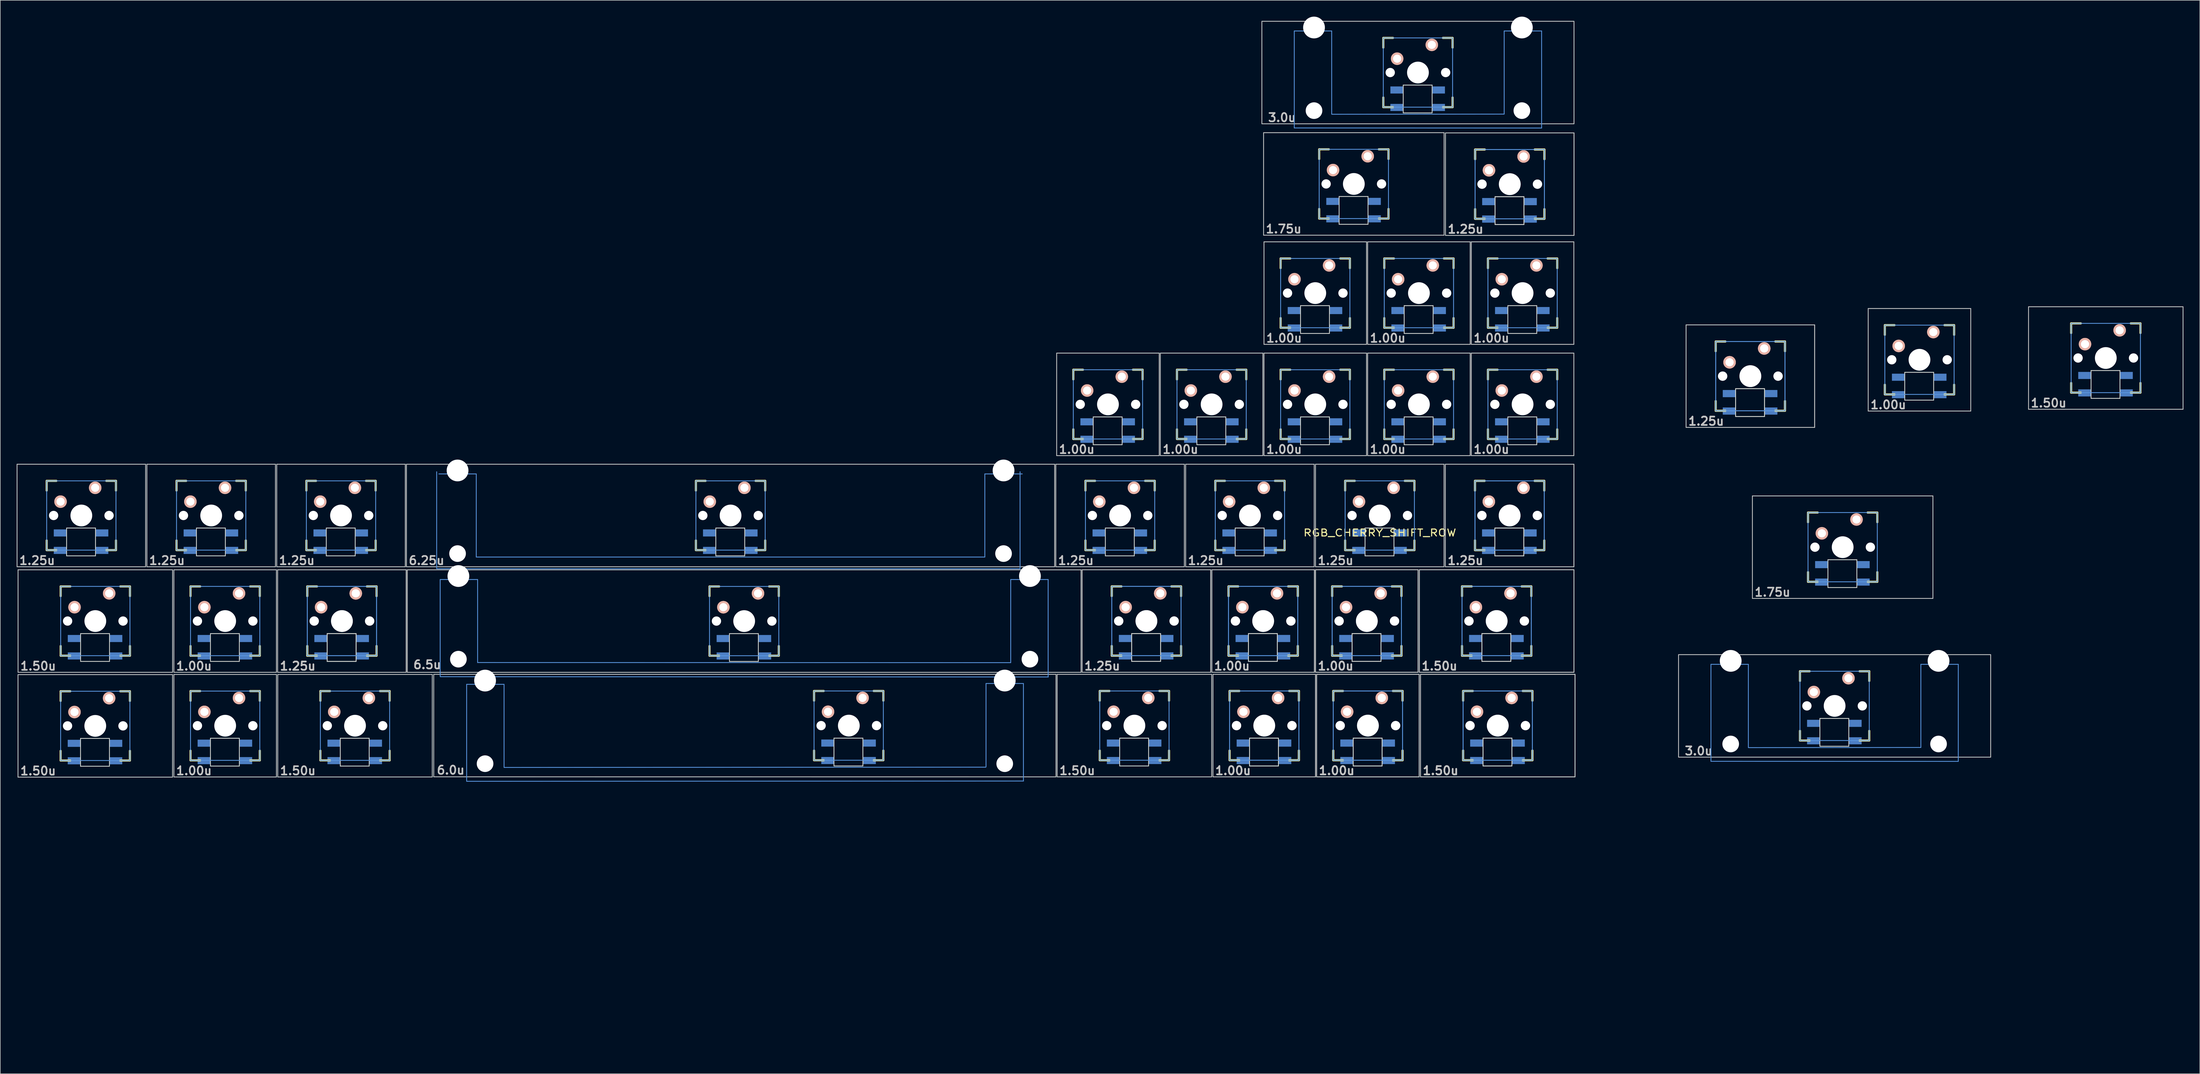
<source format=kicad_pcb>
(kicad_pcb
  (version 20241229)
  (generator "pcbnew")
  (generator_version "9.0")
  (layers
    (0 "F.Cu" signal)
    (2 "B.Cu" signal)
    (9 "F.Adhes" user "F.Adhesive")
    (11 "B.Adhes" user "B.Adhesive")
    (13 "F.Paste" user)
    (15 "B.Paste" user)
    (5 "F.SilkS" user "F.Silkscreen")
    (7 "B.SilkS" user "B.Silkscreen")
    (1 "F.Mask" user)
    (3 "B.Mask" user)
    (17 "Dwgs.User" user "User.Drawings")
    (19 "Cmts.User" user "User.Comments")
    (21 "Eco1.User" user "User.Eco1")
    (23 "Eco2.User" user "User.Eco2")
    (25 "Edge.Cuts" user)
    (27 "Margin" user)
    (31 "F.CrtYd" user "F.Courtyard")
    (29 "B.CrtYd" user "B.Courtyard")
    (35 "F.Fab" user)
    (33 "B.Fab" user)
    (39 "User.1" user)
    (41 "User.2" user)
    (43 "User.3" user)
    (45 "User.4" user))
  (footprint "RGB_CHERRY_SHIFT_ROW"
    (layer "F.Cu")
    (at 188.802 190.574)
    (property "Reference" "RGB_CHERRY_SHIFT_ROW" (at 61.055 -95.935 0) (layer "F.SilkS") (effects (font (size 1.27 1.524) (thickness 0.203))))
    (attr through_hole)
    (fp_line (start -183.295 -105.46) (end -181.517 -105.46) (stroke (width 0.381) (type solid)) (layer "F.SilkS"))
    (fp_line (start -183.295 -103.682) (end -183.295 -105.46) (stroke (width 0.381) (type solid)) (layer "F.SilkS"))
    (fp_line (start -183.295 -92.76) (end -183.295 -94.538) (stroke (width 0.381) (type solid)) (layer "F.SilkS"))
    (fp_line (start -181.517 -92.76) (end -183.295 -92.76) (stroke (width 0.381) (type solid)) (layer "F.SilkS"))
    (fp_line (start -180.74 -66.885) (end -178.962 -66.885) (stroke (width 0.381) (type solid)) (layer "F.SilkS"))
    (fp_line (start -180.74 -65.107) (end -180.74 -66.885) (stroke (width 0.381) (type solid)) (layer "F.SilkS"))
    (fp_line (start -180.74 -54.185) (end -180.74 -55.963) (stroke (width 0.381) (type solid)) (layer "F.SilkS"))
    (fp_line (start -180.73 -86.105) (end -178.952 -86.105) (stroke (width 0.381) (type solid)) (layer "F.SilkS"))
    (fp_line (start -180.73 -84.327) (end -180.73 -86.105) (stroke (width 0.381) (type solid)) (layer "F.SilkS"))
    (fp_line (start -180.73 -73.405) (end -180.73 -75.183) (stroke (width 0.381) (type solid)) (layer "F.SilkS"))
    (fp_line (start -178.962 -54.185) (end -180.74 -54.185) (stroke (width 0.381) (type solid)) (layer "F.SilkS"))
    (fp_line (start -178.952 -73.405) (end -180.73 -73.405) (stroke (width 0.381) (type solid)) (layer "F.SilkS"))
    (fp_line (start -172.373 -105.46) (end -170.595 -105.46) (stroke (width 0.381) (type solid)) (layer "F.SilkS"))
    (fp_line (start -170.595 -105.46) (end -170.595 -103.682) (stroke (width 0.381) (type solid)) (layer "F.SilkS"))
    (fp_line (start -170.595 -94.538) (end -170.595 -92.76) (stroke (width 0.381) (type solid)) (layer "F.SilkS"))
    (fp_line (start -170.595 -92.76) (end -172.373 -92.76) (stroke (width 0.381) (type solid)) (layer "F.SilkS"))
    (fp_line (start -169.818 -66.885) (end -168.04 -66.885) (stroke (width 0.381) (type solid)) (layer "F.SilkS"))
    (fp_line (start -169.808 -86.105) (end -168.03 -86.105) (stroke (width 0.381) (type solid)) (layer "F.SilkS"))
    (fp_line (start -168.04 -66.885) (end -168.04 -65.107) (stroke (width 0.381) (type solid)) (layer "F.SilkS"))
    (fp_line (start -168.04 -55.963) (end -168.04 -54.185) (stroke (width 0.381) (type solid)) (layer "F.SilkS"))
    (fp_line (start -168.04 -54.185) (end -169.818 -54.185) (stroke (width 0.381) (type solid)) (layer "F.SilkS"))
    (fp_line (start -168.03 -86.105) (end -168.03 -84.327) (stroke (width 0.381) (type solid)) (layer "F.SilkS"))
    (fp_line (start -168.03 -75.183) (end -168.03 -73.405) (stroke (width 0.381) (type solid)) (layer "F.SilkS"))
    (fp_line (start -168.03 -73.405) (end -169.808 -73.405) (stroke (width 0.381) (type solid)) (layer "F.SilkS"))
    (fp_line (start -159.495 -105.46) (end -157.717 -105.46) (stroke (width 0.381) (type solid)) (layer "F.SilkS"))
    (fp_line (start -159.495 -103.682) (end -159.495 -105.46) (stroke (width 0.381) (type solid)) (layer "F.SilkS"))
    (fp_line (start -159.495 -92.76) (end -159.495 -94.538) (stroke (width 0.381) (type solid)) (layer "F.SilkS"))
    (fp_line (start -157.717 -92.76) (end -159.495 -92.76) (stroke (width 0.381) (type solid)) (layer "F.SilkS"))
    (fp_line (start -156.93 -86.105) (end -155.152 -86.105) (stroke (width 0.381) (type solid)) (layer "F.SilkS"))
    (fp_line (start -156.93 -84.327) (end -156.93 -86.105) (stroke (width 0.381) (type solid)) (layer "F.SilkS"))
    (fp_line (start -156.93 -73.405) (end -156.93 -75.183) (stroke (width 0.381) (type solid)) (layer "F.SilkS"))
    (fp_line (start -156.93 -66.915) (end -155.152 -66.915) (stroke (width 0.381) (type solid)) (layer "F.SilkS"))
    (fp_line (start -156.93 -65.137) (end -156.93 -66.915) (stroke (width 0.381) (type solid)) (layer "F.SilkS"))
    (fp_line (start -156.93 -54.215) (end -156.93 -55.993) (stroke (width 0.381) (type solid)) (layer "F.SilkS"))
    (fp_line (start -155.152 -73.405) (end -156.93 -73.405) (stroke (width 0.381) (type solid)) (layer "F.SilkS"))
    (fp_line (start -155.152 -54.215) (end -156.93 -54.215) (stroke (width 0.381) (type solid)) (layer "F.SilkS"))
    (fp_line (start -148.573 -105.46) (end -146.795 -105.46) (stroke (width 0.381) (type solid)) (layer "F.SilkS"))
    (fp_line (start -146.795 -105.46) (end -146.795 -103.682) (stroke (width 0.381) (type solid)) (layer "F.SilkS"))
    (fp_line (start -146.795 -94.538) (end -146.795 -92.76) (stroke (width 0.381) (type solid)) (layer "F.SilkS"))
    (fp_line (start -146.795 -92.76) (end -148.573 -92.76) (stroke (width 0.381) (type solid)) (layer "F.SilkS"))
    (fp_line (start -146.008 -86.105) (end -144.23 -86.105) (stroke (width 0.381) (type solid)) (layer "F.SilkS"))
    (fp_line (start -146.008 -66.915) (end -144.23 -66.915) (stroke (width 0.381) (type solid)) (layer "F.SilkS"))
    (fp_line (start -144.23 -86.105) (end -144.23 -84.327) (stroke (width 0.381) (type solid)) (layer "F.SilkS"))
    (fp_line (start -144.23 -75.183) (end -144.23 -73.405) (stroke (width 0.381) (type solid)) (layer "F.SilkS"))
    (fp_line (start -144.23 -73.405) (end -146.008 -73.405) (stroke (width 0.381) (type solid)) (layer "F.SilkS"))
    (fp_line (start -144.23 -66.915) (end -144.23 -65.137) (stroke (width 0.381) (type solid)) (layer "F.SilkS"))
    (fp_line (start -144.23 -55.993) (end -144.23 -54.215) (stroke (width 0.381) (type solid)) (layer "F.SilkS"))
    (fp_line (start -144.23 -54.215) (end -146.008 -54.215) (stroke (width 0.381) (type solid)) (layer "F.SilkS"))
    (fp_line (start -135.695 -105.46) (end -133.917 -105.46) (stroke (width 0.381) (type solid)) (layer "F.SilkS"))
    (fp_line (start -135.695 -103.682) (end -135.695 -105.46) (stroke (width 0.381) (type solid)) (layer "F.SilkS"))
    (fp_line (start -135.695 -92.76) (end -135.695 -94.538) (stroke (width 0.381) (type solid)) (layer "F.SilkS"))
    (fp_line (start -135.53 -86.105) (end -133.752 -86.105) (stroke (width 0.381) (type solid)) (layer "F.SilkS"))
    (fp_line (start -135.53 -86.105) (end -133.752 -86.105) (stroke (width 0.381) (type solid)) (layer "F.SilkS"))
    (fp_line (start -135.53 -84.327) (end -135.53 -86.105) (stroke (width 0.381) (type solid)) (layer "F.SilkS"))
    (fp_line (start -135.53 -84.327) (end -135.53 -86.105) (stroke (width 0.381) (type solid)) (layer "F.SilkS"))
    (fp_line (start -135.53 -73.405) (end -135.53 -75.183) (stroke (width 0.381) (type solid)) (layer "F.SilkS"))
    (fp_line (start -135.53 -73.405) (end -135.53 -75.183) (stroke (width 0.381) (type solid)) (layer "F.SilkS"))
    (fp_line (start -133.917 -92.76) (end -135.695 -92.76) (stroke (width 0.381) (type solid)) (layer "F.SilkS"))
    (fp_line (start -133.752 -73.405) (end -135.53 -73.405) (stroke (width 0.381) (type solid)) (layer "F.SilkS"))
    (fp_line (start -133.752 -73.405) (end -135.53 -73.405) (stroke (width 0.381) (type solid)) (layer "F.SilkS"))
    (fp_line (start -133.13 -66.915) (end -131.352 -66.915) (stroke (width 0.381) (type solid)) (layer "F.SilkS"))
    (fp_line (start -133.13 -65.137) (end -133.13 -66.915) (stroke (width 0.381) (type solid)) (layer "F.SilkS"))
    (fp_line (start -133.13 -54.215) (end -133.13 -55.993) (stroke (width 0.381) (type solid)) (layer "F.SilkS"))
    (fp_line (start -131.352 -54.215) (end -133.13 -54.215) (stroke (width 0.381) (type solid)) (layer "F.SilkS"))
    (fp_line (start -124.773 -105.46) (end -122.995 -105.46) (stroke (width 0.381) (type solid)) (layer "F.SilkS"))
    (fp_line (start -124.608 -86.105) (end -122.83 -86.105) (stroke (width 0.381) (type solid)) (layer "F.SilkS"))
    (fp_line (start -124.608 -86.105) (end -122.83 -86.105) (stroke (width 0.381) (type solid)) (layer "F.SilkS"))
    (fp_line (start -122.995 -105.46) (end -122.995 -103.682) (stroke (width 0.381) (type solid)) (layer "F.SilkS"))
    (fp_line (start -122.995 -94.538) (end -122.995 -92.76) (stroke (width 0.381) (type solid)) (layer "F.SilkS"))
    (fp_line (start -122.995 -92.76) (end -124.773 -92.76) (stroke (width 0.381) (type solid)) (layer "F.SilkS"))
    (fp_line (start -122.83 -86.105) (end -122.83 -84.327) (stroke (width 0.381) (type solid)) (layer "F.SilkS"))
    (fp_line (start -122.83 -86.105) (end -122.83 -84.327) (stroke (width 0.381) (type solid)) (layer "F.SilkS"))
    (fp_line (start -122.83 -75.183) (end -122.83 -73.405) (stroke (width 0.381) (type solid)) (layer "F.SilkS"))
    (fp_line (start -122.83 -75.183) (end -122.83 -73.405) (stroke (width 0.381) (type solid)) (layer "F.SilkS"))
    (fp_line (start -122.83 -73.405) (end -124.608 -73.405) (stroke (width 0.381) (type solid)) (layer "F.SilkS"))
    (fp_line (start -122.83 -73.405) (end -124.608 -73.405) (stroke (width 0.381) (type solid)) (layer "F.SilkS"))
    (fp_line (start -122.208 -66.915) (end -120.43 -66.915) (stroke (width 0.381) (type solid)) (layer "F.SilkS"))
    (fp_line (start -120.43 -66.915) (end -120.43 -65.137) (stroke (width 0.381) (type solid)) (layer "F.SilkS"))
    (fp_line (start -120.43 -55.993) (end -120.43 -54.215) (stroke (width 0.381) (type solid)) (layer "F.SilkS"))
    (fp_line (start -120.43 -54.215) (end -122.208 -54.215) (stroke (width 0.381) (type solid)) (layer "F.SilkS"))
    (fp_line (start -64.295 -105.46) (end -62.517 -105.46) (stroke (width 0.381) (type solid)) (layer "F.SilkS"))
    (fp_line (start -64.295 -103.682) (end -64.295 -105.46) (stroke (width 0.381) (type solid)) (layer "F.SilkS"))
    (fp_line (start -64.295 -92.76) (end -64.295 -94.538) (stroke (width 0.381) (type solid)) (layer "F.SilkS"))
    (fp_line (start -62.517 -92.76) (end -64.295 -92.76) (stroke (width 0.381) (type solid)) (layer "F.SilkS"))
    (fp_line (start -61.8 -86.1) (end -60.022 -86.1) (stroke (width 0.381) (type solid)) (layer "F.SilkS"))
    (fp_line (start -61.8 -84.322) (end -61.8 -86.1) (stroke (width 0.381) (type solid)) (layer "F.SilkS"))
    (fp_line (start -61.8 -73.4) (end -61.8 -75.178) (stroke (width 0.381) (type solid)) (layer "F.SilkS"))
    (fp_line (start -60.022 -73.4) (end -61.8 -73.4) (stroke (width 0.381) (type solid)) (layer "F.SilkS"))
    (fp_line (start -53.373 -105.46) (end -51.595 -105.46) (stroke (width 0.381) (type solid)) (layer "F.SilkS"))
    (fp_line (start -51.595 -105.46) (end -51.595 -103.682) (stroke (width 0.381) (type solid)) (layer "F.SilkS"))
    (fp_line (start -51.595 -94.538) (end -51.595 -92.76) (stroke (width 0.381) (type solid)) (layer "F.SilkS"))
    (fp_line (start -51.595 -92.76) (end -53.373 -92.76) (stroke (width 0.381) (type solid)) (layer "F.SilkS"))
    (fp_line (start -50.878 -86.1) (end -49.1 -86.1) (stroke (width 0.381) (type solid)) (layer "F.SilkS"))
    (fp_line (start -49.1 -86.1) (end -49.1 -84.322) (stroke (width 0.381) (type solid)) (layer "F.SilkS"))
    (fp_line (start -49.1 -75.178) (end -49.1 -73.4) (stroke (width 0.381) (type solid)) (layer "F.SilkS"))
    (fp_line (start -49.1 -73.4) (end -50.878 -73.4) (stroke (width 0.381) (type solid)) (layer "F.SilkS"))
    (fp_line (start -42.64 -66.935) (end -40.862 -66.935) (stroke (width 0.381) (type solid)) (layer "F.SilkS"))
    (fp_line (start -42.64 -65.157) (end -42.64 -66.935) (stroke (width 0.381) (type solid)) (layer "F.SilkS"))
    (fp_line (start -42.64 -54.235) (end -42.64 -56.013) (stroke (width 0.381) (type solid)) (layer "F.SilkS"))
    (fp_line (start -40.862 -54.235) (end -42.64 -54.235) (stroke (width 0.381) (type solid)) (layer "F.SilkS"))
    (fp_line (start -31.718 -66.935) (end -29.94 -66.935) (stroke (width 0.381) (type solid)) (layer "F.SilkS"))
    (fp_line (start -29.94 -66.935) (end -29.94 -65.157) (stroke (width 0.381) (type solid)) (layer "F.SilkS"))
    (fp_line (start -29.94 -56.013) (end -29.94 -54.235) (stroke (width 0.381) (type solid)) (layer "F.SilkS"))
    (fp_line (start -29.94 -54.235) (end -31.718 -54.235) (stroke (width 0.381) (type solid)) (layer "F.SilkS"))
    (fp_line (start 4.88 -125.835) (end 6.658 -125.835) (stroke (width 0.381) (type solid)) (layer "F.SilkS"))
    (fp_line (start 4.88 -124.057) (end 4.88 -125.835) (stroke (width 0.381) (type solid)) (layer "F.SilkS"))
    (fp_line (start 4.88 -113.135) (end 4.88 -114.913) (stroke (width 0.381) (type solid)) (layer "F.SilkS"))
    (fp_line (start 6.658 -113.135) (end 4.88 -113.135) (stroke (width 0.381) (type solid)) (layer "F.SilkS"))
    (fp_line (start 7.105 -105.46) (end 8.883 -105.46) (stroke (width 0.381) (type solid)) (layer "F.SilkS"))
    (fp_line (start 7.105 -103.682) (end 7.105 -105.46) (stroke (width 0.381) (type solid)) (layer "F.SilkS"))
    (fp_line (start 7.105 -92.76) (end 7.105 -94.538) (stroke (width 0.381) (type solid)) (layer "F.SilkS"))
    (fp_line (start 8.883 -92.76) (end 7.105 -92.76) (stroke (width 0.381) (type solid)) (layer "F.SilkS"))
    (fp_line (start 9.73 -66.935) (end 11.508 -66.935) (stroke (width 0.381) (type solid)) (layer "F.SilkS"))
    (fp_line (start 9.73 -65.157) (end 9.73 -66.935) (stroke (width 0.381) (type solid)) (layer "F.SilkS"))
    (fp_line (start 9.73 -54.235) (end 9.73 -56.013) (stroke (width 0.381) (type solid)) (layer "F.SilkS"))
    (fp_line (start 11.508 -54.235) (end 9.73 -54.235) (stroke (width 0.381) (type solid)) (layer "F.SilkS"))
    (fp_line (start 11.93 -86.11) (end 13.708 -86.11) (stroke (width 0.381) (type solid)) (layer "F.SilkS"))
    (fp_line (start 11.93 -86.11) (end 13.708 -86.11) (stroke (width 0.381) (type solid)) (layer "F.SilkS"))
    (fp_line (start 11.93 -84.332) (end 11.93 -86.11) (stroke (width 0.381) (type solid)) (layer "F.SilkS"))
    (fp_line (start 11.93 -84.332) (end 11.93 -86.11) (stroke (width 0.381) (type solid)) (layer "F.SilkS"))
    (fp_line (start 11.93 -73.41) (end 11.93 -75.188) (stroke (width 0.381) (type solid)) (layer "F.SilkS"))
    (fp_line (start 11.93 -73.41) (end 11.93 -75.188) (stroke (width 0.381) (type solid)) (layer "F.SilkS"))
    (fp_line (start 13.708 -73.41) (end 11.93 -73.41) (stroke (width 0.381) (type solid)) (layer "F.SilkS"))
    (fp_line (start 13.708 -73.41) (end 11.93 -73.41) (stroke (width 0.381) (type solid)) (layer "F.SilkS"))
    (fp_line (start 15.802 -125.835) (end 17.58 -125.835) (stroke (width 0.381) (type solid)) (layer "F.SilkS"))
    (fp_line (start 17.58 -125.835) (end 17.58 -124.057) (stroke (width 0.381) (type solid)) (layer "F.SilkS"))
    (fp_line (start 17.58 -114.913) (end 17.58 -113.135) (stroke (width 0.381) (type solid)) (layer "F.SilkS"))
    (fp_line (start 17.58 -113.135) (end 15.802 -113.135) (stroke (width 0.381) (type solid)) (layer "F.SilkS"))
    (fp_line (start 18.027 -105.46) (end 19.805 -105.46) (stroke (width 0.381) (type solid)) (layer "F.SilkS"))
    (fp_line (start 19.805 -105.46) (end 19.805 -103.682) (stroke (width 0.381) (type solid)) (layer "F.SilkS"))
    (fp_line (start 19.805 -94.538) (end 19.805 -92.76) (stroke (width 0.381) (type solid)) (layer "F.SilkS"))
    (fp_line (start 19.805 -92.76) (end 18.027 -92.76) (stroke (width 0.381) (type solid)) (layer "F.SilkS"))
    (fp_line (start 20.652 -66.935) (end 22.43 -66.935) (stroke (width 0.381) (type solid)) (layer "F.SilkS"))
    (fp_line (start 22.43 -66.935) (end 22.43 -65.157) (stroke (width 0.381) (type solid)) (layer "F.SilkS"))
    (fp_line (start 22.43 -56.013) (end 22.43 -54.235) (stroke (width 0.381) (type solid)) (layer "F.SilkS"))
    (fp_line (start 22.43 -54.235) (end 20.652 -54.235) (stroke (width 0.381) (type solid)) (layer "F.SilkS"))
    (fp_line (start 22.852 -86.11) (end 24.63 -86.11) (stroke (width 0.381) (type solid)) (layer "F.SilkS"))
    (fp_line (start 22.852 -86.11) (end 24.63 -86.11) (stroke (width 0.381) (type solid)) (layer "F.SilkS"))
    (fp_line (start 23.88 -125.835) (end 25.658 -125.835) (stroke (width 0.381) (type solid)) (layer "F.SilkS"))
    (fp_line (start 23.88 -124.057) (end 23.88 -125.835) (stroke (width 0.381) (type solid)) (layer "F.SilkS"))
    (fp_line (start 23.88 -113.135) (end 23.88 -114.913) (stroke (width 0.381) (type solid)) (layer "F.SilkS"))
    (fp_line (start 24.63 -86.11) (end 24.63 -84.332) (stroke (width 0.381) (type solid)) (layer "F.SilkS"))
    (fp_line (start 24.63 -86.11) (end 24.63 -84.332) (stroke (width 0.381) (type solid)) (layer "F.SilkS"))
    (fp_line (start 24.63 -75.188) (end 24.63 -73.41) (stroke (width 0.381) (type solid)) (layer "F.SilkS"))
    (fp_line (start 24.63 -75.188) (end 24.63 -73.41) (stroke (width 0.381) (type solid)) (layer "F.SilkS"))
    (fp_line (start 24.63 -73.41) (end 22.852 -73.41) (stroke (width 0.381) (type solid)) (layer "F.SilkS"))
    (fp_line (start 24.63 -73.41) (end 22.852 -73.41) (stroke (width 0.381) (type solid)) (layer "F.SilkS"))
    (fp_line (start 25.658 -113.135) (end 23.88 -113.135) (stroke (width 0.381) (type solid)) (layer "F.SilkS"))
    (fp_line (start 30.905 -105.46) (end 32.683 -105.46) (stroke (width 0.381) (type solid)) (layer "F.SilkS"))
    (fp_line (start 30.905 -103.682) (end 30.905 -105.46) (stroke (width 0.381) (type solid)) (layer "F.SilkS"))
    (fp_line (start 30.905 -92.76) (end 30.905 -94.538) (stroke (width 0.381) (type solid)) (layer "F.SilkS"))
    (fp_line (start 32.683 -92.76) (end 30.905 -92.76) (stroke (width 0.381) (type solid)) (layer "F.SilkS"))
    (fp_line (start 33.33 -86.11) (end 35.108 -86.11) (stroke (width 0.381) (type solid)) (layer "F.SilkS"))
    (fp_line (start 33.33 -86.11) (end 35.108 -86.11) (stroke (width 0.381) (type solid)) (layer "F.SilkS"))
    (fp_line (start 33.33 -84.332) (end 33.33 -86.11) (stroke (width 0.381) (type solid)) (layer "F.SilkS"))
    (fp_line (start 33.33 -84.332) (end 33.33 -86.11) (stroke (width 0.381) (type solid)) (layer "F.SilkS"))
    (fp_line (start 33.33 -73.41) (end 33.33 -75.188) (stroke (width 0.381) (type solid)) (layer "F.SilkS"))
    (fp_line (start 33.33 -73.41) (end 33.33 -75.188) (stroke (width 0.381) (type solid)) (layer "F.SilkS"))
    (fp_line (start 33.53 -66.935) (end 35.308 -66.935) (stroke (width 0.381) (type solid)) (layer "F.SilkS"))
    (fp_line (start 33.53 -66.935) (end 35.308 -66.935) (stroke (width 0.381) (type solid)) (layer "F.SilkS"))
    (fp_line (start 33.53 -65.157) (end 33.53 -66.935) (stroke (width 0.381) (type solid)) (layer "F.SilkS"))
    (fp_line (start 33.53 -65.157) (end 33.53 -66.935) (stroke (width 0.381) (type solid)) (layer "F.SilkS"))
    (fp_line (start 33.53 -54.235) (end 33.53 -56.013) (stroke (width 0.381) (type solid)) (layer "F.SilkS"))
    (fp_line (start 33.53 -54.235) (end 33.53 -56.013) (stroke (width 0.381) (type solid)) (layer "F.SilkS"))
    (fp_line (start 34.802 -125.835) (end 36.58 -125.835) (stroke (width 0.381) (type solid)) (layer "F.SilkS"))
    (fp_line (start 35.108 -73.41) (end 33.33 -73.41) (stroke (width 0.381) (type solid)) (layer "F.SilkS"))
    (fp_line (start 35.108 -73.41) (end 33.33 -73.41) (stroke (width 0.381) (type solid)) (layer "F.SilkS"))
    (fp_line (start 35.308 -54.235) (end 33.53 -54.235) (stroke (width 0.381) (type solid)) (layer "F.SilkS"))
    (fp_line (start 35.308 -54.235) (end 33.53 -54.235) (stroke (width 0.381) (type solid)) (layer "F.SilkS"))
    (fp_line (start 36.58 -125.835) (end 36.58 -124.057) (stroke (width 0.381) (type solid)) (layer "F.SilkS"))
    (fp_line (start 36.58 -114.913) (end 36.58 -113.135) (stroke (width 0.381) (type solid)) (layer "F.SilkS"))
    (fp_line (start 36.58 -113.135) (end 34.802 -113.135) (stroke (width 0.381) (type solid)) (layer "F.SilkS"))
    (fp_line (start 41.827 -105.46) (end 43.605 -105.46) (stroke (width 0.381) (type solid)) (layer "F.SilkS"))
    (fp_line (start 42.88 -146.235) (end 44.658 -146.235) (stroke (width 0.381) (type solid)) (layer "F.SilkS"))
    (fp_line (start 42.88 -144.457) (end 42.88 -146.235) (stroke (width 0.381) (type solid)) (layer "F.SilkS"))
    (fp_line (start 42.88 -133.535) (end 42.88 -135.313) (stroke (width 0.381) (type solid)) (layer "F.SilkS"))
    (fp_line (start 42.88 -125.835) (end 44.658 -125.835) (stroke (width 0.381) (type solid)) (layer "F.SilkS"))
    (fp_line (start 42.88 -124.057) (end 42.88 -125.835) (stroke (width 0.381) (type solid)) (layer "F.SilkS"))
    (fp_line (start 42.88 -113.135) (end 42.88 -114.913) (stroke (width 0.381) (type solid)) (layer "F.SilkS"))
    (fp_line (start 43.605 -105.46) (end 43.605 -103.682) (stroke (width 0.381) (type solid)) (layer "F.SilkS"))
    (fp_line (start 43.605 -94.538) (end 43.605 -92.76) (stroke (width 0.381) (type solid)) (layer "F.SilkS"))
    (fp_line (start 43.605 -92.76) (end 41.827 -92.76) (stroke (width 0.381) (type solid)) (layer "F.SilkS"))
    (fp_line (start 44.252 -86.11) (end 46.03 -86.11) (stroke (width 0.381) (type solid)) (layer "F.SilkS"))
    (fp_line (start 44.252 -86.11) (end 46.03 -86.11) (stroke (width 0.381) (type solid)) (layer "F.SilkS"))
    (fp_line (start 44.452 -66.935) (end 46.23 -66.935) (stroke (width 0.381) (type solid)) (layer "F.SilkS"))
    (fp_line (start 44.452 -66.935) (end 46.23 -66.935) (stroke (width 0.381) (type solid)) (layer "F.SilkS"))
    (fp_line (start 44.658 -133.535) (end 42.88 -133.535) (stroke (width 0.381) (type solid)) (layer "F.SilkS"))
    (fp_line (start 44.658 -113.135) (end 42.88 -113.135) (stroke (width 0.381) (type solid)) (layer "F.SilkS"))
    (fp_line (start 46.03 -86.11) (end 46.03 -84.332) (stroke (width 0.381) (type solid)) (layer "F.SilkS"))
    (fp_line (start 46.03 -86.11) (end 46.03 -84.332) (stroke (width 0.381) (type solid)) (layer "F.SilkS"))
    (fp_line (start 46.03 -75.188) (end 46.03 -73.41) (stroke (width 0.381) (type solid)) (layer "F.SilkS"))
    (fp_line (start 46.03 -75.188) (end 46.03 -73.41) (stroke (width 0.381) (type solid)) (layer "F.SilkS"))
    (fp_line (start 46.03 -73.41) (end 44.252 -73.41) (stroke (width 0.381) (type solid)) (layer "F.SilkS"))
    (fp_line (start 46.03 -73.41) (end 44.252 -73.41) (stroke (width 0.381) (type solid)) (layer "F.SilkS"))
    (fp_line (start 46.23 -66.935) (end 46.23 -65.157) (stroke (width 0.381) (type solid)) (layer "F.SilkS"))
    (fp_line (start 46.23 -66.935) (end 46.23 -65.157) (stroke (width 0.381) (type solid)) (layer "F.SilkS"))
    (fp_line (start 46.23 -56.013) (end 46.23 -54.235) (stroke (width 0.381) (type solid)) (layer "F.SilkS"))
    (fp_line (start 46.23 -56.013) (end 46.23 -54.235) (stroke (width 0.381) (type solid)) (layer "F.SilkS"))
    (fp_line (start 46.23 -54.235) (end 44.452 -54.235) (stroke (width 0.381) (type solid)) (layer "F.SilkS"))
    (fp_line (start 46.23 -54.235) (end 44.452 -54.235) (stroke (width 0.381) (type solid)) (layer "F.SilkS"))
    (fp_line (start 49.95 -166.25) (end 51.728 -166.25) (stroke (width 0.381) (type solid)) (layer "F.SilkS"))
    (fp_line (start 49.95 -164.472) (end 49.95 -166.25) (stroke (width 0.381) (type solid)) (layer "F.SilkS"))
    (fp_line (start 49.95 -153.55) (end 49.95 -155.328) (stroke (width 0.381) (type solid)) (layer "F.SilkS"))
    (fp_line (start 51.728 -153.55) (end 49.95 -153.55) (stroke (width 0.381) (type solid)) (layer "F.SilkS"))
    (fp_line (start 52.33 -86.11) (end 54.108 -86.11) (stroke (width 0.381) (type solid)) (layer "F.SilkS"))
    (fp_line (start 52.33 -86.11) (end 54.108 -86.11) (stroke (width 0.381) (type solid)) (layer "F.SilkS"))
    (fp_line (start 52.33 -84.332) (end 52.33 -86.11) (stroke (width 0.381) (type solid)) (layer "F.SilkS"))
    (fp_line (start 52.33 -84.332) (end 52.33 -86.11) (stroke (width 0.381) (type solid)) (layer "F.SilkS"))
    (fp_line (start 52.33 -73.41) (end 52.33 -75.188) (stroke (width 0.381) (type solid)) (layer "F.SilkS"))
    (fp_line (start 52.33 -73.41) (end 52.33 -75.188) (stroke (width 0.381) (type solid)) (layer "F.SilkS"))
    (fp_line (start 52.53 -66.935) (end 54.308 -66.935) (stroke (width 0.381) (type solid)) (layer "F.SilkS"))
    (fp_line (start 52.53 -66.935) (end 54.308 -66.935) (stroke (width 0.381) (type solid)) (layer "F.SilkS"))
    (fp_line (start 52.53 -65.157) (end 52.53 -66.935) (stroke (width 0.381) (type solid)) (layer "F.SilkS"))
    (fp_line (start 52.53 -65.157) (end 52.53 -66.935) (stroke (width 0.381) (type solid)) (layer "F.SilkS"))
    (fp_line (start 52.53 -54.235) (end 52.53 -56.013) (stroke (width 0.381) (type solid)) (layer "F.SilkS"))
    (fp_line (start 52.53 -54.235) (end 52.53 -56.013) (stroke (width 0.381) (type solid)) (layer "F.SilkS"))
    (fp_line (start 53.802 -146.235) (end 55.58 -146.235) (stroke (width 0.381) (type solid)) (layer "F.SilkS"))
    (fp_line (start 53.802 -125.835) (end 55.58 -125.835) (stroke (width 0.381) (type solid)) (layer "F.SilkS"))
    (fp_line (start 54.108 -73.41) (end 52.33 -73.41) (stroke (width 0.381) (type solid)) (layer "F.SilkS"))
    (fp_line (start 54.108 -73.41) (end 52.33 -73.41) (stroke (width 0.381) (type solid)) (layer "F.SilkS"))
    (fp_line (start 54.308 -54.235) (end 52.53 -54.235) (stroke (width 0.381) (type solid)) (layer "F.SilkS"))
    (fp_line (start 54.308 -54.235) (end 52.53 -54.235) (stroke (width 0.381) (type solid)) (layer "F.SilkS"))
    (fp_line (start 54.705 -105.46) (end 56.483 -105.46) (stroke (width 0.381) (type solid)) (layer "F.SilkS"))
    (fp_line (start 54.705 -103.682) (end 54.705 -105.46) (stroke (width 0.381) (type solid)) (layer "F.SilkS"))
    (fp_line (start 54.705 -92.76) (end 54.705 -94.538) (stroke (width 0.381) (type solid)) (layer "F.SilkS"))
    (fp_line (start 55.58 -146.235) (end 55.58 -144.457) (stroke (width 0.381) (type solid)) (layer "F.SilkS"))
    (fp_line (start 55.58 -135.313) (end 55.58 -133.535) (stroke (width 0.381) (type solid)) (layer "F.SilkS"))
    (fp_line (start 55.58 -133.535) (end 53.802 -133.535) (stroke (width 0.381) (type solid)) (layer "F.SilkS"))
    (fp_line (start 55.58 -125.835) (end 55.58 -124.057) (stroke (width 0.381) (type solid)) (layer "F.SilkS"))
    (fp_line (start 55.58 -114.913) (end 55.58 -113.135) (stroke (width 0.381) (type solid)) (layer "F.SilkS"))
    (fp_line (start 55.58 -113.135) (end 53.802 -113.135) (stroke (width 0.381) (type solid)) (layer "F.SilkS"))
    (fp_line (start 56.483 -92.76) (end 54.705 -92.76) (stroke (width 0.381) (type solid)) (layer "F.SilkS"))
    (fp_line (start 60.872 -166.25) (end 62.65 -166.25) (stroke (width 0.381) (type solid)) (layer "F.SilkS"))
    (fp_line (start 61.7 -186.675) (end 63.478 -186.675) (stroke (width 0.381) (type solid)) (layer "F.SilkS"))
    (fp_line (start 61.7 -184.897) (end 61.7 -186.675) (stroke (width 0.381) (type solid)) (layer "F.SilkS"))
    (fp_line (start 61.7 -173.975) (end 61.7 -175.753) (stroke (width 0.381) (type solid)) (layer "F.SilkS"))
    (fp_line (start 61.88 -146.235) (end 63.658 -146.235) (stroke (width 0.381) (type solid)) (layer "F.SilkS"))
    (fp_line (start 61.88 -144.457) (end 61.88 -146.235) (stroke (width 0.381) (type solid)) (layer "F.SilkS"))
    (fp_line (start 61.88 -133.535) (end 61.88 -135.313) (stroke (width 0.381) (type solid)) (layer "F.SilkS"))
    (fp_line (start 61.88 -125.835) (end 63.658 -125.835) (stroke (width 0.381) (type solid)) (layer "F.SilkS"))
    (fp_line (start 61.88 -124.057) (end 61.88 -125.835) (stroke (width 0.381) (type solid)) (layer "F.SilkS"))
    (fp_line (start 61.88 -113.135) (end 61.88 -114.913) (stroke (width 0.381) (type solid)) (layer "F.SilkS"))
    (fp_line (start 62.65 -166.25) (end 62.65 -164.472) (stroke (width 0.381) (type solid)) (layer "F.SilkS"))
    (fp_line (start 62.65 -155.328) (end 62.65 -153.55) (stroke (width 0.381) (type solid)) (layer "F.SilkS"))
    (fp_line (start 62.65 -153.55) (end 60.872 -153.55) (stroke (width 0.381) (type solid)) (layer "F.SilkS"))
    (fp_line (start 63.252 -86.11) (end 65.03 -86.11) (stroke (width 0.381) (type solid)) (layer "F.SilkS"))
    (fp_line (start 63.252 -86.11) (end 65.03 -86.11) (stroke (width 0.381) (type solid)) (layer "F.SilkS"))
    (fp_line (start 63.452 -66.935) (end 65.23 -66.935) (stroke (width 0.381) (type solid)) (layer "F.SilkS"))
    (fp_line (start 63.452 -66.935) (end 65.23 -66.935) (stroke (width 0.381) (type solid)) (layer "F.SilkS"))
    (fp_line (start 63.478 -173.975) (end 61.7 -173.975) (stroke (width 0.381) (type solid)) (layer "F.SilkS"))
    (fp_line (start 63.658 -133.535) (end 61.88 -133.535) (stroke (width 0.381) (type solid)) (layer "F.SilkS"))
    (fp_line (start 63.658 -113.135) (end 61.88 -113.135) (stroke (width 0.381) (type solid)) (layer "F.SilkS"))
    (fp_line (start 65.03 -86.11) (end 65.03 -84.332) (stroke (width 0.381) (type solid)) (layer "F.SilkS"))
    (fp_line (start 65.03 -86.11) (end 65.03 -84.332) (stroke (width 0.381) (type solid)) (layer "F.SilkS"))
    (fp_line (start 65.03 -75.188) (end 65.03 -73.41) (stroke (width 0.381) (type solid)) (layer "F.SilkS"))
    (fp_line (start 65.03 -75.188) (end 65.03 -73.41) (stroke (width 0.381) (type solid)) (layer "F.SilkS"))
    (fp_line (start 65.03 -73.41) (end 63.252 -73.41) (stroke (width 0.381) (type solid)) (layer "F.SilkS"))
    (fp_line (start 65.03 -73.41) (end 63.252 -73.41) (stroke (width 0.381) (type solid)) (layer "F.SilkS"))
    (fp_line (start 65.23 -66.935) (end 65.23 -65.157) (stroke (width 0.381) (type solid)) (layer "F.SilkS"))
    (fp_line (start 65.23 -66.935) (end 65.23 -65.157) (stroke (width 0.381) (type solid)) (layer "F.SilkS"))
    (fp_line (start 65.23 -56.013) (end 65.23 -54.235) (stroke (width 0.381) (type solid)) (layer "F.SilkS"))
    (fp_line (start 65.23 -56.013) (end 65.23 -54.235) (stroke (width 0.381) (type solid)) (layer "F.SilkS"))
    (fp_line (start 65.23 -54.235) (end 63.452 -54.235) (stroke (width 0.381) (type solid)) (layer "F.SilkS"))
    (fp_line (start 65.23 -54.235) (end 63.452 -54.235) (stroke (width 0.381) (type solid)) (layer "F.SilkS"))
    (fp_line (start 65.627 -105.46) (end 67.405 -105.46) (stroke (width 0.381) (type solid)) (layer "F.SilkS"))
    (fp_line (start 67.405 -105.46) (end 67.405 -103.682) (stroke (width 0.381) (type solid)) (layer "F.SilkS"))
    (fp_line (start 67.405 -94.538) (end 67.405 -92.76) (stroke (width 0.381) (type solid)) (layer "F.SilkS"))
    (fp_line (start 67.405 -92.76) (end 65.627 -92.76) (stroke (width 0.381) (type solid)) (layer "F.SilkS"))
    (fp_line (start 72.622 -186.675) (end 74.4 -186.675) (stroke (width 0.381) (type solid)) (layer "F.SilkS"))
    (fp_line (start 72.802 -146.235) (end 74.58 -146.235) (stroke (width 0.381) (type solid)) (layer "F.SilkS"))
    (fp_line (start 72.802 -125.835) (end 74.58 -125.835) (stroke (width 0.381) (type solid)) (layer "F.SilkS"))
    (fp_line (start 74.4 -186.675) (end 74.4 -184.897) (stroke (width 0.381) (type solid)) (layer "F.SilkS"))
    (fp_line (start 74.4 -175.753) (end 74.4 -173.975) (stroke (width 0.381) (type solid)) (layer "F.SilkS"))
    (fp_line (start 74.4 -173.975) (end 72.622 -173.975) (stroke (width 0.381) (type solid)) (layer "F.SilkS"))
    (fp_line (start 74.58 -146.235) (end 74.58 -144.457) (stroke (width 0.381) (type solid)) (layer "F.SilkS"))
    (fp_line (start 74.58 -135.313) (end 74.58 -133.535) (stroke (width 0.381) (type solid)) (layer "F.SilkS"))
    (fp_line (start 74.58 -133.535) (end 72.802 -133.535) (stroke (width 0.381) (type solid)) (layer "F.SilkS"))
    (fp_line (start 74.58 -125.835) (end 74.58 -124.057) (stroke (width 0.381) (type solid)) (layer "F.SilkS"))
    (fp_line (start 74.58 -114.913) (end 74.58 -113.135) (stroke (width 0.381) (type solid)) (layer "F.SilkS"))
    (fp_line (start 74.58 -113.135) (end 72.802 -113.135) (stroke (width 0.381) (type solid)) (layer "F.SilkS"))
    (fp_line (start 76.13 -86.11) (end 77.908 -86.11) (stroke (width 0.381) (type solid)) (layer "F.SilkS"))
    (fp_line (start 76.13 -86.11) (end 77.908 -86.11) (stroke (width 0.381) (type solid)) (layer "F.SilkS"))
    (fp_line (start 76.13 -84.332) (end 76.13 -86.11) (stroke (width 0.381) (type solid)) (layer "F.SilkS"))
    (fp_line (start 76.13 -84.332) (end 76.13 -86.11) (stroke (width 0.381) (type solid)) (layer "F.SilkS"))
    (fp_line (start 76.13 -73.41) (end 76.13 -75.188) (stroke (width 0.381) (type solid)) (layer "F.SilkS"))
    (fp_line (start 76.13 -73.41) (end 76.13 -75.188) (stroke (width 0.381) (type solid)) (layer "F.SilkS"))
    (fp_line (start 76.33 -66.935) (end 78.108 -66.935) (stroke (width 0.381) (type solid)) (layer "F.SilkS"))
    (fp_line (start 76.33 -66.935) (end 78.108 -66.935) (stroke (width 0.381) (type solid)) (layer "F.SilkS"))
    (fp_line (start 76.33 -65.157) (end 76.33 -66.935) (stroke (width 0.381) (type solid)) (layer "F.SilkS"))
    (fp_line (start 76.33 -65.157) (end 76.33 -66.935) (stroke (width 0.381) (type solid)) (layer "F.SilkS"))
    (fp_line (start 76.33 -54.235) (end 76.33 -56.013) (stroke (width 0.381) (type solid)) (layer "F.SilkS"))
    (fp_line (start 76.33 -54.235) (end 76.33 -56.013) (stroke (width 0.381) (type solid)) (layer "F.SilkS"))
    (fp_line (start 77.908 -73.41) (end 76.13 -73.41) (stroke (width 0.381) (type solid)) (layer "F.SilkS"))
    (fp_line (start 77.908 -73.41) (end 76.13 -73.41) (stroke (width 0.381) (type solid)) (layer "F.SilkS"))
    (fp_line (start 78.108 -54.235) (end 76.33 -54.235) (stroke (width 0.381) (type solid)) (layer "F.SilkS"))
    (fp_line (start 78.108 -54.235) (end 76.33 -54.235) (stroke (width 0.381) (type solid)) (layer "F.SilkS"))
    (fp_line (start 78.505 -105.46) (end 80.283 -105.46) (stroke (width 0.381) (type solid)) (layer "F.SilkS"))
    (fp_line (start 78.505 -105.46) (end 80.283 -105.46) (stroke (width 0.381) (type solid)) (layer "F.SilkS"))
    (fp_line (start 78.505 -103.682) (end 78.505 -105.46) (stroke (width 0.381) (type solid)) (layer "F.SilkS"))
    (fp_line (start 78.505 -103.682) (end 78.505 -105.46) (stroke (width 0.381) (type solid)) (layer "F.SilkS"))
    (fp_line (start 78.505 -92.76) (end 78.505 -94.538) (stroke (width 0.381) (type solid)) (layer "F.SilkS"))
    (fp_line (start 78.505 -92.76) (end 78.505 -94.538) (stroke (width 0.381) (type solid)) (layer "F.SilkS"))
    (fp_line (start 78.53 -166.21) (end 80.308 -166.21) (stroke (width 0.381) (type solid)) (layer "F.SilkS"))
    (fp_line (start 78.53 -166.21) (end 80.308 -166.21) (stroke (width 0.381) (type solid)) (layer "F.SilkS"))
    (fp_line (start 78.53 -164.432) (end 78.53 -166.21) (stroke (width 0.381) (type solid)) (layer "F.SilkS"))
    (fp_line (start 78.53 -164.432) (end 78.53 -166.21) (stroke (width 0.381) (type solid)) (layer "F.SilkS"))
    (fp_line (start 78.53 -153.51) (end 78.53 -155.288) (stroke (width 0.381) (type solid)) (layer "F.SilkS"))
    (fp_line (start 78.53 -153.51) (end 78.53 -155.288) (stroke (width 0.381) (type solid)) (layer "F.SilkS"))
    (fp_line (start 80.283 -92.76) (end 78.505 -92.76) (stroke (width 0.381) (type solid)) (layer "F.SilkS"))
    (fp_line (start 80.283 -92.76) (end 78.505 -92.76) (stroke (width 0.381) (type solid)) (layer "F.SilkS"))
    (fp_line (start 80.308 -153.51) (end 78.53 -153.51) (stroke (width 0.381) (type solid)) (layer "F.SilkS"))
    (fp_line (start 80.308 -153.51) (end 78.53 -153.51) (stroke (width 0.381) (type solid)) (layer "F.SilkS"))
    (fp_line (start 80.88 -146.235) (end 82.658 -146.235) (stroke (width 0.381) (type solid)) (layer "F.SilkS"))
    (fp_line (start 80.88 -144.457) (end 80.88 -146.235) (stroke (width 0.381) (type solid)) (layer "F.SilkS"))
    (fp_line (start 80.88 -133.535) (end 80.88 -135.313) (stroke (width 0.381) (type solid)) (layer "F.SilkS"))
    (fp_line (start 80.88 -125.835) (end 82.658 -125.835) (stroke (width 0.381) (type solid)) (layer "F.SilkS"))
    (fp_line (start 80.88 -124.057) (end 80.88 -125.835) (stroke (width 0.381) (type solid)) (layer "F.SilkS"))
    (fp_line (start 80.88 -113.135) (end 80.88 -114.913) (stroke (width 0.381) (type solid)) (layer "F.SilkS"))
    (fp_line (start 82.658 -133.535) (end 80.88 -133.535) (stroke (width 0.381) (type solid)) (layer "F.SilkS"))
    (fp_line (start 82.658 -113.135) (end 80.88 -113.135) (stroke (width 0.381) (type solid)) (layer "F.SilkS"))
    (fp_line (start 87.052 -86.11) (end 88.83 -86.11) (stroke (width 0.381) (type solid)) (layer "F.SilkS"))
    (fp_line (start 87.052 -86.11) (end 88.83 -86.11) (stroke (width 0.381) (type solid)) (layer "F.SilkS"))
    (fp_line (start 87.252 -66.935) (end 89.03 -66.935) (stroke (width 0.381) (type solid)) (layer "F.SilkS"))
    (fp_line (start 87.252 -66.935) (end 89.03 -66.935) (stroke (width 0.381) (type solid)) (layer "F.SilkS"))
    (fp_line (start 88.83 -86.11) (end 88.83 -84.332) (stroke (width 0.381) (type solid)) (layer "F.SilkS"))
    (fp_line (start 88.83 -86.11) (end 88.83 -84.332) (stroke (width 0.381) (type solid)) (layer "F.SilkS"))
    (fp_line (start 88.83 -75.188) (end 88.83 -73.41) (stroke (width 0.381) (type solid)) (layer "F.SilkS"))
    (fp_line (start 88.83 -75.188) (end 88.83 -73.41) (stroke (width 0.381) (type solid)) (layer "F.SilkS"))
    (fp_line (start 88.83 -73.41) (end 87.052 -73.41) (stroke (width 0.381) (type solid)) (layer "F.SilkS"))
    (fp_line (start 88.83 -73.41) (end 87.052 -73.41) (stroke (width 0.381) (type solid)) (layer "F.SilkS"))
    (fp_line (start 89.03 -66.935) (end 89.03 -65.157) (stroke (width 0.381) (type solid)) (layer "F.SilkS"))
    (fp_line (start 89.03 -66.935) (end 89.03 -65.157) (stroke (width 0.381) (type solid)) (layer "F.SilkS"))
    (fp_line (start 89.03 -56.013) (end 89.03 -54.235) (stroke (width 0.381) (type solid)) (layer "F.SilkS"))
    (fp_line (start 89.03 -56.013) (end 89.03 -54.235) (stroke (width 0.381) (type solid)) (layer "F.SilkS"))
    (fp_line (start 89.03 -54.235) (end 87.252 -54.235) (stroke (width 0.381) (type solid)) (layer "F.SilkS"))
    (fp_line (start 89.03 -54.235) (end 87.252 -54.235) (stroke (width 0.381) (type solid)) (layer "F.SilkS"))
    (fp_line (start 89.427 -105.46) (end 91.205 -105.46) (stroke (width 0.381) (type solid)) (layer "F.SilkS"))
    (fp_line (start 89.427 -105.46) (end 91.205 -105.46) (stroke (width 0.381) (type solid)) (layer "F.SilkS"))
    (fp_line (start 89.452 -166.21) (end 91.23 -166.21) (stroke (width 0.381) (type solid)) (layer "F.SilkS"))
    (fp_line (start 89.452 -166.21) (end 91.23 -166.21) (stroke (width 0.381) (type solid)) (layer "F.SilkS"))
    (fp_line (start 91.205 -105.46) (end 91.205 -103.682) (stroke (width 0.381) (type solid)) (layer "F.SilkS"))
    (fp_line (start 91.205 -105.46) (end 91.205 -103.682) (stroke (width 0.381) (type solid)) (layer "F.SilkS"))
    (fp_line (start 91.205 -94.538) (end 91.205 -92.76) (stroke (width 0.381) (type solid)) (layer "F.SilkS"))
    (fp_line (start 91.205 -94.538) (end 91.205 -92.76) (stroke (width 0.381) (type solid)) (layer "F.SilkS"))
    (fp_line (start 91.205 -92.76) (end 89.427 -92.76) (stroke (width 0.381) (type solid)) (layer "F.SilkS"))
    (fp_line (start 91.205 -92.76) (end 89.427 -92.76) (stroke (width 0.381) (type solid)) (layer "F.SilkS"))
    (fp_line (start 91.23 -166.21) (end 91.23 -164.432) (stroke (width 0.381) (type solid)) (layer "F.SilkS"))
    (fp_line (start 91.23 -166.21) (end 91.23 -164.432) (stroke (width 0.381) (type solid)) (layer "F.SilkS"))
    (fp_line (start 91.23 -155.288) (end 91.23 -153.51) (stroke (width 0.381) (type solid)) (layer "F.SilkS"))
    (fp_line (start 91.23 -155.288) (end 91.23 -153.51) (stroke (width 0.381) (type solid)) (layer "F.SilkS"))
    (fp_line (start 91.23 -153.51) (end 89.452 -153.51) (stroke (width 0.381) (type solid)) (layer "F.SilkS"))
    (fp_line (start 91.23 -153.51) (end 89.452 -153.51) (stroke (width 0.381) (type solid)) (layer "F.SilkS"))
    (fp_line (start 91.802 -146.235) (end 93.58 -146.235) (stroke (width 0.381) (type solid)) (layer "F.SilkS"))
    (fp_line (start 91.802 -125.835) (end 93.58 -125.835) (stroke (width 0.381) (type solid)) (layer "F.SilkS"))
    (fp_line (start 93.58 -146.235) (end 93.58 -144.457) (stroke (width 0.381) (type solid)) (layer "F.SilkS"))
    (fp_line (start 93.58 -135.313) (end 93.58 -133.535) (stroke (width 0.381) (type solid)) (layer "F.SilkS"))
    (fp_line (start 93.58 -133.535) (end 91.802 -133.535) (stroke (width 0.381) (type solid)) (layer "F.SilkS"))
    (fp_line (start 93.58 -125.835) (end 93.58 -124.057) (stroke (width 0.381) (type solid)) (layer "F.SilkS"))
    (fp_line (start 93.58 -114.913) (end 93.58 -113.135) (stroke (width 0.381) (type solid)) (layer "F.SilkS"))
    (fp_line (start 93.58 -113.135) (end 91.802 -113.135) (stroke (width 0.381) (type solid)) (layer "F.SilkS"))
    (fp_line (start 122.63 -131.01) (end 124.408 -131.01) (stroke (width 0.381) (type solid)) (layer "F.SilkS"))
    (fp_line (start 122.63 -131.01) (end 124.408 -131.01) (stroke (width 0.381) (type solid)) (layer "F.SilkS"))
    (fp_line (start 122.63 -129.232) (end 122.63 -131.01) (stroke (width 0.381) (type solid)) (layer "F.SilkS"))
    (fp_line (start 122.63 -129.232) (end 122.63 -131.01) (stroke (width 0.381) (type solid)) (layer "F.SilkS"))
    (fp_line (start 122.63 -118.31) (end 122.63 -120.088) (stroke (width 0.381) (type solid)) (layer "F.SilkS"))
    (fp_line (start 122.63 -118.31) (end 122.63 -120.088) (stroke (width 0.381) (type solid)) (layer "F.SilkS"))
    (fp_line (start 124.408 -118.31) (end 122.63 -118.31) (stroke (width 0.381) (type solid)) (layer "F.SilkS"))
    (fp_line (start 124.408 -118.31) (end 122.63 -118.31) (stroke (width 0.381) (type solid)) (layer "F.SilkS"))
    (fp_line (start 133.552 -131.01) (end 135.33 -131.01) (stroke (width 0.381) (type solid)) (layer "F.SilkS"))
    (fp_line (start 133.552 -131.01) (end 135.33 -131.01) (stroke (width 0.381) (type solid)) (layer "F.SilkS"))
    (fp_line (start 135.33 -131.01) (end 135.33 -129.232) (stroke (width 0.381) (type solid)) (layer "F.SilkS"))
    (fp_line (start 135.33 -131.01) (end 135.33 -129.232) (stroke (width 0.381) (type solid)) (layer "F.SilkS"))
    (fp_line (start 135.33 -120.088) (end 135.33 -118.31) (stroke (width 0.381) (type solid)) (layer "F.SilkS"))
    (fp_line (start 135.33 -120.088) (end 135.33 -118.31) (stroke (width 0.381) (type solid)) (layer "F.SilkS"))
    (fp_line (start 135.33 -118.31) (end 133.552 -118.31) (stroke (width 0.381) (type solid)) (layer "F.SilkS"))
    (fp_line (start 135.33 -118.31) (end 133.552 -118.31) (stroke (width 0.381) (type solid)) (layer "F.SilkS"))
    (fp_line (start 138.075 -70.55) (end 139.853 -70.55) (stroke (width 0.381) (type solid)) (layer "F.SilkS"))
    (fp_line (start 138.075 -68.772) (end 138.075 -70.55) (stroke (width 0.381) (type solid)) (layer "F.SilkS"))
    (fp_line (start 138.075 -57.85) (end 138.075 -59.628) (stroke (width 0.381) (type solid)) (layer "F.SilkS"))
    (fp_line (start 139.55 -99.65) (end 141.328 -99.65) (stroke (width 0.381) (type solid)) (layer "F.SilkS"))
    (fp_line (start 139.55 -97.872) (end 139.55 -99.65) (stroke (width 0.381) (type solid)) (layer "F.SilkS"))
    (fp_line (start 139.55 -86.95) (end 139.55 -88.728) (stroke (width 0.381) (type solid)) (layer "F.SilkS"))
    (fp_line (start 139.853 -57.85) (end 138.075 -57.85) (stroke (width 0.381) (type solid)) (layer "F.SilkS"))
    (fp_line (start 141.328 -86.95) (end 139.55 -86.95) (stroke (width 0.381) (type solid)) (layer "F.SilkS"))
    (fp_line (start 148.997 -70.55) (end 150.775 -70.55) (stroke (width 0.381) (type solid)) (layer "F.SilkS"))
    (fp_line (start 150.472 -99.65) (end 152.25 -99.65) (stroke (width 0.381) (type solid)) (layer "F.SilkS"))
    (fp_line (start 150.775 -70.55) (end 150.775 -68.772) (stroke (width 0.381) (type solid)) (layer "F.SilkS"))
    (fp_line (start 150.775 -59.628) (end 150.775 -57.85) (stroke (width 0.381) (type solid)) (layer "F.SilkS"))
    (fp_line (start 150.775 -57.85) (end 148.997 -57.85) (stroke (width 0.381) (type solid)) (layer "F.SilkS"))
    (fp_line (start 152.25 -99.65) (end 152.25 -97.872) (stroke (width 0.381) (type solid)) (layer "F.SilkS"))
    (fp_line (start 152.25 -88.728) (end 152.25 -86.95) (stroke (width 0.381) (type solid)) (layer "F.SilkS"))
    (fp_line (start 152.25 -86.95) (end 150.472 -86.95) (stroke (width 0.381) (type solid)) (layer "F.SilkS"))
    (fp_line (start 153.63 -134.01) (end 155.408 -134.01) (stroke (width 0.381) (type solid)) (layer "F.SilkS"))
    (fp_line (start 153.63 -132.232) (end 153.63 -134.01) (stroke (width 0.381) (type solid)) (layer "F.SilkS"))
    (fp_line (start 153.63 -121.31) (end 153.63 -123.088) (stroke (width 0.381) (type solid)) (layer "F.SilkS"))
    (fp_line (start 155.408 -121.31) (end 153.63 -121.31) (stroke (width 0.381) (type solid)) (layer "F.SilkS"))
    (fp_line (start 164.552 -134.01) (end 166.33 -134.01) (stroke (width 0.381) (type solid)) (layer "F.SilkS"))
    (fp_line (start 166.33 -134.01) (end 166.33 -132.232) (stroke (width 0.381) (type solid)) (layer "F.SilkS"))
    (fp_line (start 166.33 -123.088) (end 166.33 -121.31) (stroke (width 0.381) (type solid)) (layer "F.SilkS"))
    (fp_line (start 166.33 -121.31) (end 164.552 -121.31) (stroke (width 0.381) (type solid)) (layer "F.SilkS"))
    (fp_line (start 187.78 -134.335) (end 189.558 -134.335) (stroke (width 0.381) (type solid)) (layer "F.SilkS"))
    (fp_line (start 187.78 -132.557) (end 187.78 -134.335) (stroke (width 0.381) (type solid)) (layer "F.SilkS"))
    (fp_line (start 187.78 -121.635) (end 187.78 -123.413) (stroke (width 0.381) (type solid)) (layer "F.SilkS"))
    (fp_line (start 189.558 -121.635) (end 187.78 -121.635) (stroke (width 0.381) (type solid)) (layer "F.SilkS"))
    (fp_line (start 198.702 -134.335) (end 200.48 -134.335) (stroke (width 0.381) (type solid)) (layer "F.SilkS"))
    (fp_line (start 200.48 -134.335) (end 200.48 -132.557) (stroke (width 0.381) (type solid)) (layer "F.SilkS"))
    (fp_line (start 200.48 -123.413) (end 200.48 -121.635) (stroke (width 0.381) (type solid)) (layer "F.SilkS"))
    (fp_line (start 200.48 -121.635) (end 198.702 -121.635) (stroke (width 0.381) (type solid)) (layer "F.SilkS"))
    (fp_line (start -188.726 -108.508) (end -165.164 -108.508) (stroke (width 0.152) (type solid)) (layer "Dwgs.User"))
    (fp_line (start -188.726 -89.712) (end -188.726 -108.508) (stroke (width 0.152) (type solid)) (layer "Dwgs.User"))
    (fp_line (start -188.55 -69.933) (end -160.23 -69.933) (stroke (width 0.152) (type solid)) (layer "Dwgs.User"))
    (fp_line (start -188.55 -51.137) (end -188.55 -69.933) (stroke (width 0.152) (type solid)) (layer "Dwgs.User"))
    (fp_line (start -188.541 -89.153) (end -160.22 -89.153) (stroke (width 0.152) (type solid)) (layer "Dwgs.User"))
    (fp_line (start -188.541 -70.357) (end -188.541 -89.153) (stroke (width 0.152) (type solid)) (layer "Dwgs.User"))
    (fp_line (start -165.164 -108.508) (end -165.164 -89.712) (stroke (width 0.152) (type solid)) (layer "Dwgs.User"))
    (fp_line (start -165.164 -89.712) (end -188.726 -89.712) (stroke (width 0.152) (type solid)) (layer "Dwgs.User"))
    (fp_line (start -164.926 -108.508) (end -141.364 -108.508) (stroke (width 0.152) (type solid)) (layer "Dwgs.User"))
    (fp_line (start -164.926 -89.712) (end -164.926 -108.508) (stroke (width 0.152) (type solid)) (layer "Dwgs.User"))
    (fp_line (start -160.23 -69.933) (end -160.23 -51.137) (stroke (width 0.152) (type solid)) (layer "Dwgs.User"))
    (fp_line (start -160.23 -51.137) (end -188.55 -51.137) (stroke (width 0.152) (type solid)) (layer "Dwgs.User"))
    (fp_line (start -160.22 -89.153) (end -160.22 -70.357) (stroke (width 0.152) (type solid)) (layer "Dwgs.User"))
    (fp_line (start -160.22 -70.357) (end -188.541 -70.357) (stroke (width 0.152) (type solid)) (layer "Dwgs.User"))
    (fp_line (start -159.978 -89.153) (end -141.182 -89.153) (stroke (width 0.152) (type solid)) (layer "Dwgs.User"))
    (fp_line (start -159.978 -70.357) (end -159.978 -89.153) (stroke (width 0.152) (type solid)) (layer "Dwgs.User"))
    (fp_line (start -159.978 -69.963) (end -141.182 -69.963) (stroke (width 0.152) (type solid)) (layer "Dwgs.User"))
    (fp_line (start -159.978 -51.167) (end -159.978 -69.963) (stroke (width 0.152) (type solid)) (layer "Dwgs.User"))
    (fp_line (start -141.364 -108.508) (end -141.364 -89.712) (stroke (width 0.152) (type solid)) (layer "Dwgs.User"))
    (fp_line (start -141.364 -89.712) (end -164.926 -89.712) (stroke (width 0.152) (type solid)) (layer "Dwgs.User"))
    (fp_line (start -141.182 -89.153) (end -141.182 -70.357) (stroke (width 0.152) (type solid)) (layer "Dwgs.User"))
    (fp_line (start -141.182 -70.357) (end -159.978 -70.357) (stroke (width 0.152) (type solid)) (layer "Dwgs.User"))
    (fp_line (start -141.182 -69.963) (end -141.182 -51.167) (stroke (width 0.152) (type solid)) (layer "Dwgs.User"))
    (fp_line (start -141.182 -51.167) (end -159.978 -51.167) (stroke (width 0.152) (type solid)) (layer "Dwgs.User"))
    (fp_line (start -141.126 -108.508) (end -117.564 -108.508) (stroke (width 0.152) (type solid)) (layer "Dwgs.User"))
    (fp_line (start -141.126 -89.712) (end -141.126 -108.508) (stroke (width 0.152) (type solid)) (layer "Dwgs.User"))
    (fp_line (start -140.961 -89.153) (end -117.399 -89.153) (stroke (width 0.152) (type solid)) (layer "Dwgs.User"))
    (fp_line (start -140.961 -70.357) (end -140.961 -89.153) (stroke (width 0.152) (type solid)) (layer "Dwgs.User"))
    (fp_line (start -140.94 -69.963) (end -112.62 -69.963) (stroke (width 0.152) (type solid)) (layer "Dwgs.User"))
    (fp_line (start -140.94 -51.167) (end -140.94 -69.963) (stroke (width 0.152) (type solid)) (layer "Dwgs.User"))
    (fp_line (start -117.564 -108.508) (end -117.564 -89.712) (stroke (width 0.152) (type solid)) (layer "Dwgs.User"))
    (fp_line (start -117.564 -89.712) (end -141.126 -89.712) (stroke (width 0.152) (type solid)) (layer "Dwgs.User"))
    (fp_line (start -117.399 -89.153) (end -117.399 -70.357) (stroke (width 0.152) (type solid)) (layer "Dwgs.User"))
    (fp_line (start -117.399 -89.153) (end -117.399 -70.357) (stroke (width 0.152) (type solid)) (layer "Dwgs.User"))
    (fp_line (start -117.399 -70.357) (end -140.961 -70.357) (stroke (width 0.152) (type solid)) (layer "Dwgs.User"))
    (fp_line (start -117.351 -108.508) (end 1.461 -108.508) (stroke (width 0.152) (type solid)) (layer "Dwgs.User"))
    (fp_line (start -117.351 -89.712) (end -117.351 -108.508) (stroke (width 0.152) (type solid)) (layer "Dwgs.User"))
    (fp_line (start -117.198 -89.148) (end 6.298 -89.148) (stroke (width 0.152) (type solid)) (layer "Dwgs.User"))
    (fp_line (start -117.198 -70.352) (end -117.198 -89.148) (stroke (width 0.152) (type solid)) (layer "Dwgs.User"))
    (fp_line (start -112.62 -69.963) (end -112.62 -51.167) (stroke (width 0.152) (type solid)) (layer "Dwgs.User"))
    (fp_line (start -112.62 -51.167) (end -140.94 -51.167) (stroke (width 0.152) (type solid)) (layer "Dwgs.User"))
    (fp_line (start -112.349 -69.983) (end 1.71 -69.983) (stroke (width 0.152) (type solid)) (layer "Dwgs.User"))
    (fp_line (start -112.349 -51.187) (end -112.349 -69.983) (stroke (width 0.152) (type solid)) (layer "Dwgs.User"))
    (fp_line (start 1.461 -108.508) (end 1.461 -89.712) (stroke (width 0.152) (type solid)) (layer "Dwgs.User"))
    (fp_line (start 1.461 -89.712) (end -117.351 -89.712) (stroke (width 0.152) (type solid)) (layer "Dwgs.User"))
    (fp_line (start 1.674 -108.508) (end 25.236 -108.508) (stroke (width 0.152) (type solid)) (layer "Dwgs.User"))
    (fp_line (start 1.674 -89.712) (end 1.674 -108.508) (stroke (width 0.152) (type solid)) (layer "Dwgs.User"))
    (fp_line (start 1.71 -69.983) (end 1.71 -51.187) (stroke (width 0.152) (type solid)) (layer "Dwgs.User"))
    (fp_line (start 1.71 -51.187) (end -112.35 -51.195) (stroke (width 0.152) (type solid)) (layer "Dwgs.User"))
    (fp_line (start 1.832 -128.883) (end 20.628 -128.883) (stroke (width 0.152) (type solid)) (layer "Dwgs.User"))
    (fp_line (start 1.832 -110.087) (end 1.832 -128.883) (stroke (width 0.152) (type solid)) (layer "Dwgs.User"))
    (fp_line (start 1.919 -69.983) (end 30.241 -69.983) (stroke (width 0.152) (type solid)) (layer "Dwgs.User"))
    (fp_line (start 1.919 -51.187) (end 1.919 -69.983) (stroke (width 0.152) (type solid)) (layer "Dwgs.User"))
    (fp_line (start 6.298 -70.352) (end -117.198 -70.352) (stroke (width 0.152) (type solid)) (layer "Dwgs.User"))
    (fp_line (start 6.3 -89.148) (end 6.3 -70.352) (stroke (width 0.152) (type solid)) (layer "Dwgs.User"))
    (fp_line (start 6.499 -89.158) (end 30.061 -89.158) (stroke (width 0.152) (type solid)) (layer "Dwgs.User"))
    (fp_line (start 6.499 -70.362) (end 6.499 -89.158) (stroke (width 0.152) (type solid)) (layer "Dwgs.User"))
    (fp_line (start 20.628 -128.883) (end 20.628 -110.087) (stroke (width 0.152) (type solid)) (layer "Dwgs.User"))
    (fp_line (start 20.628 -110.087) (end 1.832 -110.087) (stroke (width 0.152) (type solid)) (layer "Dwgs.User"))
    (fp_line (start 20.832 -128.883) (end 39.628 -128.883) (stroke (width 0.152) (type solid)) (layer "Dwgs.User"))
    (fp_line (start 20.832 -110.087) (end 20.832 -128.883) (stroke (width 0.152) (type solid)) (layer "Dwgs.User"))
    (fp_line (start 25.236 -108.508) (end 25.236 -89.712) (stroke (width 0.152) (type solid)) (layer "Dwgs.User"))
    (fp_line (start 25.236 -89.712) (end 1.674 -89.712) (stroke (width 0.152) (type solid)) (layer "Dwgs.User"))
    (fp_line (start 25.474 -108.508) (end 49.036 -108.508) (stroke (width 0.152) (type solid)) (layer "Dwgs.User"))
    (fp_line (start 25.474 -89.712) (end 25.474 -108.508) (stroke (width 0.152) (type solid)) (layer "Dwgs.User"))
    (fp_line (start 30.061 -89.158) (end 30.061 -70.362) (stroke (width 0.152) (type solid)) (layer "Dwgs.User"))
    (fp_line (start 30.061 -89.158) (end 30.061 -70.362) (stroke (width 0.152) (type solid)) (layer "Dwgs.User"))
    (fp_line (start 30.061 -70.362) (end 6.499 -70.362) (stroke (width 0.152) (type solid)) (layer "Dwgs.User"))
    (fp_line (start 30.241 -69.983) (end 30.241 -51.187) (stroke (width 0.152) (type solid)) (layer "Dwgs.User"))
    (fp_line (start 30.241 -51.187) (end 1.919 -51.187) (stroke (width 0.152) (type solid)) (layer "Dwgs.User"))
    (fp_line (start 30.282 -89.158) (end 49.078 -89.158) (stroke (width 0.152) (type solid)) (layer "Dwgs.User"))
    (fp_line (start 30.282 -70.362) (end 30.282 -89.158) (stroke (width 0.152) (type solid)) (layer "Dwgs.User"))
    (fp_line (start 30.482 -69.983) (end 49.278 -69.983) (stroke (width 0.152) (type solid)) (layer "Dwgs.User"))
    (fp_line (start 30.482 -51.187) (end 30.482 -69.983) (stroke (width 0.152) (type solid)) (layer "Dwgs.User"))
    (fp_line (start 39.444 -170.927) (end 39.444 -189.723) (stroke (width 0.152) (type solid)) (layer "Dwgs.User"))
    (fp_line (start 39.475 -189.723) (end 96.625 -189.723) (stroke (width 0.152) (type solid)) (layer "Dwgs.User"))
    (fp_line (start 39.628 -128.883) (end 39.628 -110.087) (stroke (width 0.152) (type solid)) (layer "Dwgs.User"))
    (fp_line (start 39.628 -110.087) (end 20.832 -110.087) (stroke (width 0.152) (type solid)) (layer "Dwgs.User"))
    (fp_line (start 39.757 -169.298) (end 72.843 -169.298) (stroke (width 0.152) (type solid)) (layer "Dwgs.User"))
    (fp_line (start 39.757 -150.502) (end 39.757 -169.298) (stroke (width 0.152) (type solid)) (layer "Dwgs.User"))
    (fp_line (start 39.832 -149.283) (end 58.628 -149.283) (stroke (width 0.152) (type solid)) (layer "Dwgs.User"))
    (fp_line (start 39.832 -130.487) (end 39.832 -149.283) (stroke (width 0.152) (type solid)) (layer "Dwgs.User"))
    (fp_line (start 39.832 -128.883) (end 58.628 -128.883) (stroke (width 0.152) (type solid)) (layer "Dwgs.User"))
    (fp_line (start 39.832 -110.087) (end 39.832 -128.883) (stroke (width 0.152) (type solid)) (layer "Dwgs.User"))
    (fp_line (start 49.036 -108.508) (end 49.036 -89.712) (stroke (width 0.152) (type solid)) (layer "Dwgs.User"))
    (fp_line (start 49.036 -89.712) (end 25.474 -89.712) (stroke (width 0.152) (type solid)) (layer "Dwgs.User"))
    (fp_line (start 49.078 -89.158) (end 49.078 -70.362) (stroke (width 0.152) (type solid)) (layer "Dwgs.User"))
    (fp_line (start 49.078 -89.158) (end 49.078 -70.362) (stroke (width 0.152) (type solid)) (layer "Dwgs.User"))
    (fp_line (start 49.078 -70.362) (end 30.282 -70.362) (stroke (width 0.152) (type solid)) (layer "Dwgs.User"))
    (fp_line (start 49.274 -108.508) (end 72.836 -108.508) (stroke (width 0.152) (type solid)) (layer "Dwgs.User"))
    (fp_line (start 49.274 -89.712) (end 49.274 -108.508) (stroke (width 0.152) (type solid)) (layer "Dwgs.User"))
    (fp_line (start 49.278 -69.983) (end 49.278 -51.187) (stroke (width 0.152) (type solid)) (layer "Dwgs.User"))
    (fp_line (start 49.278 -69.983) (end 49.278 -51.187) (stroke (width 0.152) (type solid)) (layer "Dwgs.User"))
    (fp_line (start 49.278 -51.187) (end 30.482 -51.187) (stroke (width 0.152) (type solid)) (layer "Dwgs.User"))
    (fp_line (start 49.282 -89.158) (end 68.078 -89.158) (stroke (width 0.152) (type solid)) (layer "Dwgs.User"))
    (fp_line (start 49.282 -89.158) (end 68.078 -89.158) (stroke (width 0.152) (type solid)) (layer "Dwgs.User"))
    (fp_line (start 49.282 -70.362) (end 49.282 -89.158) (stroke (width 0.152) (type solid)) (layer "Dwgs.User"))
    (fp_line (start 49.282 -70.362) (end 49.282 -89.158) (stroke (width 0.152) (type solid)) (layer "Dwgs.User"))
    (fp_line (start 49.482 -69.983) (end 68.278 -69.983) (stroke (width 0.152) (type solid)) (layer "Dwgs.User"))
    (fp_line (start 49.482 -69.983) (end 68.278 -69.983) (stroke (width 0.152) (type solid)) (layer "Dwgs.User"))
    (fp_line (start 49.482 -51.187) (end 49.482 -69.983) (stroke (width 0.152) (type solid)) (layer "Dwgs.User"))
    (fp_line (start 49.482 -51.187) (end 49.482 -69.983) (stroke (width 0.152) (type solid)) (layer "Dwgs.User"))
    (fp_line (start 58.628 -149.283) (end 58.628 -130.487) (stroke (width 0.152) (type solid)) (layer "Dwgs.User"))
    (fp_line (start 58.628 -130.487) (end 39.832 -130.487) (stroke (width 0.152) (type solid)) (layer "Dwgs.User"))
    (fp_line (start 58.628 -128.883) (end 58.628 -110.087) (stroke (width 0.152) (type solid)) (layer "Dwgs.User"))
    (fp_line (start 58.628 -110.087) (end 39.832 -110.087) (stroke (width 0.152) (type solid)) (layer "Dwgs.User"))
    (fp_line (start 58.832 -149.283) (end 77.628 -149.283) (stroke (width 0.152) (type solid)) (layer "Dwgs.User"))
    (fp_line (start 58.832 -130.487) (end 58.832 -149.283) (stroke (width 0.152) (type solid)) (layer "Dwgs.User"))
    (fp_line (start 58.832 -128.883) (end 77.628 -128.883) (stroke (width 0.152) (type solid)) (layer "Dwgs.User"))
    (fp_line (start 58.832 -110.087) (end 58.832 -128.883) (stroke (width 0.152) (type solid)) (layer "Dwgs.User"))
    (fp_line (start 68.078 -89.158) (end 68.078 -70.362) (stroke (width 0.152) (type solid)) (layer "Dwgs.User"))
    (fp_line (start 68.078 -89.158) (end 68.078 -70.362) (stroke (width 0.152) (type solid)) (layer "Dwgs.User"))
    (fp_line (start 68.078 -70.362) (end 49.282 -70.362) (stroke (width 0.152) (type solid)) (layer "Dwgs.User"))
    (fp_line (start 68.078 -70.362) (end 49.282 -70.362) (stroke (width 0.152) (type solid)) (layer "Dwgs.User"))
    (fp_line (start 68.278 -69.983) (end 68.278 -51.187) (stroke (width 0.152) (type solid)) (layer "Dwgs.User"))
    (fp_line (start 68.278 -69.983) (end 68.278 -51.187) (stroke (width 0.152) (type solid)) (layer "Dwgs.User"))
    (fp_line (start 68.278 -51.187) (end 49.482 -51.187) (stroke (width 0.152) (type solid)) (layer "Dwgs.User"))
    (fp_line (start 68.278 -51.187) (end 49.482 -51.187) (stroke (width 0.152) (type solid)) (layer "Dwgs.User"))
    (fp_line (start 68.32 -89.158) (end 96.641 -89.158) (stroke (width 0.152) (type solid)) (layer "Dwgs.User"))
    (fp_line (start 68.32 -89.158) (end 96.641 -89.158) (stroke (width 0.152) (type solid)) (layer "Dwgs.User"))
    (fp_line (start 68.32 -70.362) (end 68.32 -89.158) (stroke (width 0.152) (type solid)) (layer "Dwgs.User"))
    (fp_line (start 68.32 -70.362) (end 68.32 -89.158) (stroke (width 0.152) (type solid)) (layer "Dwgs.User"))
    (fp_line (start 68.519 -69.983) (end 96.841 -69.983) (stroke (width 0.152) (type solid)) (layer "Dwgs.User"))
    (fp_line (start 68.519 -69.983) (end 96.841 -69.983) (stroke (width 0.152) (type solid)) (layer "Dwgs.User"))
    (fp_line (start 68.519 -51.187) (end 68.519 -69.983) (stroke (width 0.152) (type solid)) (layer "Dwgs.User"))
    (fp_line (start 68.519 -51.187) (end 68.519 -69.983) (stroke (width 0.152) (type solid)) (layer "Dwgs.User"))
    (fp_line (start 72.836 -108.508) (end 72.836 -89.712) (stroke (width 0.152) (type solid)) (layer "Dwgs.User"))
    (fp_line (start 72.836 -89.712) (end 49.274 -89.712) (stroke (width 0.152) (type solid)) (layer "Dwgs.User"))
    (fp_line (start 72.843 -169.298) (end 72.843 -150.502) (stroke (width 0.152) (type solid)) (layer "Dwgs.User"))
    (fp_line (start 72.843 -150.502) (end 39.757 -150.502) (stroke (width 0.152) (type solid)) (layer "Dwgs.User"))
    (fp_line (start 73.074 -108.508) (end 96.636 -108.508) (stroke (width 0.152) (type solid)) (layer "Dwgs.User"))
    (fp_line (start 73.074 -89.712) (end 73.074 -108.508) (stroke (width 0.152) (type solid)) (layer "Dwgs.User"))
    (fp_line (start 73.099 -169.258) (end 96.661 -169.258) (stroke (width 0.152) (type solid)) (layer "Dwgs.User"))
    (fp_line (start 73.099 -150.462) (end 73.099 -169.258) (stroke (width 0.152) (type solid)) (layer "Dwgs.User"))
    (fp_line (start 77.628 -149.283) (end 77.628 -130.487) (stroke (width 0.152) (type solid)) (layer "Dwgs.User"))
    (fp_line (start 77.628 -130.487) (end 58.832 -130.487) (stroke (width 0.152) (type solid)) (layer "Dwgs.User"))
    (fp_line (start 77.628 -128.883) (end 77.628 -110.087) (stroke (width 0.152) (type solid)) (layer "Dwgs.User"))
    (fp_line (start 77.628 -110.087) (end 58.832 -110.087) (stroke (width 0.152) (type solid)) (layer "Dwgs.User"))
    (fp_line (start 77.832 -149.283) (end 96.628 -149.283) (stroke (width 0.152) (type solid)) (layer "Dwgs.User"))
    (fp_line (start 77.832 -130.487) (end 77.832 -149.283) (stroke (width 0.152) (type solid)) (layer "Dwgs.User"))
    (fp_line (start 77.832 -128.883) (end 96.628 -128.883) (stroke (width 0.152) (type solid)) (layer "Dwgs.User"))
    (fp_line (start 77.832 -110.087) (end 77.832 -128.883) (stroke (width 0.152) (type solid)) (layer "Dwgs.User"))
    (fp_line (start 96.625 -170.927) (end 39.475 -170.927) (stroke (width 0.152) (type solid)) (layer "Dwgs.User"))
    (fp_line (start 96.628 -149.283) (end 96.628 -130.487) (stroke (width 0.152) (type solid)) (layer "Dwgs.User"))
    (fp_line (start 96.628 -130.487) (end 77.832 -130.487) (stroke (width 0.152) (type solid)) (layer "Dwgs.User"))
    (fp_line (start 96.628 -128.883) (end 96.628 -110.087) (stroke (width 0.152) (type solid)) (layer "Dwgs.User"))
    (fp_line (start 96.628 -110.087) (end 77.832 -110.087) (stroke (width 0.152) (type solid)) (layer "Dwgs.User"))
    (fp_line (start 96.636 -108.508) (end 96.636 -89.712) (stroke (width 0.152) (type solid)) (layer "Dwgs.User"))
    (fp_line (start 96.636 -108.508) (end 96.636 -89.712) (stroke (width 0.152) (type solid)) (layer "Dwgs.User"))
    (fp_line (start 96.636 -89.712) (end 73.074 -89.712) (stroke (width 0.152) (type solid)) (layer "Dwgs.User"))
    (fp_line (start 96.641 -89.158) (end 96.641 -70.362) (stroke (width 0.152) (type solid)) (layer "Dwgs.User"))
    (fp_line (start 96.641 -89.158) (end 96.641 -70.362) (stroke (width 0.152) (type solid)) (layer "Dwgs.User"))
    (fp_line (start 96.641 -70.362) (end 68.32 -70.362) (stroke (width 0.152) (type solid)) (layer "Dwgs.User"))
    (fp_line (start 96.641 -70.362) (end 68.32 -70.362) (stroke (width 0.152) (type solid)) (layer "Dwgs.User"))
    (fp_line (start 96.656 -189.723) (end 96.656 -170.927) (stroke (width 0.152) (type solid)) (layer "Dwgs.User"))
    (fp_line (start 96.661 -169.258) (end 96.661 -150.462) (stroke (width 0.152) (type solid)) (layer "Dwgs.User"))
    (fp_line (start 96.661 -169.258) (end 96.661 -150.462) (stroke (width 0.152) (type solid)) (layer "Dwgs.User"))
    (fp_line (start 96.661 -150.462) (end 73.099 -150.462) (stroke (width 0.152) (type solid)) (layer "Dwgs.User"))
    (fp_line (start 96.841 -69.983) (end 96.841 -51.187) (stroke (width 0.152) (type solid)) (layer "Dwgs.User"))
    (fp_line (start 96.841 -69.983) (end 96.841 -51.187) (stroke (width 0.152) (type solid)) (layer "Dwgs.User"))
    (fp_line (start 96.841 -51.187) (end 68.519 -51.187) (stroke (width 0.152) (type solid)) (layer "Dwgs.User"))
    (fp_line (start 96.841 -51.187) (end 68.519 -51.187) (stroke (width 0.152) (type solid)) (layer "Dwgs.User"))
    (fp_line (start 115.819 -54.802) (end 115.819 -73.598) (stroke (width 0.152) (type solid)) (layer "Dwgs.User"))
    (fp_line (start 115.85 -73.598) (end 173 -73.598) (stroke (width 0.152) (type solid)) (layer "Dwgs.User"))
    (fp_line (start 117.199 -134.058) (end 140.761 -134.058) (stroke (width 0.152) (type solid)) (layer "Dwgs.User"))
    (fp_line (start 117.199 -115.262) (end 117.199 -134.058) (stroke (width 0.152) (type solid)) (layer "Dwgs.User"))
    (fp_line (start 129.357 -102.698) (end 162.443 -102.698) (stroke (width 0.152) (type solid)) (layer "Dwgs.User"))
    (fp_line (start 129.357 -83.902) (end 129.357 -102.698) (stroke (width 0.152) (type solid)) (layer "Dwgs.User"))
    (fp_line (start 140.761 -134.058) (end 140.761 -115.262) (stroke (width 0.152) (type solid)) (layer "Dwgs.User"))
    (fp_line (start 140.761 -134.058) (end 140.761 -115.262) (stroke (width 0.152) (type solid)) (layer "Dwgs.User"))
    (fp_line (start 140.761 -115.262) (end 117.199 -115.262) (stroke (width 0.152) (type solid)) (layer "Dwgs.User"))
    (fp_line (start 150.582 -137.058) (end 169.378 -137.058) (stroke (width 0.152) (type solid)) (layer "Dwgs.User"))
    (fp_line (start 150.582 -118.262) (end 150.582 -137.058) (stroke (width 0.152) (type solid)) (layer "Dwgs.User"))
    (fp_line (start 162.443 -102.698) (end 162.443 -83.902) (stroke (width 0.152) (type solid)) (layer "Dwgs.User"))
    (fp_line (start 162.443 -83.902) (end 129.357 -83.902) (stroke (width 0.152) (type solid)) (layer "Dwgs.User"))
    (fp_line (start 169.378 -137.058) (end 169.378 -118.262) (stroke (width 0.152) (type solid)) (layer "Dwgs.User"))
    (fp_line (start 169.378 -118.262) (end 150.582 -118.262) (stroke (width 0.152) (type solid)) (layer "Dwgs.User"))
    (fp_line (start 173 -54.802) (end 115.85 -54.802) (stroke (width 0.152) (type solid)) (layer "Dwgs.User"))
    (fp_line (start 173.031 -73.598) (end 173.031 -54.802) (stroke (width 0.152) (type solid)) (layer "Dwgs.User"))
    (fp_line (start 179.97 -137.383) (end 208.291 -137.383) (stroke (width 0.152) (type solid)) (layer "Dwgs.User"))
    (fp_line (start 179.97 -118.587) (end 179.97 -137.383) (stroke (width 0.152) (type solid)) (layer "Dwgs.User"))
    (fp_line (start 208.291 -137.383) (end 208.291 -118.587) (stroke (width 0.152) (type solid)) (layer "Dwgs.User"))
    (fp_line (start 208.291 -118.587) (end 179.97 -118.587) (stroke (width 0.152) (type solid)) (layer "Dwgs.User"))
    (fp_line (start -183.295 -105.46) (end -170.595 -105.46) (stroke (width 0.152) (type solid)) (layer "Cmts.User"))
    (fp_line (start -183.295 -92.76) (end -183.295 -105.46) (stroke (width 0.152) (type solid)) (layer "Cmts.User"))
    (fp_line (start -180.74 -66.885) (end -168.04 -66.885) (stroke (width 0.152) (type solid)) (layer "Cmts.User"))
    (fp_line (start -180.74 -54.185) (end -180.74 -66.885) (stroke (width 0.152) (type solid)) (layer "Cmts.User"))
    (fp_line (start -180.73 -86.105) (end -168.03 -86.105) (stroke (width 0.152) (type solid)) (layer "Cmts.User"))
    (fp_line (start -180.73 -73.405) (end -180.73 -86.105) (stroke (width 0.152) (type solid)) (layer "Cmts.User"))
    (fp_line (start -170.595 -105.46) (end -170.595 -92.76) (stroke (width 0.152) (type solid)) (layer "Cmts.User"))
    (fp_line (start -170.595 -92.76) (end -183.295 -92.76) (stroke (width 0.152) (type solid)) (layer "Cmts.User"))
    (fp_line (start -168.04 -66.885) (end -168.04 -54.185) (stroke (width 0.152) (type solid)) (layer "Cmts.User"))
    (fp_line (start -168.04 -54.185) (end -180.74 -54.185) (stroke (width 0.152) (type solid)) (layer "Cmts.User"))
    (fp_line (start -168.03 -86.105) (end -168.03 -73.405) (stroke (width 0.152) (type solid)) (layer "Cmts.User"))
    (fp_line (start -168.03 -73.405) (end -180.73 -73.405) (stroke (width 0.152) (type solid)) (layer "Cmts.User"))
    (fp_line (start -159.495 -105.46) (end -146.795 -105.46) (stroke (width 0.152) (type solid)) (layer "Cmts.User"))
    (fp_line (start -159.495 -92.76) (end -159.495 -105.46) (stroke (width 0.152) (type solid)) (layer "Cmts.User"))
    (fp_line (start -156.93 -86.105) (end -144.23 -86.105) (stroke (width 0.152) (type solid)) (layer "Cmts.User"))
    (fp_line (start -156.93 -73.405) (end -156.93 -86.105) (stroke (width 0.152) (type solid)) (layer "Cmts.User"))
    (fp_line (start -156.93 -66.915) (end -144.23 -66.915) (stroke (width 0.152) (type solid)) (layer "Cmts.User"))
    (fp_line (start -156.93 -54.215) (end -156.93 -66.915) (stroke (width 0.152) (type solid)) (layer "Cmts.User"))
    (fp_line (start -146.795 -105.46) (end -146.795 -92.76) (stroke (width 0.152) (type solid)) (layer "Cmts.User"))
    (fp_line (start -146.795 -92.76) (end -159.495 -92.76) (stroke (width 0.152) (type solid)) (layer "Cmts.User"))
    (fp_line (start -144.23 -86.105) (end -144.23 -73.405) (stroke (width 0.152) (type solid)) (layer "Cmts.User"))
    (fp_line (start -144.23 -73.405) (end -156.93 -73.405) (stroke (width 0.152) (type solid)) (layer "Cmts.User"))
    (fp_line (start -144.23 -66.915) (end -144.23 -54.215) (stroke (width 0.152) (type solid)) (layer "Cmts.User"))
    (fp_line (start -144.23 -54.215) (end -156.93 -54.215) (stroke (width 0.152) (type solid)) (layer "Cmts.User"))
    (fp_line (start -135.695 -105.46) (end -122.995 -105.46) (stroke (width 0.152) (type solid)) (layer "Cmts.User"))
    (fp_line (start -135.695 -92.76) (end -135.695 -105.46) (stroke (width 0.152) (type solid)) (layer "Cmts.User"))
    (fp_line (start -135.53 -86.105) (end -122.83 -86.105) (stroke (width 0.152) (type solid)) (layer "Cmts.User"))
    (fp_line (start -135.53 -86.105) (end -122.83 -86.105) (stroke (width 0.152) (type solid)) (layer "Cmts.User"))
    (fp_line (start -135.53 -73.405) (end -135.53 -86.105) (stroke (width 0.152) (type solid)) (layer "Cmts.User"))
    (fp_line (start -135.53 -73.405) (end -135.53 -86.105) (stroke (width 0.152) (type solid)) (layer "Cmts.User"))
    (fp_line (start -133.13 -66.915) (end -120.43 -66.915) (stroke (width 0.152) (type solid)) (layer "Cmts.User"))
    (fp_line (start -133.13 -54.215) (end -133.13 -66.915) (stroke (width 0.152) (type solid)) (layer "Cmts.User"))
    (fp_line (start -122.995 -105.46) (end -122.995 -92.76) (stroke (width 0.152) (type solid)) (layer "Cmts.User"))
    (fp_line (start -122.995 -92.76) (end -135.695 -92.76) (stroke (width 0.152) (type solid)) (layer "Cmts.User"))
    (fp_line (start -122.83 -86.105) (end -122.83 -73.405) (stroke (width 0.152) (type solid)) (layer "Cmts.User"))
    (fp_line (start -122.83 -86.105) (end -122.83 -73.405) (stroke (width 0.152) (type solid)) (layer "Cmts.User"))
    (fp_line (start -122.83 -73.405) (end -135.53 -73.405) (stroke (width 0.152) (type solid)) (layer "Cmts.User"))
    (fp_line (start -122.83 -73.405) (end -135.53 -73.405) (stroke (width 0.152) (type solid)) (layer "Cmts.User"))
    (fp_line (start -120.43 -66.915) (end -120.43 -54.215) (stroke (width 0.152) (type solid)) (layer "Cmts.User"))
    (fp_line (start -120.43 -54.215) (end -133.13 -54.215) (stroke (width 0.152) (type solid)) (layer "Cmts.User"))
    (fp_line (start -111.812 -107.13) (end -111.812 -89.35) (stroke (width 0.152) (type solid)) (layer "Cmts.User"))
    (fp_line (start -111.812 -89.35) (end -4.878 -89.35) (stroke (width 0.152) (type solid)) (layer "Cmts.User"))
    (fp_line (start -111.167 -87.37) (end -111.167 -69.59) (stroke (width 0.152) (type solid)) (layer "Cmts.User"))
    (fp_line (start -111.15 -69.55) (end 0.3 -69.5) (stroke (width 0.152) (type solid)) (layer "Cmts.User"))
    (fp_line (start -106.318 -68.154) (end -106.318 -50.374) (stroke (width 0.152) (type solid)) (layer "Cmts.User"))
    (fp_line (start -106.31 -50.375) (end -4.236 -50.425) (stroke (width 0.152) (type solid)) (layer "Cmts.User"))
    (fp_line (start -104.554 -106.73) (end -111.412 -106.73) (stroke (width 0.152) (type solid)) (layer "Cmts.User"))
    (fp_line (start -104.554 -91.49) (end -104.554 -106.73) (stroke (width 0.152) (type solid)) (layer "Cmts.User"))
    (fp_line (start -104.309 -87.37) (end -111.167 -87.37) (stroke (width 0.152) (type solid)) (layer "Cmts.User"))
    (fp_line (start -104.309 -72.13) (end -104.309 -87.37) (stroke (width 0.152) (type solid)) (layer "Cmts.User"))
    (fp_line (start -99.46 -68.154) (end -106.318 -68.154) (stroke (width 0.152) (type solid)) (layer "Cmts.User"))
    (fp_line (start -99.46 -52.914) (end -99.46 -68.154) (stroke (width 0.152) (type solid)) (layer "Cmts.User"))
    (fp_line (start -64.295 -105.46) (end -51.595 -105.46) (stroke (width 0.152) (type solid)) (layer "Cmts.User"))
    (fp_line (start -64.295 -92.76) (end -64.295 -105.46) (stroke (width 0.152) (type solid)) (layer "Cmts.User"))
    (fp_line (start -61.8 -86.1) (end -49.1 -86.1) (stroke (width 0.152) (type solid)) (layer "Cmts.User"))
    (fp_line (start -61.8 -73.4) (end -61.8 -86.1) (stroke (width 0.152) (type solid)) (layer "Cmts.User"))
    (fp_line (start -51.595 -105.46) (end -51.595 -92.76) (stroke (width 0.152) (type solid)) (layer "Cmts.User"))
    (fp_line (start -51.595 -92.76) (end -64.295 -92.76) (stroke (width 0.152) (type solid)) (layer "Cmts.User"))
    (fp_line (start -49.1 -86.1) (end -49.1 -73.4) (stroke (width 0.152) (type solid)) (layer "Cmts.User"))
    (fp_line (start -49.1 -73.4) (end -61.8 -73.4) (stroke (width 0.152) (type solid)) (layer "Cmts.User"))
    (fp_line (start -42.64 -66.935) (end -29.94 -66.935) (stroke (width 0.152) (type solid)) (layer "Cmts.User"))
    (fp_line (start -42.64 -54.235) (end -42.64 -66.935) (stroke (width 0.152) (type solid)) (layer "Cmts.User"))
    (fp_line (start -29.94 -66.935) (end -29.94 -54.235) (stroke (width 0.152) (type solid)) (layer "Cmts.User"))
    (fp_line (start -29.94 -54.235) (end -42.64 -54.235) (stroke (width 0.152) (type solid)) (layer "Cmts.User"))
    (fp_line (start -11.336 -106.73) (end -11.336 -91.49) (stroke (width 0.152) (type solid)) (layer "Cmts.User"))
    (fp_line (start -11.336 -91.49) (end -104.554 -91.49) (stroke (width 0.152) (type solid)) (layer "Cmts.User"))
    (fp_line (start -11.144 -52.965) (end -99.435 -52.914) (stroke (width 0.152) (type solid)) (layer "Cmts.User"))
    (fp_line (start -11.119 -68.307) (end -11.119 -53.067) (stroke (width 0.152) (type solid)) (layer "Cmts.User"))
    (fp_line (start -6.591 -87.37) (end -6.591 -72.13) (stroke (width 0.152) (type solid)) (layer "Cmts.User"))
    (fp_line (start -6.591 -72.13) (end -104.25 -72.15) (stroke (width 0.152) (type solid)) (layer "Cmts.User"))
    (fp_line (start -4.878 -89.35) (end -4.878 -107.13) (stroke (width 0.152) (type solid)) (layer "Cmts.User"))
    (fp_line (start -4.478 -106.73) (end -11.336 -106.73) (stroke (width 0.152) (type solid)) (layer "Cmts.User"))
    (fp_line (start -4.261 -68.307) (end -11.119 -68.307) (stroke (width 0.152) (type solid)) (layer "Cmts.User"))
    (fp_line (start -4.261 -50.527) (end -4.261 -68.307) (stroke (width 0.152) (type solid)) (layer "Cmts.User"))
    (fp_line (start 0.267 -87.37) (end -6.591 -87.37) (stroke (width 0.152) (type solid)) (layer "Cmts.User"))
    (fp_line (start 0.267 -69.59) (end 0.267 -87.37) (stroke (width 0.152) (type solid)) (layer "Cmts.User"))
    (fp_line (start 4.88 -125.835) (end 17.58 -125.835) (stroke (width 0.152) (type solid)) (layer "Cmts.User"))
    (fp_line (start 4.88 -113.135) (end 4.88 -125.835) (stroke (width 0.152) (type solid)) (layer "Cmts.User"))
    (fp_line (start 7.105 -105.46) (end 19.805 -105.46) (stroke (width 0.152) (type solid)) (layer "Cmts.User"))
    (fp_line (start 7.105 -92.76) (end 7.105 -105.46) (stroke (width 0.152) (type solid)) (layer "Cmts.User"))
    (fp_line (start 9.73 -66.935) (end 22.43 -66.935) (stroke (width 0.152) (type solid)) (layer "Cmts.User"))
    (fp_line (start 9.73 -54.235) (end 9.73 -66.935) (stroke (width 0.152) (type solid)) (layer "Cmts.User"))
    (fp_line (start 11.93 -86.11) (end 24.63 -86.11) (stroke (width 0.152) (type solid)) (layer "Cmts.User"))
    (fp_line (start 11.93 -86.11) (end 24.63 -86.11) (stroke (width 0.152) (type solid)) (layer "Cmts.User"))
    (fp_line (start 11.93 -73.41) (end 11.93 -86.11) (stroke (width 0.152) (type solid)) (layer "Cmts.User"))
    (fp_line (start 11.93 -73.41) (end 11.93 -86.11) (stroke (width 0.152) (type solid)) (layer "Cmts.User"))
    (fp_line (start 17.58 -125.835) (end 17.58 -113.135) (stroke (width 0.152) (type solid)) (layer "Cmts.User"))
    (fp_line (start 17.58 -113.135) (end 4.88 -113.135) (stroke (width 0.152) (type solid)) (layer "Cmts.User"))
    (fp_line (start 19.805 -105.46) (end 19.805 -92.76) (stroke (width 0.152) (type solid)) (layer "Cmts.User"))
    (fp_line (start 19.805 -92.76) (end 7.105 -92.76) (stroke (width 0.152) (type solid)) (layer "Cmts.User"))
    (fp_line (start 22.43 -66.935) (end 22.43 -54.235) (stroke (width 0.152) (type solid)) (layer "Cmts.User"))
    (fp_line (start 22.43 -54.235) (end 9.73 -54.235) (stroke (width 0.152) (type solid)) (layer "Cmts.User"))
    (fp_line (start 23.88 -125.835) (end 36.58 -125.835) (stroke (width 0.152) (type solid)) (layer "Cmts.User"))
    (fp_line (start 23.88 -113.135) (end 23.88 -125.835) (stroke (width 0.152) (type solid)) (layer "Cmts.User"))
    (fp_line (start 24.63 -86.11) (end 24.63 -73.41) (stroke (width 0.152) (type solid)) (layer "Cmts.User"))
    (fp_line (start 24.63 -86.11) (end 24.63 -73.41) (stroke (width 0.152) (type solid)) (layer "Cmts.User"))
    (fp_line (start 24.63 -73.41) (end 11.93 -73.41) (stroke (width 0.152) (type solid)) (layer "Cmts.User"))
    (fp_line (start 24.63 -73.41) (end 11.93 -73.41) (stroke (width 0.152) (type solid)) (layer "Cmts.User"))
    (fp_line (start 30.905 -105.46) (end 43.605 -105.46) (stroke (width 0.152) (type solid)) (layer "Cmts.User"))
    (fp_line (start 30.905 -92.76) (end 30.905 -105.46) (stroke (width 0.152) (type solid)) (layer "Cmts.User"))
    (fp_line (start 33.33 -86.11) (end 46.03 -86.11) (stroke (width 0.152) (type solid)) (layer "Cmts.User"))
    (fp_line (start 33.33 -86.11) (end 46.03 -86.11) (stroke (width 0.152) (type solid)) (layer "Cmts.User"))
    (fp_line (start 33.33 -73.41) (end 33.33 -86.11) (stroke (width 0.152) (type solid)) (layer "Cmts.User"))
    (fp_line (start 33.33 -73.41) (end 33.33 -86.11) (stroke (width 0.152) (type solid)) (layer "Cmts.User"))
    (fp_line (start 33.53 -66.935) (end 46.23 -66.935) (stroke (width 0.152) (type solid)) (layer "Cmts.User"))
    (fp_line (start 33.53 -66.935) (end 46.23 -66.935) (stroke (width 0.152) (type solid)) (layer "Cmts.User"))
    (fp_line (start 33.53 -54.235) (end 33.53 -66.935) (stroke (width 0.152) (type solid)) (layer "Cmts.User"))
    (fp_line (start 33.53 -54.235) (end 33.53 -66.935) (stroke (width 0.152) (type solid)) (layer "Cmts.User"))
    (fp_line (start 36.58 -125.835) (end 36.58 -113.135) (stroke (width 0.152) (type solid)) (layer "Cmts.User"))
    (fp_line (start 36.58 -113.135) (end 23.88 -113.135) (stroke (width 0.152) (type solid)) (layer "Cmts.User"))
    (fp_line (start 42.88 -146.235) (end 55.58 -146.235) (stroke (width 0.152) (type solid)) (layer "Cmts.User"))
    (fp_line (start 42.88 -133.535) (end 42.88 -146.235) (stroke (width 0.152) (type solid)) (layer "Cmts.User"))
    (fp_line (start 42.88 -125.835) (end 55.58 -125.835) (stroke (width 0.152) (type solid)) (layer "Cmts.User"))
    (fp_line (start 42.88 -113.135) (end 42.88 -125.835) (stroke (width 0.152) (type solid)) (layer "Cmts.User"))
    (fp_line (start 43.605 -105.46) (end 43.605 -92.76) (stroke (width 0.152) (type solid)) (layer "Cmts.User"))
    (fp_line (start 43.605 -92.76) (end 30.905 -92.76) (stroke (width 0.152) (type solid)) (layer "Cmts.User"))
    (fp_line (start 45.383 -187.945) (end 45.383 -170.165) (stroke (width 0.152) (type solid)) (layer "Cmts.User"))
    (fp_line (start 45.383 -170.165) (end 90.725 -170.15) (stroke (width 0.152) (type solid)) (layer "Cmts.User"))
    (fp_line (start 46.03 -86.11) (end 46.03 -73.41) (stroke (width 0.152) (type solid)) (layer "Cmts.User"))
    (fp_line (start 46.03 -86.11) (end 46.03 -73.41) (stroke (width 0.152) (type solid)) (layer "Cmts.User"))
    (fp_line (start 46.03 -73.41) (end 33.33 -73.41) (stroke (width 0.152) (type solid)) (layer "Cmts.User"))
    (fp_line (start 46.03 -73.41) (end 33.33 -73.41) (stroke (width 0.152) (type solid)) (layer "Cmts.User"))
    (fp_line (start 46.23 -66.935) (end 46.23 -54.235) (stroke (width 0.152) (type solid)) (layer "Cmts.User"))
    (fp_line (start 46.23 -66.935) (end 46.23 -54.235) (stroke (width 0.152) (type solid)) (layer "Cmts.User"))
    (fp_line (start 46.23 -54.235) (end 33.53 -54.235) (stroke (width 0.152) (type solid)) (layer "Cmts.User"))
    (fp_line (start 46.23 -54.235) (end 33.53 -54.235) (stroke (width 0.152) (type solid)) (layer "Cmts.User"))
    (fp_line (start 49.95 -166.25) (end 62.65 -166.25) (stroke (width 0.152) (type solid)) (layer "Cmts.User"))
    (fp_line (start 49.95 -153.55) (end 49.95 -166.25) (stroke (width 0.152) (type solid)) (layer "Cmts.User"))
    (fp_line (start 52.241 -187.945) (end 45.383 -187.945) (stroke (width 0.152) (type solid)) (layer "Cmts.User"))
    (fp_line (start 52.241 -172.705) (end 52.241 -187.945) (stroke (width 0.152) (type solid)) (layer "Cmts.User"))
    (fp_line (start 52.33 -86.11) (end 65.03 -86.11) (stroke (width 0.152) (type solid)) (layer "Cmts.User"))
    (fp_line (start 52.33 -86.11) (end 65.03 -86.11) (stroke (width 0.152) (type solid)) (layer "Cmts.User"))
    (fp_line (start 52.33 -73.41) (end 52.33 -86.11) (stroke (width 0.152) (type solid)) (layer "Cmts.User"))
    (fp_line (start 52.33 -73.41) (end 52.33 -86.11) (stroke (width 0.152) (type solid)) (layer "Cmts.User"))
    (fp_line (start 52.53 -66.935) (end 65.23 -66.935) (stroke (width 0.152) (type solid)) (layer "Cmts.User"))
    (fp_line (start 52.53 -66.935) (end 65.23 -66.935) (stroke (width 0.152) (type solid)) (layer "Cmts.User"))
    (fp_line (start 52.53 -54.235) (end 52.53 -66.935) (stroke (width 0.152) (type solid)) (layer "Cmts.User"))
    (fp_line (start 52.53 -54.235) (end 52.53 -66.935) (stroke (width 0.152) (type solid)) (layer "Cmts.User"))
    (fp_line (start 54.705 -105.46) (end 67.405 -105.46) (stroke (width 0.152) (type solid)) (layer "Cmts.User"))
    (fp_line (start 54.705 -92.76) (end 54.705 -105.46) (stroke (width 0.152) (type solid)) (layer "Cmts.User"))
    (fp_line (start 55.58 -146.235) (end 55.58 -133.535) (stroke (width 0.152) (type solid)) (layer "Cmts.User"))
    (fp_line (start 55.58 -133.535) (end 42.88 -133.535) (stroke (width 0.152) (type solid)) (layer "Cmts.User"))
    (fp_line (start 55.58 -125.835) (end 55.58 -113.135) (stroke (width 0.152) (type solid)) (layer "Cmts.User"))
    (fp_line (start 55.58 -113.135) (end 42.88 -113.135) (stroke (width 0.152) (type solid)) (layer "Cmts.User"))
    (fp_line (start 61.7 -186.675) (end 74.4 -186.675) (stroke (width 0.152) (type solid)) (layer "Cmts.User"))
    (fp_line (start 61.7 -173.975) (end 61.7 -186.675) (stroke (width 0.152) (type solid)) (layer "Cmts.User"))
    (fp_line (start 61.88 -146.235) (end 74.58 -146.235) (stroke (width 0.152) (type solid)) (layer "Cmts.User"))
    (fp_line (start 61.88 -133.535) (end 61.88 -146.235) (stroke (width 0.152) (type solid)) (layer "Cmts.User"))
    (fp_line (start 61.88 -125.835) (end 74.58 -125.835) (stroke (width 0.152) (type solid)) (layer "Cmts.User"))
    (fp_line (start 61.88 -113.135) (end 61.88 -125.835) (stroke (width 0.152) (type solid)) (layer "Cmts.User"))
    (fp_line (start 62.65 -166.25) (end 62.65 -153.55) (stroke (width 0.152) (type solid)) (layer "Cmts.User"))
    (fp_line (start 62.65 -153.55) (end 49.95 -153.55) (stroke (width 0.152) (type solid)) (layer "Cmts.User"))
    (fp_line (start 65.03 -86.11) (end 65.03 -73.41) (stroke (width 0.152) (type solid)) (layer "Cmts.User"))
    (fp_line (start 65.03 -86.11) (end 65.03 -73.41) (stroke (width 0.152) (type solid)) (layer "Cmts.User"))
    (fp_line (start 65.03 -73.41) (end 52.33 -73.41) (stroke (width 0.152) (type solid)) (layer "Cmts.User"))
    (fp_line (start 65.03 -73.41) (end 52.33 -73.41) (stroke (width 0.152) (type solid)) (layer "Cmts.User"))
    (fp_line (start 65.23 -66.935) (end 65.23 -54.235) (stroke (width 0.152) (type solid)) (layer "Cmts.User"))
    (fp_line (start 65.23 -66.935) (end 65.23 -54.235) (stroke (width 0.152) (type solid)) (layer "Cmts.User"))
    (fp_line (start 65.23 -54.235) (end 52.53 -54.235) (stroke (width 0.152) (type solid)) (layer "Cmts.User"))
    (fp_line (start 65.23 -54.235) (end 52.53 -54.235) (stroke (width 0.152) (type solid)) (layer "Cmts.User"))
    (fp_line (start 67.405 -105.46) (end 67.405 -92.76) (stroke (width 0.152) (type solid)) (layer "Cmts.User"))
    (fp_line (start 67.405 -92.76) (end 54.705 -92.76) (stroke (width 0.152) (type solid)) (layer "Cmts.User"))
    (fp_line (start 74.4 -186.675) (end 74.4 -173.975) (stroke (width 0.152) (type solid)) (layer "Cmts.User"))
    (fp_line (start 74.4 -173.975) (end 61.7 -173.975) (stroke (width 0.152) (type solid)) (layer "Cmts.User"))
    (fp_line (start 74.58 -146.235) (end 74.58 -133.535) (stroke (width 0.152) (type solid)) (layer "Cmts.User"))
    (fp_line (start 74.58 -133.535) (end 61.88 -133.535) (stroke (width 0.152) (type solid)) (layer "Cmts.User"))
    (fp_line (start 74.58 -125.835) (end 74.58 -113.135) (stroke (width 0.152) (type solid)) (layer "Cmts.User"))
    (fp_line (start 74.58 -113.135) (end 61.88 -113.135) (stroke (width 0.152) (type solid)) (layer "Cmts.User"))
    (fp_line (start 76.13 -86.11) (end 88.83 -86.11) (stroke (width 0.152) (type solid)) (layer "Cmts.User"))
    (fp_line (start 76.13 -86.11) (end 88.83 -86.11) (stroke (width 0.152) (type solid)) (layer "Cmts.User"))
    (fp_line (start 76.13 -73.41) (end 76.13 -86.11) (stroke (width 0.152) (type solid)) (layer "Cmts.User"))
    (fp_line (start 76.13 -73.41) (end 76.13 -86.11) (stroke (width 0.152) (type solid)) (layer "Cmts.User"))
    (fp_line (start 76.33 -66.935) (end 89.03 -66.935) (stroke (width 0.152) (type solid)) (layer "Cmts.User"))
    (fp_line (start 76.33 -66.935) (end 89.03 -66.935) (stroke (width 0.152) (type solid)) (layer "Cmts.User"))
    (fp_line (start 76.33 -54.235) (end 76.33 -66.935) (stroke (width 0.152) (type solid)) (layer "Cmts.User"))
    (fp_line (start 76.33 -54.235) (end 76.33 -66.935) (stroke (width 0.152) (type solid)) (layer "Cmts.User"))
    (fp_line (start 78.505 -105.46) (end 91.205 -105.46) (stroke (width 0.152) (type solid)) (layer "Cmts.User"))
    (fp_line (start 78.505 -105.46) (end 91.205 -105.46) (stroke (width 0.152) (type solid)) (layer "Cmts.User"))
    (fp_line (start 78.505 -92.76) (end 78.505 -105.46) (stroke (width 0.152) (type solid)) (layer "Cmts.User"))
    (fp_line (start 78.505 -92.76) (end 78.505 -105.46) (stroke (width 0.152) (type solid)) (layer "Cmts.User"))
    (fp_line (start 78.53 -166.21) (end 91.23 -166.21) (stroke (width 0.152) (type solid)) (layer "Cmts.User"))
    (fp_line (start 78.53 -166.21) (end 91.23 -166.21) (stroke (width 0.152) (type solid)) (layer "Cmts.User"))
    (fp_line (start 78.53 -153.51) (end 78.53 -166.21) (stroke (width 0.152) (type solid)) (layer "Cmts.User"))
    (fp_line (start 78.53 -153.51) (end 78.53 -166.21) (stroke (width 0.152) (type solid)) (layer "Cmts.User"))
    (fp_line (start 80.88 -146.235) (end 93.58 -146.235) (stroke (width 0.152) (type solid)) (layer "Cmts.User"))
    (fp_line (start 80.88 -133.535) (end 80.88 -146.235) (stroke (width 0.152) (type solid)) (layer "Cmts.User"))
    (fp_line (start 80.88 -125.835) (end 93.58 -125.835) (stroke (width 0.152) (type solid)) (layer "Cmts.User"))
    (fp_line (start 80.88 -113.135) (end 80.88 -125.835) (stroke (width 0.152) (type solid)) (layer "Cmts.User"))
    (fp_line (start 83.85 -172.7) (end 52.25 -172.675) (stroke (width 0.152) (type solid)) (layer "Cmts.User"))
    (fp_line (start 83.859 -187.945) (end 83.859 -172.705) (stroke (width 0.152) (type solid)) (layer "Cmts.User"))
    (fp_line (start 88.83 -86.11) (end 88.83 -73.41) (stroke (width 0.152) (type solid)) (layer "Cmts.User"))
    (fp_line (start 88.83 -86.11) (end 88.83 -73.41) (stroke (width 0.152) (type solid)) (layer "Cmts.User"))
    (fp_line (start 88.83 -73.41) (end 76.13 -73.41) (stroke (width 0.152) (type solid)) (layer "Cmts.User"))
    (fp_line (start 88.83 -73.41) (end 76.13 -73.41) (stroke (width 0.152) (type solid)) (layer "Cmts.User"))
    (fp_line (start 89.03 -66.935) (end 89.03 -54.235) (stroke (width 0.152) (type solid)) (layer "Cmts.User"))
    (fp_line (start 89.03 -66.935) (end 89.03 -54.235) (stroke (width 0.152) (type solid)) (layer "Cmts.User"))
    (fp_line (start 89.03 -54.235) (end 76.33 -54.235) (stroke (width 0.152) (type solid)) (layer "Cmts.User"))
    (fp_line (start 89.03 -54.235) (end 76.33 -54.235) (stroke (width 0.152) (type solid)) (layer "Cmts.User"))
    (fp_line (start 90.717 -187.945) (end 83.859 -187.945) (stroke (width 0.152) (type solid)) (layer "Cmts.User"))
    (fp_line (start 90.717 -170.165) (end 90.717 -187.945) (stroke (width 0.152) (type solid)) (layer "Cmts.User"))
    (fp_line (start 91.205 -105.46) (end 91.205 -92.76) (stroke (width 0.152) (type solid)) (layer "Cmts.User"))
    (fp_line (start 91.205 -105.46) (end 91.205 -92.76) (stroke (width 0.152) (type solid)) (layer "Cmts.User"))
    (fp_line (start 91.205 -92.76) (end 78.505 -92.76) (stroke (width 0.152) (type solid)) (layer "Cmts.User"))
    (fp_line (start 91.205 -92.76) (end 78.505 -92.76) (stroke (width 0.152) (type solid)) (layer "Cmts.User"))
    (fp_line (start 91.23 -166.21) (end 91.23 -153.51) (stroke (width 0.152) (type solid)) (layer "Cmts.User"))
    (fp_line (start 91.23 -166.21) (end 91.23 -153.51) (stroke (width 0.152) (type solid)) (layer "Cmts.User"))
    (fp_line (start 91.23 -153.51) (end 78.53 -153.51) (stroke (width 0.152) (type solid)) (layer "Cmts.User"))
    (fp_line (start 91.23 -153.51) (end 78.53 -153.51) (stroke (width 0.152) (type solid)) (layer "Cmts.User"))
    (fp_line (start 93.58 -146.235) (end 93.58 -133.535) (stroke (width 0.152) (type solid)) (layer "Cmts.User"))
    (fp_line (start 93.58 -133.535) (end 80.88 -133.535) (stroke (width 0.152) (type solid)) (layer "Cmts.User"))
    (fp_line (start 93.58 -125.835) (end 93.58 -113.135) (stroke (width 0.152) (type solid)) (layer "Cmts.User"))
    (fp_line (start 93.58 -113.135) (end 80.88 -113.135) (stroke (width 0.152) (type solid)) (layer "Cmts.User"))
    (fp_line (start 121.758 -71.82) (end 121.758 -54.04) (stroke (width 0.152) (type solid)) (layer "Cmts.User"))
    (fp_line (start 121.758 -54.04) (end 167.1 -54.025) (stroke (width 0.152) (type solid)) (layer "Cmts.User"))
    (fp_line (start 122.63 -131.01) (end 135.33 -131.01) (stroke (width 0.152) (type solid)) (layer "Cmts.User"))
    (fp_line (start 122.63 -131.01) (end 135.33 -131.01) (stroke (width 0.152) (type solid)) (layer "Cmts.User"))
    (fp_line (start 122.63 -118.31) (end 122.63 -131.01) (stroke (width 0.152) (type solid)) (layer "Cmts.User"))
    (fp_line (start 122.63 -118.31) (end 122.63 -131.01) (stroke (width 0.152) (type solid)) (layer "Cmts.User"))
    (fp_line (start 128.616 -71.82) (end 121.758 -71.82) (stroke (width 0.152) (type solid)) (layer "Cmts.User"))
    (fp_line (start 128.616 -56.58) (end 128.616 -71.82) (stroke (width 0.152) (type solid)) (layer "Cmts.User"))
    (fp_line (start 135.33 -131.01) (end 135.33 -118.31) (stroke (width 0.152) (type solid)) (layer "Cmts.User"))
    (fp_line (start 135.33 -131.01) (end 135.33 -118.31) (stroke (width 0.152) (type solid)) (layer "Cmts.User"))
    (fp_line (start 135.33 -118.31) (end 122.63 -118.31) (stroke (width 0.152) (type solid)) (layer "Cmts.User"))
    (fp_line (start 135.33 -118.31) (end 122.63 -118.31) (stroke (width 0.152) (type solid)) (layer "Cmts.User"))
    (fp_line (start 138.075 -70.55) (end 150.775 -70.55) (stroke (width 0.152) (type solid)) (layer "Cmts.User"))
    (fp_line (start 138.075 -57.85) (end 138.075 -70.55) (stroke (width 0.152) (type solid)) (layer "Cmts.User"))
    (fp_line (start 139.55 -99.65) (end 152.25 -99.65) (stroke (width 0.152) (type solid)) (layer "Cmts.User"))
    (fp_line (start 139.55 -86.95) (end 139.55 -99.65) (stroke (width 0.152) (type solid)) (layer "Cmts.User"))
    (fp_line (start 150.775 -70.55) (end 150.775 -57.85) (stroke (width 0.152) (type solid)) (layer "Cmts.User"))
    (fp_line (start 150.775 -57.85) (end 138.075 -57.85) (stroke (width 0.152) (type solid)) (layer "Cmts.User"))
    (fp_line (start 152.25 -99.65) (end 152.25 -86.95) (stroke (width 0.152) (type solid)) (layer "Cmts.User"))
    (fp_line (start 152.25 -86.95) (end 139.55 -86.95) (stroke (width 0.152) (type solid)) (layer "Cmts.User"))
    (fp_line (start 153.63 -134.01) (end 166.33 -134.01) (stroke (width 0.152) (type solid)) (layer "Cmts.User"))
    (fp_line (start 153.63 -121.31) (end 153.63 -134.01) (stroke (width 0.152) (type solid)) (layer "Cmts.User"))
    (fp_line (start 160.225 -56.575) (end 128.625 -56.55) (stroke (width 0.152) (type solid)) (layer "Cmts.User"))
    (fp_line (start 160.234 -71.82) (end 160.234 -56.58) (stroke (width 0.152) (type solid)) (layer "Cmts.User"))
    (fp_line (start 166.33 -134.01) (end 166.33 -121.31) (stroke (width 0.152) (type solid)) (layer "Cmts.User"))
    (fp_line (start 166.33 -121.31) (end 153.63 -121.31) (stroke (width 0.152) (type solid)) (layer "Cmts.User"))
    (fp_line (start 167.092 -71.82) (end 160.234 -71.82) (stroke (width 0.152) (type solid)) (layer "Cmts.User"))
    (fp_line (start 167.092 -54.04) (end 167.092 -71.82) (stroke (width 0.152) (type solid)) (layer "Cmts.User"))
    (fp_line (start 187.78 -134.335) (end 200.48 -134.335) (stroke (width 0.152) (type solid)) (layer "Cmts.User"))
    (fp_line (start 187.78 -121.635) (end 187.78 -134.335) (stroke (width 0.152) (type solid)) (layer "Cmts.User"))
    (fp_line (start 200.48 -134.335) (end 200.48 -121.635) (stroke (width 0.152) (type solid)) (layer "Cmts.User"))
    (fp_line (start 200.48 -121.635) (end 187.78 -121.635) (stroke (width 0.152) (type solid)) (layer "Cmts.User"))
    (fp_line (start -183.93 -106.095) (end -169.96 -106.095) (stroke (width 0.152) (type solid)) (layer "Eco2.User"))
    (fp_line (start -183.93 -92.125) (end -183.93 -106.095) (stroke (width 0.152) (type solid)) (layer "Eco2.User"))
    (fp_line (start -181.375 -67.52) (end -167.405 -67.52) (stroke (width 0.152) (type solid)) (layer "Eco2.User"))
    (fp_line (start -181.375 -53.55) (end -181.375 -67.52) (stroke (width 0.152) (type solid)) (layer "Eco2.User"))
    (fp_line (start -181.365 -86.74) (end -167.395 -86.74) (stroke (width 0.152) (type solid)) (layer "Eco2.User"))
    (fp_line (start -181.365 -72.77) (end -181.365 -86.74) (stroke (width 0.152) (type solid)) (layer "Eco2.User"))
    (fp_line (start -169.96 -106.095) (end -169.96 -92.125) (stroke (width 0.152) (type solid)) (layer "Eco2.User"))
    (fp_line (start -169.96 -92.125) (end -183.93 -92.125) (stroke (width 0.152) (type solid)) (layer "Eco2.User"))
    (fp_line (start -167.405 -67.52) (end -167.405 -53.55) (stroke (width 0.152) (type solid)) (layer "Eco2.User"))
    (fp_line (start -167.405 -53.55) (end -181.375 -53.55) (stroke (width 0.152) (type solid)) (layer "Eco2.User"))
    (fp_line (start -167.395 -86.74) (end -167.395 -72.77) (stroke (width 0.152) (type solid)) (layer "Eco2.User"))
    (fp_line (start -167.395 -72.77) (end -181.365 -72.77) (stroke (width 0.152) (type solid)) (layer "Eco2.User"))
    (fp_line (start -160.13 -106.095) (end -146.16 -106.095) (stroke (width 0.152) (type solid)) (layer "Eco2.User"))
    (fp_line (start -160.13 -92.125) (end -160.13 -106.095) (stroke (width 0.152) (type solid)) (layer "Eco2.User"))
    (fp_line (start -157.565 -86.74) (end -143.595 -86.74) (stroke (width 0.152) (type solid)) (layer "Eco2.User"))
    (fp_line (start -157.565 -72.77) (end -157.565 -86.74) (stroke (width 0.152) (type solid)) (layer "Eco2.User"))
    (fp_line (start -157.565 -67.55) (end -143.595 -67.55) (stroke (width 0.152) (type solid)) (layer "Eco2.User"))
    (fp_line (start -157.565 -53.58) (end -157.565 -67.55) (stroke (width 0.152) (type solid)) (layer "Eco2.User"))
    (fp_line (start -146.16 -106.095) (end -146.16 -92.125) (stroke (width 0.152) (type solid)) (layer "Eco2.User"))
    (fp_line (start -146.16 -92.125) (end -160.13 -92.125) (stroke (width 0.152) (type solid)) (layer "Eco2.User"))
    (fp_line (start -143.595 -86.74) (end -143.595 -72.77) (stroke (width 0.152) (type solid)) (layer "Eco2.User"))
    (fp_line (start -143.595 -72.77) (end -157.565 -72.77) (stroke (width 0.152) (type solid)) (layer "Eco2.User"))
    (fp_line (start -143.595 -67.55) (end -143.595 -53.58) (stroke (width 0.152) (type solid)) (layer "Eco2.User"))
    (fp_line (start -143.595 -53.58) (end -157.565 -53.58) (stroke (width 0.152) (type solid)) (layer "Eco2.User"))
    (fp_line (start -136.33 -106.095) (end -122.36 -106.095) (stroke (width 0.152) (type solid)) (layer "Eco2.User"))
    (fp_line (start -136.33 -92.125) (end -136.33 -106.095) (stroke (width 0.152) (type solid)) (layer "Eco2.User"))
    (fp_line (start -136.165 -86.74) (end -122.195 -86.74) (stroke (width 0.152) (type solid)) (layer "Eco2.User"))
    (fp_line (start -136.165 -86.74) (end -122.195 -86.74) (stroke (width 0.152) (type solid)) (layer "Eco2.User"))
    (fp_line (start -136.165 -72.77) (end -136.165 -86.74) (stroke (width 0.152) (type solid)) (layer "Eco2.User"))
    (fp_line (start -136.165 -72.77) (end -136.165 -86.74) (stroke (width 0.152) (type solid)) (layer "Eco2.User"))
    (fp_line (start -133.765 -67.55) (end -119.795 -67.55) (stroke (width 0.152) (type solid)) (layer "Eco2.User"))
    (fp_line (start -133.765 -53.58) (end -133.765 -67.55) (stroke (width 0.152) (type solid)) (layer "Eco2.User"))
    (fp_line (start -122.36 -106.095) (end -122.36 -92.125) (stroke (width 0.152) (type solid)) (layer "Eco2.User"))
    (fp_line (start -122.36 -92.125) (end -136.33 -92.125) (stroke (width 0.152) (type solid)) (layer "Eco2.User"))
    (fp_line (start -122.195 -86.74) (end -122.195 -72.77) (stroke (width 0.152) (type solid)) (layer "Eco2.User"))
    (fp_line (start -122.195 -86.74) (end -122.195 -72.77) (stroke (width 0.152) (type solid)) (layer "Eco2.User"))
    (fp_line (start -122.195 -72.77) (end -136.165 -72.77) (stroke (width 0.152) (type solid)) (layer "Eco2.User"))
    (fp_line (start -122.195 -72.77) (end -136.165 -72.77) (stroke (width 0.152) (type solid)) (layer "Eco2.User"))
    (fp_line (start -119.795 -67.55) (end -119.795 -53.58) (stroke (width 0.152) (type solid)) (layer "Eco2.User"))
    (fp_line (start -119.795 -53.58) (end -133.765 -53.58) (stroke (width 0.152) (type solid)) (layer "Eco2.User"))
    (fp_line (start -112.174 -101.396) (end -111.31 -101.396) (stroke (width 0.152) (type solid)) (layer "Eco2.User"))
    (fp_line (start -112.174 -98.602) (end -112.174 -101.396) (stroke (width 0.152) (type solid)) (layer "Eco2.User"))
    (fp_line (start -111.31 -104.8) (end -104.656 -104.8) (stroke (width 0.152) (type solid)) (layer "Eco2.User"))
    (fp_line (start -111.31 -101.396) (end -111.31 -104.8) (stroke (width 0.152) (type solid)) (layer "Eco2.User"))
    (fp_line (start -111.31 -98.602) (end -112.174 -98.602) (stroke (width 0.152) (type solid)) (layer "Eco2.User"))
    (fp_line (start -111.31 -92.506) (end -111.31 -98.602) (stroke (width 0.152) (type solid)) (layer "Eco2.User"))
    (fp_line (start -111.065 -85.44) (end -104.411 -85.44) (stroke (width 0.152) (type solid)) (layer "Eco2.User"))
    (fp_line (start -111.065 -82.036) (end -111.065 -85.44) (stroke (width 0.152) (type solid)) (layer "Eco2.User"))
    (fp_line (start -111.065 -73.146) (end -111.065 -79.242) (stroke (width 0.152) (type solid)) (layer "Eco2.User"))
    (fp_line (start -110.269 -92.506) (end -111.31 -92.506) (stroke (width 0.152) (type solid)) (layer "Eco2.User"))
    (fp_line (start -110.269 -91.338) (end -110.269 -92.506) (stroke (width 0.152) (type solid)) (layer "Eco2.User"))
    (fp_line (start -110.024 -73.146) (end -111.065 -73.146) (stroke (width 0.152) (type solid)) (layer "Eco2.User"))
    (fp_line (start -110.024 -71.978) (end -110.024 -73.146) (stroke (width 0.152) (type solid)) (layer "Eco2.User"))
    (fp_line (start -109.679 -82.036) (end -108.815 -82.036) (stroke (width 0.152) (type solid)) (layer "Eco2.User"))
    (fp_line (start -109.679 -79.242) (end -109.679 -82.036) (stroke (width 0.152) (type solid)) (layer "Eco2.User"))
    (fp_line (start -108.815 -79.242) (end -109.679 -79.242) (stroke (width 0.152) (type solid)) (layer "Eco2.User"))
    (fp_line (start -107.08 -62.82) (end -106.217 -62.82) (stroke (width 0.152) (type solid)) (layer "Eco2.User"))
    (fp_line (start -107.08 -60.026) (end -107.08 -62.82) (stroke (width 0.152) (type solid)) (layer "Eco2.User"))
    (fp_line (start -106.217 -66.224) (end -99.562 -66.224) (stroke (width 0.152) (type solid)) (layer "Eco2.User"))
    (fp_line (start -106.217 -62.82) (end -106.217 -66.224) (stroke (width 0.152) (type solid)) (layer "Eco2.User"))
    (fp_line (start -106.217 -60.026) (end -107.08 -60.026) (stroke (width 0.152) (type solid)) (layer "Eco2.User"))
    (fp_line (start -106.217 -53.93) (end -106.217 -60.026) (stroke (width 0.152) (type solid)) (layer "Eco2.User"))
    (fp_line (start -105.697 -92.506) (end -105.697 -91.338) (stroke (width 0.152) (type solid)) (layer "Eco2.User"))
    (fp_line (start -105.697 -91.338) (end -110.269 -91.338) (stroke (width 0.152) (type solid)) (layer "Eco2.User"))
    (fp_line (start -105.452 -73.146) (end -105.452 -71.978) (stroke (width 0.152) (type solid)) (layer "Eco2.User"))
    (fp_line (start -105.452 -71.978) (end -110.024 -71.978) (stroke (width 0.152) (type solid)) (layer "Eco2.User"))
    (fp_line (start -105.175 -53.93) (end -106.217 -53.93) (stroke (width 0.152) (type solid)) (layer "Eco2.User"))
    (fp_line (start -105.175 -52.762) (end -105.175 -53.93) (stroke (width 0.152) (type solid)) (layer "Eco2.User"))
    (fp_line (start -104.656 -104.8) (end -104.656 -101.396) (stroke (width 0.152) (type solid)) (layer "Eco2.User"))
    (fp_line (start -104.656 -101.396) (end -64.93 -101.396) (stroke (width 0.152) (type solid)) (layer "Eco2.User"))
    (fp_line (start -104.656 -96.824) (end -104.656 -92.506) (stroke (width 0.152) (type solid)) (layer "Eco2.User"))
    (fp_line (start -104.656 -92.506) (end -105.697 -92.506) (stroke (width 0.152) (type solid)) (layer "Eco2.User"))
    (fp_line (start -104.45 -82.036) (end -62.45 -82.05) (stroke (width 0.152) (type solid)) (layer "Eco2.User"))
    (fp_line (start -104.411 -85.44) (end -104.411 -82.036) (stroke (width 0.152) (type solid)) (layer "Eco2.User"))
    (fp_line (start -104.411 -77.464) (end -104.411 -73.146) (stroke (width 0.152) (type solid)) (layer "Eco2.User"))
    (fp_line (start -104.411 -73.146) (end -105.452 -73.146) (stroke (width 0.152) (type solid)) (layer "Eco2.User"))
    (fp_line (start -100.603 -53.93) (end -100.603 -52.762) (stroke (width 0.152) (type solid)) (layer "Eco2.User"))
    (fp_line (start -100.603 -52.762) (end -105.175 -52.762) (stroke (width 0.152) (type solid)) (layer "Eco2.User"))
    (fp_line (start -99.587 -62.871) (end -43.29 -62.885) (stroke (width 0.152) (type solid)) (layer "Eco2.User"))
    (fp_line (start -99.562 -66.224) (end -99.562 -62.82) (stroke (width 0.152) (type solid)) (layer "Eco2.User"))
    (fp_line (start -99.562 -58.248) (end -99.562 -53.93) (stroke (width 0.152) (type solid)) (layer "Eco2.User"))
    (fp_line (start -99.562 -53.93) (end -100.603 -53.93) (stroke (width 0.152) (type solid)) (layer "Eco2.User"))
    (fp_line (start -64.93 -106.095) (end -50.96 -106.095) (stroke (width 0.152) (type solid)) (layer "Eco2.User"))
    (fp_line (start -64.93 -101.396) (end -64.93 -106.095) (stroke (width 0.152) (type solid)) (layer "Eco2.User"))
    (fp_line (start -64.93 -96.824) (end -104.656 -96.824) (stroke (width 0.152) (type solid)) (layer "Eco2.User"))
    (fp_line (start -64.93 -92.125) (end -64.93 -96.824) (stroke (width 0.152) (type solid)) (layer "Eco2.User"))
    (fp_line (start -62.45 -77.45) (end -104.45 -77.464) (stroke (width 0.152) (type solid)) (layer "Eco2.User"))
    (fp_line (start -62.435 -86.735) (end -48.465 -86.735) (stroke (width 0.152) (type solid)) (layer "Eco2.User"))
    (fp_line (start -62.435 -82.036) (end -62.435 -86.735) (stroke (width 0.152) (type solid)) (layer "Eco2.User"))
    (fp_line (start -62.435 -72.765) (end -62.435 -77.464) (stroke (width 0.152) (type solid)) (layer "Eco2.User"))
    (fp_line (start -50.96 -106.095) (end -50.96 -101.396) (stroke (width 0.152) (type solid)) (layer "Eco2.User"))
    (fp_line (start -50.96 -101.396) (end -11.234 -101.396) (stroke (width 0.152) (type solid)) (layer "Eco2.User"))
    (fp_line (start -50.96 -96.824) (end -50.96 -92.125) (stroke (width 0.152) (type solid)) (layer "Eco2.User"))
    (fp_line (start -50.96 -92.125) (end -64.93 -92.125) (stroke (width 0.152) (type solid)) (layer "Eco2.User"))
    (fp_line (start -48.465 -86.735) (end -48.465 -82.036) (stroke (width 0.152) (type solid)) (layer "Eco2.User"))
    (fp_line (start -48.465 -77.464) (end -48.465 -72.765) (stroke (width 0.152) (type solid)) (layer "Eco2.User"))
    (fp_line (start -48.465 -72.765) (end -62.435 -72.765) (stroke (width 0.152) (type solid)) (layer "Eco2.User"))
    (fp_line (start -48.45 -82.05) (end -6.489 -82.036) (stroke (width 0.152) (type solid)) (layer "Eco2.User"))
    (fp_line (start -43.29 -58.285) (end -99.587 -58.299) (stroke (width 0.152) (type solid)) (layer "Eco2.User"))
    (fp_line (start -43.275 -67.57) (end -29.305 -67.57) (stroke (width 0.152) (type solid)) (layer "Eco2.User"))
    (fp_line (start -43.275 -62.871) (end -43.275 -67.57) (stroke (width 0.152) (type solid)) (layer "Eco2.User"))
    (fp_line (start -43.275 -53.6) (end -43.275 -58.299) (stroke (width 0.152) (type solid)) (layer "Eco2.User"))
    (fp_line (start -29.305 -67.57) (end -29.305 -62.871) (stroke (width 0.152) (type solid)) (layer "Eco2.User"))
    (fp_line (start -29.305 -58.299) (end -29.305 -53.6) (stroke (width 0.152) (type solid)) (layer "Eco2.User"))
    (fp_line (start -29.305 -53.6) (end -43.275 -53.6) (stroke (width 0.152) (type solid)) (layer "Eco2.User"))
    (fp_line (start -29.29 -62.885) (end -10.992 -62.871) (stroke (width 0.152) (type solid)) (layer "Eco2.User"))
    (fp_line (start -11.234 -104.8) (end -4.58 -104.8) (stroke (width 0.152) (type solid)) (layer "Eco2.User"))
    (fp_line (start -11.234 -101.396) (end -11.234 -104.8) (stroke (width 0.152) (type solid)) (layer "Eco2.User"))
    (fp_line (start -11.234 -96.824) (end -50.96 -96.824) (stroke (width 0.152) (type solid)) (layer "Eco2.User"))
    (fp_line (start -11.234 -92.506) (end -11.234 -96.824) (stroke (width 0.152) (type solid)) (layer "Eco2.User"))
    (fp_line (start -11.043 -58.299) (end -29.29 -58.285) (stroke (width 0.152) (type solid)) (layer "Eco2.User"))
    (fp_line (start -11.017 -66.376) (end -4.363 -66.376) (stroke (width 0.152) (type solid)) (layer "Eco2.User"))
    (fp_line (start -11.017 -62.973) (end -11.017 -66.376) (stroke (width 0.152) (type solid)) (layer "Eco2.User"))
    (fp_line (start -11.017 -54.083) (end -10.992 -58.299) (stroke (width 0.152) (type solid)) (layer "Eco2.User"))
    (fp_line (start -10.193 -92.506) (end -11.234 -92.506) (stroke (width 0.152) (type solid)) (layer "Eco2.User"))
    (fp_line (start -10.193 -91.338) (end -10.193 -92.506) (stroke (width 0.152) (type solid)) (layer "Eco2.User"))
    (fp_line (start -9.976 -54.083) (end -11.017 -54.083) (stroke (width 0.152) (type solid)) (layer "Eco2.User"))
    (fp_line (start -9.976 -52.914) (end -9.976 -54.083) (stroke (width 0.152) (type solid)) (layer "Eco2.User"))
    (fp_line (start -6.489 -85.44) (end 0.165 -85.44) (stroke (width 0.152) (type solid)) (layer "Eco2.User"))
    (fp_line (start -6.489 -82.036) (end -6.489 -85.44) (stroke (width 0.152) (type solid)) (layer "Eco2.User"))
    (fp_line (start -6.489 -77.464) (end -48.45 -77.45) (stroke (width 0.152) (type solid)) (layer "Eco2.User"))
    (fp_line (start -6.489 -73.146) (end -6.489 -77.464) (stroke (width 0.152) (type solid)) (layer "Eco2.User"))
    (fp_line (start -5.621 -92.506) (end -5.621 -91.338) (stroke (width 0.152) (type solid)) (layer "Eco2.User"))
    (fp_line (start -5.621 -91.338) (end -10.193 -91.338) (stroke (width 0.152) (type solid)) (layer "Eco2.User"))
    (fp_line (start -5.448 -73.146) (end -6.489 -73.146) (stroke (width 0.152) (type solid)) (layer "Eco2.User"))
    (fp_line (start -5.448 -71.978) (end -5.448 -73.146) (stroke (width 0.152) (type solid)) (layer "Eco2.User"))
    (fp_line (start -5.404 -54.083) (end -5.404 -52.914) (stroke (width 0.152) (type solid)) (layer "Eco2.User"))
    (fp_line (start -5.404 -52.914) (end -9.976 -52.914) (stroke (width 0.152) (type solid)) (layer "Eco2.User"))
    (fp_line (start -4.58 -104.8) (end -4.58 -101.396) (stroke (width 0.152) (type solid)) (layer "Eco2.User"))
    (fp_line (start -4.58 -101.396) (end -3.716 -101.396) (stroke (width 0.152) (type solid)) (layer "Eco2.User"))
    (fp_line (start -4.58 -98.602) (end -4.58 -92.506) (stroke (width 0.152) (type solid)) (layer "Eco2.User"))
    (fp_line (start -4.58 -92.506) (end -5.621 -92.506) (stroke (width 0.152) (type solid)) (layer "Eco2.User"))
    (fp_line (start -4.363 -66.376) (end -4.363 -62.973) (stroke (width 0.152) (type solid)) (layer "Eco2.User"))
    (fp_line (start -4.363 -62.973) (end -3.499 -62.973) (stroke (width 0.152) (type solid)) (layer "Eco2.User"))
    (fp_line (start -4.363 -60.179) (end -4.363 -54.083) (stroke (width 0.152) (type solid)) (layer "Eco2.User"))
    (fp_line (start -4.363 -54.083) (end -5.404 -54.083) (stroke (width 0.152) (type solid)) (layer "Eco2.User"))
    (fp_line (start -3.716 -101.396) (end -3.716 -98.602) (stroke (width 0.152) (type solid)) (layer "Eco2.User"))
    (fp_line (start -3.716 -98.602) (end -4.58 -98.602) (stroke (width 0.152) (type solid)) (layer "Eco2.User"))
    (fp_line (start -3.499 -62.973) (end -3.499 -60.179) (stroke (width 0.152) (type solid)) (layer "Eco2.User"))
    (fp_line (start -3.499 -60.179) (end -4.363 -60.179) (stroke (width 0.152) (type solid)) (layer "Eco2.User"))
    (fp_line (start -0.876 -73.146) (end -0.876 -71.978) (stroke (width 0.152) (type solid)) (layer "Eco2.User"))
    (fp_line (start -0.876 -71.978) (end -5.448 -71.978) (stroke (width 0.152) (type solid)) (layer "Eco2.User"))
    (fp_line (start 0.165 -85.44) (end 0.165 -82.036) (stroke (width 0.152) (type solid)) (layer "Eco2.User"))
    (fp_line (start 0.165 -82.036) (end 1.029 -82.036) (stroke (width 0.152) (type solid)) (layer "Eco2.User"))
    (fp_line (start 0.165 -79.242) (end 0.165 -73.146) (stroke (width 0.152) (type solid)) (layer "Eco2.User"))
    (fp_line (start 0.165 -73.146) (end -0.876 -73.146) (stroke (width 0.152) (type solid)) (layer "Eco2.User"))
    (fp_line (start 1.029 -82.036) (end 1.029 -79.242) (stroke (width 0.152) (type solid)) (layer "Eco2.User"))
    (fp_line (start 1.029 -79.242) (end 0.165 -79.242) (stroke (width 0.152) (type solid)) (layer "Eco2.User"))
    (fp_line (start 4.245 -126.47) (end 18.215 -126.47) (stroke (width 0.152) (type solid)) (layer "Eco2.User"))
    (fp_line (start 4.245 -112.5) (end 4.245 -126.47) (stroke (width 0.152) (type solid)) (layer "Eco2.User"))
    (fp_line (start 6.47 -106.095) (end 20.44 -106.095) (stroke (width 0.152) (type solid)) (layer "Eco2.User"))
    (fp_line (start 6.47 -92.125) (end 6.47 -106.095) (stroke (width 0.152) (type solid)) (layer "Eco2.User"))
    (fp_line (start 9.095 -67.57) (end 23.065 -67.57) (stroke (width 0.152) (type solid)) (layer "Eco2.User"))
    (fp_line (start 9.095 -53.6) (end 9.095 -67.57) (stroke (width 0.152) (type solid)) (layer "Eco2.User"))
    (fp_line (start 11.295 -86.745) (end 25.265 -86.745) (stroke (width 0.152) (type solid)) (layer "Eco2.User"))
    (fp_line (start 11.295 -86.745) (end 25.265 -86.745) (stroke (width 0.152) (type solid)) (layer "Eco2.User"))
    (fp_line (start 11.295 -72.775) (end 11.295 -86.745) (stroke (width 0.152) (type solid)) (layer "Eco2.User"))
    (fp_line (start 11.295 -72.775) (end 11.295 -86.745) (stroke (width 0.152) (type solid)) (layer "Eco2.User"))
    (fp_line (start 18.215 -126.47) (end 18.215 -112.5) (stroke (width 0.152) (type solid)) (layer "Eco2.User"))
    (fp_line (start 18.215 -112.5) (end 4.245 -112.5) (stroke (width 0.152) (type solid)) (layer "Eco2.User"))
    (fp_line (start 20.44 -106.095) (end 20.44 -92.125) (stroke (width 0.152) (type solid)) (layer "Eco2.User"))
    (fp_line (start 20.44 -92.125) (end 6.47 -92.125) (stroke (width 0.152) (type solid)) (layer "Eco2.User"))
    (fp_line (start 23.065 -67.57) (end 23.065 -53.6) (stroke (width 0.152) (type solid)) (layer "Eco2.User"))
    (fp_line (start 23.065 -53.6) (end 9.095 -53.6) (stroke (width 0.152) (type solid)) (layer "Eco2.User"))
    (fp_line (start 23.245 -126.47) (end 37.215 -126.47) (stroke (width 0.152) (type solid)) (layer "Eco2.User"))
    (fp_line (start 23.245 -112.5) (end 23.245 -126.47) (stroke (width 0.152) (type solid)) (layer "Eco2.User"))
    (fp_line (start 25.265 -86.745) (end 25.265 -72.775) (stroke (width 0.152) (type solid)) (layer "Eco2.User"))
    (fp_line (start 25.265 -86.745) (end 25.265 -72.775) (stroke (width 0.152) (type solid)) (layer "Eco2.User"))
    (fp_line (start 25.265 -72.775) (end 11.295 -72.775) (stroke (width 0.152) (type solid)) (layer "Eco2.User"))
    (fp_line (start 25.265 -72.775) (end 11.295 -72.775) (stroke (width 0.152) (type solid)) (layer "Eco2.User"))
    (fp_line (start 30.27 -106.095) (end 44.24 -106.095) (stroke (width 0.152) (type solid)) (layer "Eco2.User"))
    (fp_line (start 30.27 -92.125) (end 30.27 -106.095) (stroke (width 0.152) (type solid)) (layer "Eco2.User"))
    (fp_line (start 32.695 -86.745) (end 46.665 -86.745) (stroke (width 0.152) (type solid)) (layer "Eco2.User"))
    (fp_line (start 32.695 -86.745) (end 46.665 -86.745) (stroke (width 0.152) (type solid)) (layer "Eco2.User"))
    (fp_line (start 32.695 -72.775) (end 32.695 -86.745) (stroke (width 0.152) (type solid)) (layer "Eco2.User"))
    (fp_line (start 32.695 -72.775) (end 32.695 -86.745) (stroke (width 0.152) (type solid)) (layer "Eco2.User"))
    (fp_line (start 32.895 -67.57) (end 46.865 -67.57) (stroke (width 0.152) (type solid)) (layer "Eco2.User"))
    (fp_line (start 32.895 -67.57) (end 46.865 -67.57) (stroke (width 0.152) (type solid)) (layer "Eco2.User"))
    (fp_line (start 32.895 -53.6) (end 32.895 -67.57) (stroke (width 0.152) (type solid)) (layer "Eco2.User"))
    (fp_line (start 32.895 -53.6) (end 32.895 -67.57) (stroke (width 0.152) (type solid)) (layer "Eco2.User"))
    (fp_line (start 37.215 -126.47) (end 37.215 -112.5) (stroke (width 0.152) (type solid)) (layer "Eco2.User"))
    (fp_line (start 37.215 -112.5) (end 23.245 -112.5) (stroke (width 0.152) (type solid)) (layer "Eco2.User"))
    (fp_line (start 42.245 -146.87) (end 56.215 -146.87) (stroke (width 0.152) (type solid)) (layer "Eco2.User"))
    (fp_line (start 42.245 -132.9) (end 42.245 -146.87) (stroke (width 0.152) (type solid)) (layer "Eco2.User"))
    (fp_line (start 42.245 -126.47) (end 56.215 -126.47) (stroke (width 0.152) (type solid)) (layer "Eco2.User"))
    (fp_line (start 42.245 -112.5) (end 42.245 -126.47) (stroke (width 0.152) (type solid)) (layer "Eco2.User"))
    (fp_line (start 44.24 -106.095) (end 44.24 -92.125) (stroke (width 0.152) (type solid)) (layer "Eco2.User"))
    (fp_line (start 44.24 -92.125) (end 30.27 -92.125) (stroke (width 0.152) (type solid)) (layer "Eco2.User"))
    (fp_line (start 44.621 -182.611) (end 45.485 -182.611) (stroke (width 0.152) (type solid)) (layer "Eco2.User"))
    (fp_line (start 44.621 -179.817) (end 44.621 -182.611) (stroke (width 0.152) (type solid)) (layer "Eco2.User"))
    (fp_line (start 45.485 -186.015) (end 52.139 -186.015) (stroke (width 0.152) (type solid)) (layer "Eco2.User"))
    (fp_line (start 45.485 -182.611) (end 45.485 -186.015) (stroke (width 0.152) (type solid)) (layer "Eco2.User"))
    (fp_line (start 45.485 -179.817) (end 44.621 -179.817) (stroke (width 0.152) (type solid)) (layer "Eco2.User"))
    (fp_line (start 45.485 -173.721) (end 45.485 -179.817) (stroke (width 0.152) (type solid)) (layer "Eco2.User"))
    (fp_line (start 46.526 -173.721) (end 45.485 -173.721) (stroke (width 0.152) (type solid)) (layer "Eco2.User"))
    (fp_line (start 46.526 -172.553) (end 46.526 -173.721) (stroke (width 0.152) (type solid)) (layer "Eco2.User"))
    (fp_line (start 46.665 -86.745) (end 46.665 -72.775) (stroke (width 0.152) (type solid)) (layer "Eco2.User"))
    (fp_line (start 46.665 -86.745) (end 46.665 -72.775) (stroke (width 0.152) (type solid)) (layer "Eco2.User"))
    (fp_line (start 46.665 -72.775) (end 32.695 -72.775) (stroke (width 0.152) (type solid)) (layer "Eco2.User"))
    (fp_line (start 46.665 -72.775) (end 32.695 -72.775) (stroke (width 0.152) (type solid)) (layer "Eco2.User"))
    (fp_line (start 46.865 -67.57) (end 46.865 -53.6) (stroke (width 0.152) (type solid)) (layer "Eco2.User"))
    (fp_line (start 46.865 -67.57) (end 46.865 -53.6) (stroke (width 0.152) (type solid)) (layer "Eco2.User"))
    (fp_line (start 46.865 -53.6) (end 32.895 -53.6) (stroke (width 0.152) (type solid)) (layer "Eco2.User"))
    (fp_line (start 46.865 -53.6) (end 32.895 -53.6) (stroke (width 0.152) (type solid)) (layer "Eco2.User"))
    (fp_line (start 49.315 -166.885) (end 63.285 -166.885) (stroke (width 0.152) (type solid)) (layer "Eco2.User"))
    (fp_line (start 49.315 -152.915) (end 49.315 -166.885) (stroke (width 0.152) (type solid)) (layer "Eco2.User"))
    (fp_line (start 51.098 -173.721) (end 51.098 -172.553) (stroke (width 0.152) (type solid)) (layer "Eco2.User"))
    (fp_line (start 51.098 -172.553) (end 46.526 -172.553) (stroke (width 0.152) (type solid)) (layer "Eco2.User"))
    (fp_line (start 51.695 -86.745) (end 65.665 -86.745) (stroke (width 0.152) (type solid)) (layer "Eco2.User"))
    (fp_line (start 51.695 -86.745) (end 65.665 -86.745) (stroke (width 0.152) (type solid)) (layer "Eco2.User"))
    (fp_line (start 51.695 -72.775) (end 51.695 -86.745) (stroke (width 0.152) (type solid)) (layer "Eco2.User"))
    (fp_line (start 51.695 -72.775) (end 51.695 -86.745) (stroke (width 0.152) (type solid)) (layer "Eco2.User"))
    (fp_line (start 51.895 -67.57) (end 65.865 -67.57) (stroke (width 0.152) (type solid)) (layer "Eco2.User"))
    (fp_line (start 51.895 -67.57) (end 65.865 -67.57) (stroke (width 0.152) (type solid)) (layer "Eco2.User"))
    (fp_line (start 51.895 -53.6) (end 51.895 -67.57) (stroke (width 0.152) (type solid)) (layer "Eco2.User"))
    (fp_line (start 51.895 -53.6) (end 51.895 -67.57) (stroke (width 0.152) (type solid)) (layer "Eco2.User"))
    (fp_line (start 52.139 -186.015) (end 52.139 -182.611) (stroke (width 0.152) (type solid)) (layer "Eco2.User"))
    (fp_line (start 52.139 -178.039) (end 52.139 -173.721) (stroke (width 0.152) (type solid)) (layer "Eco2.User"))
    (fp_line (start 52.139 -173.721) (end 51.098 -173.721) (stroke (width 0.152) (type solid)) (layer "Eco2.User"))
    (fp_line (start 52.15 -182.6) (end 61.065 -182.611) (stroke (width 0.152) (type solid)) (layer "Eco2.User"))
    (fp_line (start 54.07 -106.095) (end 68.04 -106.095) (stroke (width 0.152) (type solid)) (layer "Eco2.User"))
    (fp_line (start 54.07 -92.125) (end 54.07 -106.095) (stroke (width 0.152) (type solid)) (layer "Eco2.User"))
    (fp_line (start 56.215 -146.87) (end 56.215 -132.9) (stroke (width 0.152) (type solid)) (layer "Eco2.User"))
    (fp_line (start 56.215 -132.9) (end 42.245 -132.9) (stroke (width 0.152) (type solid)) (layer "Eco2.User"))
    (fp_line (start 56.215 -126.47) (end 56.215 -112.5) (stroke (width 0.152) (type solid)) (layer "Eco2.User"))
    (fp_line (start 56.215 -112.5) (end 42.245 -112.5) (stroke (width 0.152) (type solid)) (layer "Eco2.User"))
    (fp_line (start 61.065 -187.31) (end 75.035 -187.31) (stroke (width 0.152) (type solid)) (layer "Eco2.User"))
    (fp_line (start 61.065 -182.611) (end 61.065 -187.31) (stroke (width 0.152) (type solid)) (layer "Eco2.User"))
    (fp_line (start 61.065 -178.039) (end 52.15 -178.05) (stroke (width 0.152) (type solid)) (layer "Eco2.User"))
    (fp_line (start 61.065 -173.34) (end 61.065 -178.039) (stroke (width 0.152) (type solid)) (layer "Eco2.User"))
    (fp_line (start 61.245 -146.87) (end 75.215 -146.87) (stroke (width 0.152) (type solid)) (layer "Eco2.User"))
    (fp_line (start 61.245 -132.9) (end 61.245 -146.87) (stroke (width 0.152) (type solid)) (layer "Eco2.User"))
    (fp_line (start 61.245 -126.47) (end 75.215 -126.47) (stroke (width 0.152) (type solid)) (layer "Eco2.User"))
    (fp_line (start 61.245 -112.5) (end 61.245 -126.47) (stroke (width 0.152) (type solid)) (layer "Eco2.User"))
    (fp_line (start 63.285 -166.885) (end 63.285 -152.915) (stroke (width 0.152) (type solid)) (layer "Eco2.User"))
    (fp_line (start 63.285 -152.915) (end 49.315 -152.915) (stroke (width 0.152) (type solid)) (layer "Eco2.User"))
    (fp_line (start 65.665 -86.745) (end 65.665 -72.775) (stroke (width 0.152) (type solid)) (layer "Eco2.User"))
    (fp_line (start 65.665 -86.745) (end 65.665 -72.775) (stroke (width 0.152) (type solid)) (layer "Eco2.User"))
    (fp_line (start 65.665 -72.775) (end 51.695 -72.775) (stroke (width 0.152) (type solid)) (layer "Eco2.User"))
    (fp_line (start 65.665 -72.775) (end 51.695 -72.775) (stroke (width 0.152) (type solid)) (layer "Eco2.User"))
    (fp_line (start 65.865 -67.57) (end 65.865 -53.6) (stroke (width 0.152) (type solid)) (layer "Eco2.User"))
    (fp_line (start 65.865 -67.57) (end 65.865 -53.6) (stroke (width 0.152) (type solid)) (layer "Eco2.User"))
    (fp_line (start 65.865 -53.6) (end 51.895 -53.6) (stroke (width 0.152) (type solid)) (layer "Eco2.User"))
    (fp_line (start 65.865 -53.6) (end 51.895 -53.6) (stroke (width 0.152) (type solid)) (layer "Eco2.User"))
    (fp_line (start 68.04 -106.095) (end 68.04 -92.125) (stroke (width 0.152) (type solid)) (layer "Eco2.User"))
    (fp_line (start 68.04 -92.125) (end 54.07 -92.125) (stroke (width 0.152) (type solid)) (layer "Eco2.User"))
    (fp_line (start 75.035 -187.31) (end 75.035 -182.611) (stroke (width 0.152) (type solid)) (layer "Eco2.User"))
    (fp_line (start 75.035 -182.611) (end 83.95 -182.6) (stroke (width 0.152) (type solid)) (layer "Eco2.User"))
    (fp_line (start 75.035 -178.039) (end 75.035 -173.34) (stroke (width 0.152) (type solid)) (layer "Eco2.User"))
    (fp_line (start 75.035 -173.34) (end 61.065 -173.34) (stroke (width 0.152) (type solid)) (layer "Eco2.User"))
    (fp_line (start 75.215 -146.87) (end 75.215 -132.9) (stroke (width 0.152) (type solid)) (layer "Eco2.User"))
    (fp_line (start 75.215 -132.9) (end 61.245 -132.9) (stroke (width 0.152) (type solid)) (layer "Eco2.User"))
    (fp_line (start 75.215 -126.47) (end 75.215 -112.5) (stroke (width 0.152) (type solid)) (layer "Eco2.User"))
    (fp_line (start 75.215 -112.5) (end 61.245 -112.5) (stroke (width 0.152) (type solid)) (layer "Eco2.User"))
    (fp_line (start 75.495 -86.745) (end 89.465 -86.745) (stroke (width 0.152) (type solid)) (layer "Eco2.User"))
    (fp_line (start 75.495 -86.745) (end 89.465 -86.745) (stroke (width 0.152) (type solid)) (layer "Eco2.User"))
    (fp_line (start 75.495 -72.775) (end 75.495 -86.745) (stroke (width 0.152) (type solid)) (layer "Eco2.User"))
    (fp_line (start 75.495 -72.775) (end 75.495 -86.745) (stroke (width 0.152) (type solid)) (layer "Eco2.User"))
    (fp_line (start 75.695 -67.57) (end 89.665 -67.57) (stroke (width 0.152) (type solid)) (layer "Eco2.User"))
    (fp_line (start 75.695 -67.57) (end 89.665 -67.57) (stroke (width 0.152) (type solid)) (layer "Eco2.User"))
    (fp_line (start 75.695 -53.6) (end 75.695 -67.57) (stroke (width 0.152) (type solid)) (layer "Eco2.User"))
    (fp_line (start 75.695 -53.6) (end 75.695 -67.57) (stroke (width 0.152) (type solid)) (layer "Eco2.User"))
    (fp_line (start 77.87 -106.095) (end 91.84 -106.095) (stroke (width 0.152) (type solid)) (layer "Eco2.User"))
    (fp_line (start 77.87 -106.095) (end 91.84 -106.095) (stroke (width 0.152) (type solid)) (layer "Eco2.User"))
    (fp_line (start 77.87 -92.125) (end 77.87 -106.095) (stroke (width 0.152) (type solid)) (layer "Eco2.User"))
    (fp_line (start 77.87 -92.125) (end 77.87 -106.095) (stroke (width 0.152) (type solid)) (layer "Eco2.User"))
    (fp_line (start 77.895 -166.845) (end 91.865 -166.845) (stroke (width 0.152) (type solid)) (layer "Eco2.User"))
    (fp_line (start 77.895 -166.845) (end 91.865 -166.845) (stroke (width 0.152) (type solid)) (layer "Eco2.User"))
    (fp_line (start 77.895 -152.875) (end 77.895 -166.845) (stroke (width 0.152) (type solid)) (layer "Eco2.User"))
    (fp_line (start 77.895 -152.875) (end 77.895 -166.845) (stroke (width 0.152) (type solid)) (layer "Eco2.User"))
    (fp_line (start 80.245 -146.87) (end 94.215 -146.87) (stroke (width 0.152) (type solid)) (layer "Eco2.User"))
    (fp_line (start 80.245 -132.9) (end 80.245 -146.87) (stroke (width 0.152) (type solid)) (layer "Eco2.User"))
    (fp_line (start 80.245 -126.47) (end 94.215 -126.47) (stroke (width 0.152) (type solid)) (layer "Eco2.User"))
    (fp_line (start 80.245 -112.5) (end 80.245 -126.47) (stroke (width 0.152) (type solid)) (layer "Eco2.User"))
    (fp_line (start 83.95 -178.025) (end 75.035 -178.039) (stroke (width 0.152) (type solid)) (layer "Eco2.User"))
    (fp_line (start 83.961 -186.015) (end 90.615 -186.015) (stroke (width 0.152) (type solid)) (layer "Eco2.User"))
    (fp_line (start 83.961 -182.611) (end 83.961 -186.015) (stroke (width 0.152) (type solid)) (layer "Eco2.User"))
    (fp_line (start 83.961 -173.721) (end 83.961 -178.039) (stroke (width 0.152) (type solid)) (layer "Eco2.User"))
    (fp_line (start 85.002 -173.721) (end 83.961 -173.721) (stroke (width 0.152) (type solid)) (layer "Eco2.User"))
    (fp_line (start 85.002 -172.553) (end 85.002 -173.721) (stroke (width 0.152) (type solid)) (layer "Eco2.User"))
    (fp_line (start 89.465 -86.745) (end 89.465 -72.775) (stroke (width 0.152) (type solid)) (layer "Eco2.User"))
    (fp_line (start 89.465 -86.745) (end 89.465 -72.775) (stroke (width 0.152) (type solid)) (layer "Eco2.User"))
    (fp_line (start 89.465 -72.775) (end 75.495 -72.775) (stroke (width 0.152) (type solid)) (layer "Eco2.User"))
    (fp_line (start 89.465 -72.775) (end 75.495 -72.775) (stroke (width 0.152) (type solid)) (layer "Eco2.User"))
    (fp_line (start 89.574 -173.721) (end 89.574 -172.553) (stroke (width 0.152) (type solid)) (layer "Eco2.User"))
    (fp_line (start 89.574 -172.553) (end 85.002 -172.553) (stroke (width 0.152) (type solid)) (layer "Eco2.User"))
    (fp_line (start 89.665 -67.57) (end 89.665 -53.6) (stroke (width 0.152) (type solid)) (layer "Eco2.User"))
    (fp_line (start 89.665 -67.57) (end 89.665 -53.6) (stroke (width 0.152) (type solid)) (layer "Eco2.User"))
    (fp_line (start 89.665 -53.6) (end 75.695 -53.6) (stroke (width 0.152) (type solid)) (layer "Eco2.User"))
    (fp_line (start 89.665 -53.6) (end 75.695 -53.6) (stroke (width 0.152) (type solid)) (layer "Eco2.User"))
    (fp_line (start 90.615 -186.015) (end 90.615 -182.611) (stroke (width 0.152) (type solid)) (layer "Eco2.User"))
    (fp_line (start 90.615 -182.611) (end 91.479 -182.611) (stroke (width 0.152) (type solid)) (layer "Eco2.User"))
    (fp_line (start 90.615 -179.817) (end 90.615 -173.721) (stroke (width 0.152) (type solid)) (layer "Eco2.User"))
    (fp_line (start 90.615 -173.721) (end 89.574 -173.721) (stroke (width 0.152) (type solid)) (layer "Eco2.User"))
    (fp_line (start 91.479 -182.611) (end 91.479 -179.817) (stroke (width 0.152) (type solid)) (layer "Eco2.User"))
    (fp_line (start 91.479 -179.817) (end 90.615 -179.817) (stroke (width 0.152) (type solid)) (layer "Eco2.User"))
    (fp_line (start 91.84 -106.095) (end 91.84 -92.125) (stroke (width 0.152) (type solid)) (layer "Eco2.User"))
    (fp_line (start 91.84 -106.095) (end 91.84 -92.125) (stroke (width 0.152) (type solid)) (layer "Eco2.User"))
    (fp_line (start 91.84 -92.125) (end 77.87 -92.125) (stroke (width 0.152) (type solid)) (layer "Eco2.User"))
    (fp_line (start 91.84 -92.125) (end 77.87 -92.125) (stroke (width 0.152) (type solid)) (layer "Eco2.User"))
    (fp_line (start 91.865 -166.845) (end 91.865 -152.875) (stroke (width 0.152) (type solid)) (layer "Eco2.User"))
    (fp_line (start 91.865 -166.845) (end 91.865 -152.875) (stroke (width 0.152) (type solid)) (layer "Eco2.User"))
    (fp_line (start 91.865 -152.875) (end 77.895 -152.875) (stroke (width 0.152) (type solid)) (layer "Eco2.User"))
    (fp_line (start 91.865 -152.875) (end 77.895 -152.875) (stroke (width 0.152) (type solid)) (layer "Eco2.User"))
    (fp_line (start 94.215 -146.87) (end 94.215 -132.9) (stroke (width 0.152) (type solid)) (layer "Eco2.User"))
    (fp_line (start 94.215 -132.9) (end 80.245 -132.9) (stroke (width 0.152) (type solid)) (layer "Eco2.User"))
    (fp_line (start 94.215 -126.47) (end 94.215 -112.5) (stroke (width 0.152) (type solid)) (layer "Eco2.User"))
    (fp_line (start 94.215 -112.5) (end 80.245 -112.5) (stroke (width 0.152) (type solid)) (layer "Eco2.User"))
    (fp_line (start 120.996 -66.486) (end 121.86 -66.486) (stroke (width 0.152) (type solid)) (layer "Eco2.User"))
    (fp_line (start 120.996 -63.692) (end 120.996 -66.486) (stroke (width 0.152) (type solid)) (layer "Eco2.User"))
    (fp_line (start 121.86 -69.89) (end 128.514 -69.89) (stroke (width 0.152) (type solid)) (layer "Eco2.User"))
    (fp_line (start 121.86 -66.486) (end 121.86 -69.89) (stroke (width 0.152) (type solid)) (layer "Eco2.User"))
    (fp_line (start 121.86 -63.692) (end 120.996 -63.692) (stroke (width 0.152) (type solid)) (layer "Eco2.User"))
    (fp_line (start 121.86 -57.596) (end 121.86 -63.692) (stroke (width 0.152) (type solid)) (layer "Eco2.User"))
    (fp_line (start 121.995 -131.645) (end 135.965 -131.645) (stroke (width 0.152) (type solid)) (layer "Eco2.User"))
    (fp_line (start 121.995 -131.645) (end 135.965 -131.645) (stroke (width 0.152) (type solid)) (layer "Eco2.User"))
    (fp_line (start 121.995 -117.675) (end 121.995 -131.645) (stroke (width 0.152) (type solid)) (layer "Eco2.User"))
    (fp_line (start 121.995 -117.675) (end 121.995 -131.645) (stroke (width 0.152) (type solid)) (layer "Eco2.User"))
    (fp_line (start 122.901 -57.596) (end 121.86 -57.596) (stroke (width 0.152) (type solid)) (layer "Eco2.User"))
    (fp_line (start 122.901 -56.428) (end 122.901 -57.596) (stroke (width 0.152) (type solid)) (layer "Eco2.User"))
    (fp_line (start 127.473 -57.596) (end 127.473 -56.428) (stroke (width 0.152) (type solid)) (layer "Eco2.User"))
    (fp_line (start 127.473 -56.428) (end 122.901 -56.428) (stroke (width 0.152) (type solid)) (layer "Eco2.User"))
    (fp_line (start 128.514 -69.89) (end 128.514 -66.486) (stroke (width 0.152) (type solid)) (layer "Eco2.User"))
    (fp_line (start 128.514 -61.914) (end 128.514 -57.596) (stroke (width 0.152) (type solid)) (layer "Eco2.User"))
    (fp_line (start 128.514 -57.596) (end 127.473 -57.596) (stroke (width 0.152) (type solid)) (layer "Eco2.User"))
    (fp_line (start 128.525 -66.475) (end 137.44 -66.486) (stroke (width 0.152) (type solid)) (layer "Eco2.User"))
    (fp_line (start 135.965 -131.645) (end 135.965 -117.675) (stroke (width 0.152) (type solid)) (layer "Eco2.User"))
    (fp_line (start 135.965 -131.645) (end 135.965 -117.675) (stroke (width 0.152) (type solid)) (layer "Eco2.User"))
    (fp_line (start 135.965 -117.675) (end 121.995 -117.675) (stroke (width 0.152) (type solid)) (layer "Eco2.User"))
    (fp_line (start 135.965 -117.675) (end 121.995 -117.675) (stroke (width 0.152) (type solid)) (layer "Eco2.User"))
    (fp_line (start 137.44 -71.185) (end 151.41 -71.185) (stroke (width 0.152) (type solid)) (layer "Eco2.User"))
    (fp_line (start 137.44 -66.486) (end 137.44 -71.185) (stroke (width 0.152) (type solid)) (layer "Eco2.User"))
    (fp_line (start 137.44 -61.914) (end 128.525 -61.925) (stroke (width 0.152) (type solid)) (layer "Eco2.User"))
    (fp_line (start 137.44 -57.215) (end 137.44 -61.914) (stroke (width 0.152) (type solid)) (layer "Eco2.User"))
    (fp_line (start 138.915 -100.285) (end 152.885 -100.285) (stroke (width 0.152) (type solid)) (layer "Eco2.User"))
    (fp_line (start 138.915 -86.315) (end 138.915 -100.285) (stroke (width 0.152) (type solid)) (layer "Eco2.User"))
    (fp_line (start 151.41 -71.185) (end 151.41 -66.486) (stroke (width 0.152) (type solid)) (layer "Eco2.User"))
    (fp_line (start 151.41 -66.486) (end 160.325 -66.475) (stroke (width 0.152) (type solid)) (layer "Eco2.User"))
    (fp_line (start 151.41 -61.914) (end 151.41 -57.215) (stroke (width 0.152) (type solid)) (layer "Eco2.User"))
    (fp_line (start 151.41 -57.215) (end 137.44 -57.215) (stroke (width 0.152) (type solid)) (layer "Eco2.User"))
    (fp_line (start 152.885 -100.285) (end 152.885 -86.315) (stroke (width 0.152) (type solid)) (layer "Eco2.User"))
    (fp_line (start 152.885 -86.315) (end 138.915 -86.315) (stroke (width 0.152) (type solid)) (layer "Eco2.User"))
    (fp_line (start 152.995 -134.645) (end 166.965 -134.645) (stroke (width 0.152) (type solid)) (layer "Eco2.User"))
    (fp_line (start 152.995 -120.675) (end 152.995 -134.645) (stroke (width 0.152) (type solid)) (layer "Eco2.User"))
    (fp_line (start 160.325 -61.9) (end 151.41 -61.914) (stroke (width 0.152) (type solid)) (layer "Eco2.User"))
    (fp_line (start 160.336 -69.89) (end 166.99 -69.89) (stroke (width 0.152) (type solid)) (layer "Eco2.User"))
    (fp_line (start 160.336 -66.486) (end 160.336 -69.89) (stroke (width 0.152) (type solid)) (layer "Eco2.User"))
    (fp_line (start 160.336 -57.596) (end 160.336 -61.914) (stroke (width 0.152) (type solid)) (layer "Eco2.User"))
    (fp_line (start 161.377 -57.596) (end 160.336 -57.596) (stroke (width 0.152) (type solid)) (layer "Eco2.User"))
    (fp_line (start 161.377 -56.428) (end 161.377 -57.596) (stroke (width 0.152) (type solid)) (layer "Eco2.User"))
    (fp_line (start 165.949 -57.596) (end 165.949 -56.428) (stroke (width 0.152) (type solid)) (layer "Eco2.User"))
    (fp_line (start 165.949 -56.428) (end 161.377 -56.428) (stroke (width 0.152) (type solid)) (layer "Eco2.User"))
    (fp_line (start 166.965 -134.645) (end 166.965 -120.675) (stroke (width 0.152) (type solid)) (layer "Eco2.User"))
    (fp_line (start 166.965 -120.675) (end 152.995 -120.675) (stroke (width 0.152) (type solid)) (layer "Eco2.User"))
    (fp_line (start 166.99 -69.89) (end 166.99 -66.486) (stroke (width 0.152) (type solid)) (layer "Eco2.User"))
    (fp_line (start 166.99 -66.486) (end 167.854 -66.486) (stroke (width 0.152) (type solid)) (layer "Eco2.User"))
    (fp_line (start 166.99 -63.692) (end 166.99 -57.596) (stroke (width 0.152) (type solid)) (layer "Eco2.User"))
    (fp_line (start 166.99 -57.596) (end 165.949 -57.596) (stroke (width 0.152) (type solid)) (layer "Eco2.User"))
    (fp_line (start 167.854 -66.486) (end 167.854 -63.692) (stroke (width 0.152) (type solid)) (layer "Eco2.User"))
    (fp_line (start 167.854 -63.692) (end 166.99 -63.692) (stroke (width 0.152) (type solid)) (layer "Eco2.User"))
    (fp_line (start 187.145 -134.97) (end 201.115 -134.97) (stroke (width 0.152) (type solid)) (layer "Eco2.User"))
    (fp_line (start 187.145 -121) (end 187.145 -134.97) (stroke (width 0.152) (type solid)) (layer "Eco2.User"))
    (fp_line (start 201.115 -134.97) (end 201.115 -121) (stroke (width 0.152) (type solid)) (layer "Eco2.User"))
    (fp_line (start 201.115 -121) (end 187.145 -121) (stroke (width 0.152) (type solid)) (layer "Eco2.User"))
    (fp_line (start -179.645 -96.81) (end -179.645 -91.71) (stroke (width 0.15) (type solid)) (layer "Edge.Cuts"))
    (fp_line (start -179.645 -96.81) (end -174.345 -96.81) (stroke (width 0.15) (type solid)) (layer "Edge.Cuts"))
    (fp_line (start -177.09 -58.235) (end -177.09 -53.135) (stroke (width 0.15) (type solid)) (layer "Edge.Cuts"))
    (fp_line (start -177.09 -58.235) (end -171.79 -58.235) (stroke (width 0.15) (type solid)) (layer "Edge.Cuts"))
    (fp_line (start -177.08 -77.455) (end -177.08 -72.355) (stroke (width 0.15) (type solid)) (layer "Edge.Cuts"))
    (fp_line (start -177.08 -77.455) (end -171.78 -77.455) (stroke (width 0.15) (type solid)) (layer "Edge.Cuts"))
    (fp_line (start -174.345 -96.81) (end -174.345 -91.71) (stroke (width 0.15) (type solid)) (layer "Edge.Cuts"))
    (fp_line (start -174.345 -91.71) (end -179.645 -91.71) (stroke (width 0.15) (type solid)) (layer "Edge.Cuts"))
    (fp_line (start -171.79 -58.235) (end -171.79 -53.135) (stroke (width 0.15) (type solid)) (layer "Edge.Cuts"))
    (fp_line (start -171.79 -53.135) (end -177.09 -53.135) (stroke (width 0.15) (type solid)) (layer "Edge.Cuts"))
    (fp_line (start -171.78 -77.455) (end -171.78 -72.355) (stroke (width 0.15) (type solid)) (layer "Edge.Cuts"))
    (fp_line (start -171.78 -72.355) (end -177.08 -72.355) (stroke (width 0.15) (type solid)) (layer "Edge.Cuts"))
    (fp_line (start -155.845 -96.81) (end -155.845 -91.71) (stroke (width 0.15) (type solid)) (layer "Edge.Cuts"))
    (fp_line (start -155.845 -96.81) (end -150.545 -96.81) (stroke (width 0.15) (type solid)) (layer "Edge.Cuts"))
    (fp_line (start -153.28 -77.455) (end -153.28 -72.355) (stroke (width 0.15) (type solid)) (layer "Edge.Cuts"))
    (fp_line (start -153.28 -77.455) (end -147.98 -77.455) (stroke (width 0.15) (type solid)) (layer "Edge.Cuts"))
    (fp_line (start -153.28 -58.265) (end -153.28 -53.165) (stroke (width 0.15) (type solid)) (layer "Edge.Cuts"))
    (fp_line (start -153.28 -58.265) (end -147.98 -58.265) (stroke (width 0.15) (type solid)) (layer "Edge.Cuts"))
    (fp_line (start -150.545 -96.81) (end -150.545 -91.71) (stroke (width 0.15) (type solid)) (layer "Edge.Cuts"))
    (fp_line (start -150.545 -91.71) (end -155.845 -91.71) (stroke (width 0.15) (type solid)) (layer "Edge.Cuts"))
    (fp_line (start -147.98 -77.455) (end -147.98 -72.355) (stroke (width 0.15) (type solid)) (layer "Edge.Cuts"))
    (fp_line (start -147.98 -72.355) (end -153.28 -72.355) (stroke (width 0.15) (type solid)) (layer "Edge.Cuts"))
    (fp_line (start -147.98 -58.265) (end -147.98 -53.165) (stroke (width 0.15) (type solid)) (layer "Edge.Cuts"))
    (fp_line (start -147.98 -53.165) (end -153.28 -53.165) (stroke (width 0.15) (type solid)) (layer "Edge.Cuts"))
    (fp_line (start -132.045 -96.81) (end -132.045 -91.71) (stroke (width 0.15) (type solid)) (layer "Edge.Cuts"))
    (fp_line (start -132.045 -96.81) (end -126.745 -96.81) (stroke (width 0.15) (type solid)) (layer "Edge.Cuts"))
    (fp_line (start -131.88 -77.455) (end -131.88 -72.355) (stroke (width 0.15) (type solid)) (layer "Edge.Cuts"))
    (fp_line (start -131.88 -77.455) (end -131.88 -72.355) (stroke (width 0.15) (type solid)) (layer "Edge.Cuts"))
    (fp_line (start -131.88 -77.455) (end -126.58 -77.455) (stroke (width 0.15) (type solid)) (layer "Edge.Cuts"))
    (fp_line (start -131.88 -77.455) (end -126.58 -77.455) (stroke (width 0.15) (type solid)) (layer "Edge.Cuts"))
    (fp_line (start -129.48 -58.265) (end -129.48 -53.165) (stroke (width 0.15) (type solid)) (layer "Edge.Cuts"))
    (fp_line (start -129.48 -58.265) (end -124.18 -58.265) (stroke (width 0.15) (type solid)) (layer "Edge.Cuts"))
    (fp_line (start -126.745 -96.81) (end -126.745 -91.71) (stroke (width 0.15) (type solid)) (layer "Edge.Cuts"))
    (fp_line (start -126.745 -91.71) (end -132.045 -91.71) (stroke (width 0.15) (type solid)) (layer "Edge.Cuts"))
    (fp_line (start -126.58 -77.455) (end -126.58 -72.355) (stroke (width 0.15) (type solid)) (layer "Edge.Cuts"))
    (fp_line (start -126.58 -77.455) (end -126.58 -72.355) (stroke (width 0.15) (type solid)) (layer "Edge.Cuts"))
    (fp_line (start -126.58 -72.355) (end -131.88 -72.355) (stroke (width 0.15) (type solid)) (layer "Edge.Cuts"))
    (fp_line (start -126.58 -72.355) (end -131.88 -72.355) (stroke (width 0.15) (type solid)) (layer "Edge.Cuts"))
    (fp_line (start -124.18 -58.265) (end -124.18 -53.165) (stroke (width 0.15) (type solid)) (layer "Edge.Cuts"))
    (fp_line (start -124.18 -53.165) (end -129.48 -53.165) (stroke (width 0.15) (type solid)) (layer "Edge.Cuts"))
    (fp_line (start -60.645 -96.81) (end -60.645 -91.71) (stroke (width 0.15) (type solid)) (layer "Edge.Cuts"))
    (fp_line (start -60.645 -96.81) (end -55.345 -96.81) (stroke (width 0.15) (type solid)) (layer "Edge.Cuts"))
    (fp_line (start -58.15 -77.45) (end -58.15 -72.35) (stroke (width 0.15) (type solid)) (layer "Edge.Cuts"))
    (fp_line (start -58.15 -77.45) (end -52.85 -77.45) (stroke (width 0.15) (type solid)) (layer "Edge.Cuts"))
    (fp_line (start -55.345 -96.81) (end -55.345 -91.71) (stroke (width 0.15) (type solid)) (layer "Edge.Cuts"))
    (fp_line (start -55.345 -91.71) (end -60.645 -91.71) (stroke (width 0.15) (type solid)) (layer "Edge.Cuts"))
    (fp_line (start -52.85 -77.45) (end -52.85 -72.35) (stroke (width 0.15) (type solid)) (layer "Edge.Cuts"))
    (fp_line (start -52.85 -72.35) (end -58.15 -72.35) (stroke (width 0.15) (type solid)) (layer "Edge.Cuts"))
    (fp_line (start -38.99 -58.285) (end -38.99 -53.185) (stroke (width 0.15) (type solid)) (layer "Edge.Cuts"))
    (fp_line (start -38.99 -58.285) (end -33.69 -58.285) (stroke (width 0.15) (type solid)) (layer "Edge.Cuts"))
    (fp_line (start -33.69 -58.285) (end -33.69 -53.185) (stroke (width 0.15) (type solid)) (layer "Edge.Cuts"))
    (fp_line (start -33.69 -53.185) (end -38.99 -53.185) (stroke (width 0.15) (type solid)) (layer "Edge.Cuts"))
    (fp_line (start 8.53 -117.185) (end 8.53 -112.085) (stroke (width 0.15) (type solid)) (layer "Edge.Cuts"))
    (fp_line (start 8.53 -117.185) (end 13.83 -117.185) (stroke (width 0.15) (type solid)) (layer "Edge.Cuts"))
    (fp_line (start 10.755 -96.81) (end 10.755 -91.71) (stroke (width 0.15) (type solid)) (layer "Edge.Cuts"))
    (fp_line (start 10.755 -96.81) (end 16.055 -96.81) (stroke (width 0.15) (type solid)) (layer "Edge.Cuts"))
    (fp_line (start 13.38 -58.285) (end 13.38 -53.185) (stroke (width 0.15) (type solid)) (layer "Edge.Cuts"))
    (fp_line (start 13.38 -58.285) (end 18.68 -58.285) (stroke (width 0.15) (type solid)) (layer "Edge.Cuts"))
    (fp_line (start 13.83 -117.185) (end 13.83 -112.085) (stroke (width 0.15) (type solid)) (layer "Edge.Cuts"))
    (fp_line (start 13.83 -112.085) (end 8.53 -112.085) (stroke (width 0.15) (type solid)) (layer "Edge.Cuts"))
    (fp_line (start 15.58 -77.46) (end 15.58 -72.36) (stroke (width 0.15) (type solid)) (layer "Edge.Cuts"))
    (fp_line (start 15.58 -77.46) (end 15.58 -72.36) (stroke (width 0.15) (type solid)) (layer "Edge.Cuts"))
    (fp_line (start 15.58 -77.46) (end 20.88 -77.46) (stroke (width 0.15) (type solid)) (layer "Edge.Cuts"))
    (fp_line (start 15.58 -77.46) (end 20.88 -77.46) (stroke (width 0.15) (type solid)) (layer "Edge.Cuts"))
    (fp_line (start 16.055 -96.81) (end 16.055 -91.71) (stroke (width 0.15) (type solid)) (layer "Edge.Cuts"))
    (fp_line (start 16.055 -91.71) (end 10.755 -91.71) (stroke (width 0.15) (type solid)) (layer "Edge.Cuts"))
    (fp_line (start 18.68 -58.285) (end 18.68 -53.185) (stroke (width 0.15) (type solid)) (layer "Edge.Cuts"))
    (fp_line (start 18.68 -53.185) (end 13.38 -53.185) (stroke (width 0.15) (type solid)) (layer "Edge.Cuts"))
    (fp_line (start 20.88 -77.46) (end 20.88 -72.36) (stroke (width 0.15) (type solid)) (layer "Edge.Cuts"))
    (fp_line (start 20.88 -77.46) (end 20.88 -72.36) (stroke (width 0.15) (type solid)) (layer "Edge.Cuts"))
    (fp_line (start 20.88 -72.36) (end 15.58 -72.36) (stroke (width 0.15) (type solid)) (layer "Edge.Cuts"))
    (fp_line (start 20.88 -72.36) (end 15.58 -72.36) (stroke (width 0.15) (type solid)) (layer "Edge.Cuts"))
    (fp_line (start 27.53 -117.185) (end 27.53 -112.085) (stroke (width 0.15) (type solid)) (layer "Edge.Cuts"))
    (fp_line (start 27.53 -117.185) (end 32.83 -117.185) (stroke (width 0.15) (type solid)) (layer "Edge.Cuts"))
    (fp_line (start 32.83 -117.185) (end 32.83 -112.085) (stroke (width 0.15) (type solid)) (layer "Edge.Cuts"))
    (fp_line (start 32.83 -112.085) (end 27.53 -112.085) (stroke (width 0.15) (type solid)) (layer "Edge.Cuts"))
    (fp_line (start 34.555 -96.81) (end 34.555 -91.71) (stroke (width 0.15) (type solid)) (layer "Edge.Cuts"))
    (fp_line (start 34.555 -96.81) (end 39.855 -96.81) (stroke (width 0.15) (type solid)) (layer "Edge.Cuts"))
    (fp_line (start 36.98 -77.46) (end 36.98 -72.36) (stroke (width 0.15) (type solid)) (layer "Edge.Cuts"))
    (fp_line (start 36.98 -77.46) (end 36.98 -72.36) (stroke (width 0.15) (type solid)) (layer "Edge.Cuts"))
    (fp_line (start 36.98 -77.46) (end 42.28 -77.46) (stroke (width 0.15) (type solid)) (layer "Edge.Cuts"))
    (fp_line (start 36.98 -77.46) (end 42.28 -77.46) (stroke (width 0.15) (type solid)) (layer "Edge.Cuts"))
    (fp_line (start 37.18 -58.285) (end 37.18 -53.185) (stroke (width 0.15) (type solid)) (layer "Edge.Cuts"))
    (fp_line (start 37.18 -58.285) (end 37.18 -53.185) (stroke (width 0.15) (type solid)) (layer "Edge.Cuts"))
    (fp_line (start 37.18 -58.285) (end 42.48 -58.285) (stroke (width 0.15) (type solid)) (layer "Edge.Cuts"))
    (fp_line (start 37.18 -58.285) (end 42.48 -58.285) (stroke (width 0.15) (type solid)) (layer "Edge.Cuts"))
    (fp_line (start 39.855 -96.81) (end 39.855 -91.71) (stroke (width 0.15) (type solid)) (layer "Edge.Cuts"))
    (fp_line (start 39.855 -91.71) (end 34.555 -91.71) (stroke (width 0.15) (type solid)) (layer "Edge.Cuts"))
    (fp_line (start 42.28 -77.46) (end 42.28 -72.36) (stroke (width 0.15) (type solid)) (layer "Edge.Cuts"))
    (fp_line (start 42.28 -77.46) (end 42.28 -72.36) (stroke (width 0.15) (type solid)) (layer "Edge.Cuts"))
    (fp_line (start 42.28 -72.36) (end 36.98 -72.36) (stroke (width 0.15) (type solid)) (layer "Edge.Cuts"))
    (fp_line (start 42.28 -72.36) (end 36.98 -72.36) (stroke (width 0.15) (type solid)) (layer "Edge.Cuts"))
    (fp_line (start 42.48 -58.285) (end 42.48 -53.185) (stroke (width 0.15) (type solid)) (layer "Edge.Cuts"))
    (fp_line (start 42.48 -58.285) (end 42.48 -53.185) (stroke (width 0.15) (type solid)) (layer "Edge.Cuts"))
    (fp_line (start 42.48 -53.185) (end 37.18 -53.185) (stroke (width 0.15) (type solid)) (layer "Edge.Cuts"))
    (fp_line (start 42.48 -53.185) (end 37.18 -53.185) (stroke (width 0.15) (type solid)) (layer "Edge.Cuts"))
    (fp_line (start 46.53 -137.585) (end 46.53 -132.485) (stroke (width 0.15) (type solid)) (layer "Edge.Cuts"))
    (fp_line (start 46.53 -137.585) (end 51.83 -137.585) (stroke (width 0.15) (type solid)) (layer "Edge.Cuts"))
    (fp_line (start 46.53 -117.185) (end 46.53 -112.085) (stroke (width 0.15) (type solid)) (layer "Edge.Cuts"))
    (fp_line (start 46.53 -117.185) (end 51.83 -117.185) (stroke (width 0.15) (type solid)) (layer "Edge.Cuts"))
    (fp_line (start 51.83 -137.585) (end 51.83 -132.485) (stroke (width 0.15) (type solid)) (layer "Edge.Cuts"))
    (fp_line (start 51.83 -132.485) (end 46.53 -132.485) (stroke (width 0.15) (type solid)) (layer "Edge.Cuts"))
    (fp_line (start 51.83 -117.185) (end 51.83 -112.085) (stroke (width 0.15) (type solid)) (layer "Edge.Cuts"))
    (fp_line (start 51.83 -112.085) (end 46.53 -112.085) (stroke (width 0.15) (type solid)) (layer "Edge.Cuts"))
    (fp_line (start 53.6 -157.6) (end 53.6 -152.5) (stroke (width 0.15) (type solid)) (layer "Edge.Cuts"))
    (fp_line (start 53.6 -157.6) (end 58.9 -157.6) (stroke (width 0.15) (type solid)) (layer "Edge.Cuts"))
    (fp_line (start 55.98 -77.46) (end 55.98 -72.36) (stroke (width 0.15) (type solid)) (layer "Edge.Cuts"))
    (fp_line (start 55.98 -77.46) (end 55.98 -72.36) (stroke (width 0.15) (type solid)) (layer "Edge.Cuts"))
    (fp_line (start 55.98 -77.46) (end 61.28 -77.46) (stroke (width 0.15) (type solid)) (layer "Edge.Cuts"))
    (fp_line (start 55.98 -77.46) (end 61.28 -77.46) (stroke (width 0.15) (type solid)) (layer "Edge.Cuts"))
    (fp_line (start 56.18 -58.285) (end 56.18 -53.185) (stroke (width 0.15) (type solid)) (layer "Edge.Cuts"))
    (fp_line (start 56.18 -58.285) (end 56.18 -53.185) (stroke (width 0.15) (type solid)) (layer "Edge.Cuts"))
    (fp_line (start 56.18 -58.285) (end 61.48 -58.285) (stroke (width 0.15) (type solid)) (layer "Edge.Cuts"))
    (fp_line (start 56.18 -58.285) (end 61.48 -58.285) (stroke (width 0.15) (type solid)) (layer "Edge.Cuts"))
    (fp_line (start 58.355 -96.81) (end 58.355 -91.71) (stroke (width 0.15) (type solid)) (layer "Edge.Cuts"))
    (fp_line (start 58.355 -96.81) (end 63.655 -96.81) (stroke (width 0.15) (type solid)) (layer "Edge.Cuts"))
    (fp_line (start 58.9 -157.6) (end 58.9 -152.5) (stroke (width 0.15) (type solid)) (layer "Edge.Cuts"))
    (fp_line (start 58.9 -152.5) (end 53.6 -152.5) (stroke (width 0.15) (type solid)) (layer "Edge.Cuts"))
    (fp_line (start 61.28 -77.46) (end 61.28 -72.36) (stroke (width 0.15) (type solid)) (layer "Edge.Cuts"))
    (fp_line (start 61.28 -77.46) (end 61.28 -72.36) (stroke (width 0.15) (type solid)) (layer "Edge.Cuts"))
    (fp_line (start 61.28 -72.36) (end 55.98 -72.36) (stroke (width 0.15) (type solid)) (layer "Edge.Cuts"))
    (fp_line (start 61.28 -72.36) (end 55.98 -72.36) (stroke (width 0.15) (type solid)) (layer "Edge.Cuts"))
    (fp_line (start 61.48 -58.285) (end 61.48 -53.185) (stroke (width 0.15) (type solid)) (layer "Edge.Cuts"))
    (fp_line (start 61.48 -58.285) (end 61.48 -53.185) (stroke (width 0.15) (type solid)) (layer "Edge.Cuts"))
    (fp_line (start 61.48 -53.185) (end 56.18 -53.185) (stroke (width 0.15) (type solid)) (layer "Edge.Cuts"))
    (fp_line (start 61.48 -53.185) (end 56.18 -53.185) (stroke (width 0.15) (type solid)) (layer "Edge.Cuts"))
    (fp_line (start 63.655 -96.81) (end 63.655 -91.71) (stroke (width 0.15) (type solid)) (layer "Edge.Cuts"))
    (fp_line (start 63.655 -91.71) (end 58.355 -91.71) (stroke (width 0.15) (type solid)) (layer "Edge.Cuts"))
    (fp_line (start 65.35 -178.025) (end 65.35 -172.925) (stroke (width 0.15) (type solid)) (layer "Edge.Cuts"))
    (fp_line (start 65.35 -178.025) (end 70.65 -178.025) (stroke (width 0.15) (type solid)) (layer "Edge.Cuts"))
    (fp_line (start 65.53 -137.585) (end 65.53 -132.485) (stroke (width 0.15) (type solid)) (layer "Edge.Cuts"))
    (fp_line (start 65.53 -137.585) (end 70.83 -137.585) (stroke (width 0.15) (type solid)) (layer "Edge.Cuts"))
    (fp_line (start 65.53 -117.185) (end 65.53 -112.085) (stroke (width 0.15) (type solid)) (layer "Edge.Cuts"))
    (fp_line (start 65.53 -117.185) (end 70.83 -117.185) (stroke (width 0.15) (type solid)) (layer "Edge.Cuts"))
    (fp_line (start 70.65 -178.025) (end 70.65 -172.925) (stroke (width 0.15) (type solid)) (layer "Edge.Cuts"))
    (fp_line (start 70.65 -172.925) (end 65.35 -172.925) (stroke (width 0.15) (type solid)) (layer "Edge.Cuts"))
    (fp_line (start 70.83 -137.585) (end 70.83 -132.485) (stroke (width 0.15) (type solid)) (layer "Edge.Cuts"))
    (fp_line (start 70.83 -132.485) (end 65.53 -132.485) (stroke (width 0.15) (type solid)) (layer "Edge.Cuts"))
    (fp_line (start 70.83 -117.185) (end 70.83 -112.085) (stroke (width 0.15) (type solid)) (layer "Edge.Cuts"))
    (fp_line (start 70.83 -112.085) (end 65.53 -112.085) (stroke (width 0.15) (type solid)) (layer "Edge.Cuts"))
    (fp_line (start 79.78 -77.46) (end 79.78 -72.36) (stroke (width 0.15) (type solid)) (layer "Edge.Cuts"))
    (fp_line (start 79.78 -77.46) (end 79.78 -72.36) (stroke (width 0.15) (type solid)) (layer "Edge.Cuts"))
    (fp_line (start 79.78 -77.46) (end 85.08 -77.46) (stroke (width 0.15) (type solid)) (layer "Edge.Cuts"))
    (fp_line (start 79.78 -77.46) (end 85.08 -77.46) (stroke (width 0.15) (type solid)) (layer "Edge.Cuts"))
    (fp_line (start 79.98 -58.285) (end 79.98 -53.185) (stroke (width 0.15) (type solid)) (layer "Edge.Cuts"))
    (fp_line (start 79.98 -58.285) (end 79.98 -53.185) (stroke (width 0.15) (type solid)) (layer "Edge.Cuts"))
    (fp_line (start 79.98 -58.285) (end 85.28 -58.285) (stroke (width 0.15) (type solid)) (layer "Edge.Cuts"))
    (fp_line (start 79.98 -58.285) (end 85.28 -58.285) (stroke (width 0.15) (type solid)) (layer "Edge.Cuts"))
    (fp_line (start 82.155 -96.81) (end 82.155 -91.71) (stroke (width 0.15) (type solid)) (layer "Edge.Cuts"))
    (fp_line (start 82.155 -96.81) (end 82.155 -91.71) (stroke (width 0.15) (type solid)) (layer "Edge.Cuts"))
    (fp_line (start 82.155 -96.81) (end 87.455 -96.81) (stroke (width 0.15) (type solid)) (layer "Edge.Cuts"))
    (fp_line (start 82.155 -96.81) (end 87.455 -96.81) (stroke (width 0.15) (type solid)) (layer "Edge.Cuts"))
    (fp_line (start 82.18 -157.56) (end 82.18 -152.46) (stroke (width 0.15) (type solid)) (layer "Edge.Cuts"))
    (fp_line (start 82.18 -157.56) (end 82.18 -152.46) (stroke (width 0.15) (type solid)) (layer "Edge.Cuts"))
    (fp_line (start 82.18 -157.56) (end 87.48 -157.56) (stroke (width 0.15) (type solid)) (layer "Edge.Cuts"))
    (fp_line (start 82.18 -157.56) (end 87.48 -157.56) (stroke (width 0.15) (type solid)) (layer "Edge.Cuts"))
    (fp_line (start 84.53 -137.585) (end 84.53 -132.485) (stroke (width 0.15) (type solid)) (layer "Edge.Cuts"))
    (fp_line (start 84.53 -137.585) (end 89.83 -137.585) (stroke (width 0.15) (type solid)) (layer "Edge.Cuts"))
    (fp_line (start 84.53 -117.185) (end 84.53 -112.085) (stroke (width 0.15) (type solid)) (layer "Edge.Cuts"))
    (fp_line (start 84.53 -117.185) (end 89.83 -117.185) (stroke (width 0.15) (type solid)) (layer "Edge.Cuts"))
    (fp_line (start 85.08 -77.46) (end 85.08 -72.36) (stroke (width 0.15) (type solid)) (layer "Edge.Cuts"))
    (fp_line (start 85.08 -77.46) (end 85.08 -72.36) (stroke (width 0.15) (type solid)) (layer "Edge.Cuts"))
    (fp_line (start 85.08 -72.36) (end 79.78 -72.36) (stroke (width 0.15) (type solid)) (layer "Edge.Cuts"))
    (fp_line (start 85.08 -72.36) (end 79.78 -72.36) (stroke (width 0.15) (type solid)) (layer "Edge.Cuts"))
    (fp_line (start 85.28 -58.285) (end 85.28 -53.185) (stroke (width 0.15) (type solid)) (layer "Edge.Cuts"))
    (fp_line (start 85.28 -58.285) (end 85.28 -53.185) (stroke (width 0.15) (type solid)) (layer "Edge.Cuts"))
    (fp_line (start 85.28 -53.185) (end 79.98 -53.185) (stroke (width 0.15) (type solid)) (layer "Edge.Cuts"))
    (fp_line (start 85.28 -53.185) (end 79.98 -53.185) (stroke (width 0.15) (type solid)) (layer "Edge.Cuts"))
    (fp_line (start 87.455 -96.81) (end 87.455 -91.71) (stroke (width 0.15) (type solid)) (layer "Edge.Cuts"))
    (fp_line (start 87.455 -96.81) (end 87.455 -91.71) (stroke (width 0.15) (type solid)) (layer "Edge.Cuts"))
    (fp_line (start 87.455 -91.71) (end 82.155 -91.71) (stroke (width 0.15) (type solid)) (layer "Edge.Cuts"))
    (fp_line (start 87.455 -91.71) (end 82.155 -91.71) (stroke (width 0.15) (type solid)) (layer "Edge.Cuts"))
    (fp_line (start 87.48 -157.56) (end 87.48 -152.46) (stroke (width 0.15) (type solid)) (layer "Edge.Cuts"))
    (fp_line (start 87.48 -157.56) (end 87.48 -152.46) (stroke (width 0.15) (type solid)) (layer "Edge.Cuts"))
    (fp_line (start 87.48 -152.46) (end 82.18 -152.46) (stroke (width 0.15) (type solid)) (layer "Edge.Cuts"))
    (fp_line (start 87.48 -152.46) (end 82.18 -152.46) (stroke (width 0.15) (type solid)) (layer "Edge.Cuts"))
    (fp_line (start 89.83 -137.585) (end 89.83 -132.485) (stroke (width 0.15) (type solid)) (layer "Edge.Cuts"))
    (fp_line (start 89.83 -132.485) (end 84.53 -132.485) (stroke (width 0.15) (type solid)) (layer "Edge.Cuts"))
    (fp_line (start 89.83 -117.185) (end 89.83 -112.085) (stroke (width 0.15) (type solid)) (layer "Edge.Cuts"))
    (fp_line (start 89.83 -112.085) (end 84.53 -112.085) (stroke (width 0.15) (type solid)) (layer "Edge.Cuts"))
    (fp_line (start 126.28 -122.36) (end 126.28 -117.26) (stroke (width 0.15) (type solid)) (layer "Edge.Cuts"))
    (fp_line (start 126.28 -122.36) (end 126.28 -117.26) (stroke (width 0.15) (type solid)) (layer "Edge.Cuts"))
    (fp_line (start 126.28 -122.36) (end 131.58 -122.36) (stroke (width 0.15) (type solid)) (layer "Edge.Cuts"))
    (fp_line (start 126.28 -122.36) (end 131.58 -122.36) (stroke (width 0.15) (type solid)) (layer "Edge.Cuts"))
    (fp_line (start 131.58 -122.36) (end 131.58 -117.26) (stroke (width 0.15) (type solid)) (layer "Edge.Cuts"))
    (fp_line (start 131.58 -122.36) (end 131.58 -117.26) (stroke (width 0.15) (type solid)) (layer "Edge.Cuts"))
    (fp_line (start 131.58 -117.26) (end 126.28 -117.26) (stroke (width 0.15) (type solid)) (layer "Edge.Cuts"))
    (fp_line (start 131.58 -117.26) (end 126.28 -117.26) (stroke (width 0.15) (type solid)) (layer "Edge.Cuts"))
    (fp_line (start 141.725 -61.9) (end 141.725 -56.8) (stroke (width 0.15) (type solid)) (layer "Edge.Cuts"))
    (fp_line (start 141.725 -61.9) (end 147.025 -61.9) (stroke (width 0.15) (type solid)) (layer "Edge.Cuts"))
    (fp_line (start 143.2 -91) (end 143.2 -85.9) (stroke (width 0.15) (type solid)) (layer "Edge.Cuts"))
    (fp_line (start 143.2 -91) (end 148.5 -91) (stroke (width 0.15) (type solid)) (layer "Edge.Cuts"))
    (fp_line (start 147.025 -61.9) (end 147.025 -56.8) (stroke (width 0.15) (type solid)) (layer "Edge.Cuts"))
    (fp_line (start 147.025 -56.8) (end 141.725 -56.8) (stroke (width 0.15) (type solid)) (layer "Edge.Cuts"))
    (fp_line (start 148.5 -91) (end 148.5 -85.9) (stroke (width 0.15) (type solid)) (layer "Edge.Cuts"))
    (fp_line (start 148.5 -85.9) (end 143.2 -85.9) (stroke (width 0.15) (type solid)) (layer "Edge.Cuts"))
    (fp_line (start 157.28 -125.36) (end 157.28 -120.26) (stroke (width 0.15) (type solid)) (layer "Edge.Cuts"))
    (fp_line (start 157.28 -125.36) (end 162.58 -125.36) (stroke (width 0.15) (type solid)) (layer "Edge.Cuts"))
    (fp_line (start 162.58 -125.36) (end 162.58 -120.26) (stroke (width 0.15) (type solid)) (layer "Edge.Cuts"))
    (fp_line (start 162.58 -120.26) (end 157.28 -120.26) (stroke (width 0.15) (type solid)) (layer "Edge.Cuts"))
    (fp_line (start 191.43 -125.685) (end 191.43 -120.585) (stroke (width 0.15) (type solid)) (layer "Edge.Cuts"))
    (fp_line (start 191.43 -125.685) (end 196.73 -125.685) (stroke (width 0.15) (type solid)) (layer "Edge.Cuts"))
    (fp_line (start 196.73 -125.685) (end 196.73 -120.585) (stroke (width 0.15) (type solid)) (layer "Edge.Cuts"))
    (fp_line (start 196.73 -120.585) (end 191.43 -120.585) (stroke (width 0.15) (type solid)) (layer "Edge.Cuts"))
    (fp_text user "6.5u" (at -113.55 -71.75 0) (layer "Dwgs.User") (effects (font (size 1.524 1.524) (thickness 0.305))))
    (fp_text user "1.25u" (at -137.278 -71.5 0) (layer "Dwgs.User") (effects (font (size 1.524 1.524) (thickness 0.305))))
    (fp_text user "1.00u" (at 53.165 -52.33 0) (layer "Dwgs.User") (effects (font (size 1.524 1.524) (thickness 0.305))))
    (fp_text user "1.50u" (at -137.257 -52.31 0) (layer "Dwgs.User") (effects (font (size 1.524 1.524) (thickness 0.305))))
    (fp_text user "1.00u" (at 5.515 -111.23 0) (layer "Dwgs.User") (effects (font (size 1.524 1.524) (thickness 0.305))))
    (fp_text user "1.25u" (at 76.757 -90.855 0) (layer "Dwgs.User") (effects (font (size 1.524 1.524) (thickness 0.305))))
    (fp_text user "1.50u" (at 5.603 -52.33 0) (layer "Dwgs.User") (effects (font (size 1.524 1.524) (thickness 0.305))))
    (fp_text user "1.25u" (at -185.043 -90.855 0) (layer "Dwgs.User") (effects (font (size 1.524 1.524) (thickness 0.305))))
    (fp_text user "1.00u" (at 33.965 -71.505 0) (layer "Dwgs.User") (effects (font (size 1.524 1.524) (thickness 0.305))))
    (fp_text user "1.50u" (at 72.002 -71.505 0) (layer "Dwgs.User") (effects (font (size 1.524 1.524) (thickness 0.305))))
    (fp_text user "1.00u" (at 62.515 -131.63 0) (layer "Dwgs.User") (effects (font (size 1.524 1.524) (thickness 0.305))))
    (fp_text user "1.75u" (at 133.04 -85.045 0) (layer "Dwgs.User") (effects (font (size 1.524 1.524) (thickness 0.305))))
    (fp_text user "1.25u" (at 5.357 -90.855 0) (layer "Dwgs.User") (effects (font (size 1.524 1.524) (thickness 0.305))))
    (fp_text user "1.00u" (at 33.965 -71.505 0) (layer "Dwgs.User") (effects (font (size 1.524 1.524) (thickness 0.305))))
    (fp_text user "1.00u" (at 62.515 -111.23 0) (layer "Dwgs.User") (effects (font (size 1.524 1.524) (thickness 0.305))))
    (fp_text user "1.25u" (at 10.182 -71.505 0) (layer "Dwgs.User") (effects (font (size 1.524 1.524) (thickness 0.305))))
    (fp_text user "1.50u" (at 72.203 -52.33 0) (layer "Dwgs.User") (effects (font (size 1.524 1.524) (thickness 0.305))))
    (fp_text user "1.25u" (at 76.757 -90.855 0) (layer "Dwgs.User") (effects (font (size 1.524 1.524) (thickness 0.305))))
    (fp_text user "1.25u" (at 76.782 -151.605 0) (layer "Dwgs.User") (effects (font (size 1.524 1.524) (thickness 0.305))))
    (fp_text user "1.50u" (at -184.857 -71.5 0) (layer "Dwgs.User") (effects (font (size 1.524 1.524) (thickness 0.305))))
    (fp_text user "1.25u" (at 76.782 -151.605 0) (layer "Dwgs.User") (effects (font (size 1.524 1.524) (thickness 0.305))))
    (fp_text user "1.00u" (at 52.965 -71.505 0) (layer "Dwgs.User") (effects (font (size 1.524 1.524) (thickness 0.305))))
    (fp_text user "1.25u" (at -161.243 -90.855 0) (layer "Dwgs.User") (effects (font (size 1.524 1.524) (thickness 0.305))))
    (fp_text user "1.00u" (at 53.165 -52.33 0) (layer "Dwgs.User") (effects (font (size 1.524 1.524) (thickness 0.305))))
    (fp_text user "1.00u" (at -156.295 -52.31 0) (layer "Dwgs.User") (effects (font (size 1.524 1.524) (thickness 0.305))))
    (fp_text user "1.25u" (at 10.182 -71.505 0) (layer "Dwgs.User") (effects (font (size 1.524 1.524) (thickness 0.305))))
    (fp_text user "1.00u" (at 43.515 -111.23 0) (layer "Dwgs.User") (effects (font (size 1.524 1.524) (thickness 0.305))))
    (fp_text user "1.50u" (at -184.868 -52.28 0) (layer "Dwgs.User") (effects (font (size 1.524 1.524) (thickness 0.305))))
    (fp_text user "1.00u" (at 24.515 -111.23 0) (layer "Dwgs.User") (effects (font (size 1.524 1.524) (thickness 0.305))))
    (fp_text user "1.25u" (at 120.882 -116.405 0) (layer "Dwgs.User") (effects (font (size 1.524 1.524) (thickness 0.305))))
    (fp_text user "1.00u" (at 81.515 -131.63 0) (layer "Dwgs.User") (effects (font (size 1.524 1.524) (thickness 0.305))))
    (fp_text user "1.00u" (at 52.965 -71.505 0) (layer "Dwgs.User") (effects (font (size 1.524 1.524) (thickness 0.305))))
    (fp_text user "1.00u" (at 34.165 -52.33 0) (layer "Dwgs.User") (effects (font (size 1.524 1.524) (thickness 0.305))))
    (fp_text user "6.25u" (at -113.668 -90.855 0) (layer "Dwgs.User") (effects (font (size 1.524 1.524) (thickness 0.305))))
    (fp_text user "1.25u" (at -137.278 -71.5 0) (layer "Dwgs.User") (effects (font (size 1.524 1.524) (thickness 0.305))))
    (fp_text user "1.00u" (at -156.295 -71.5 0) (layer "Dwgs.User") (effects (font (size 1.524 1.524) (thickness 0.305))))
    (fp_text user "1.25u" (at -137.443 -90.855 0) (layer "Dwgs.User") (effects (font (size 1.524 1.524) (thickness 0.305))))
    (fp_text user "1.75u" (at 43.44 -151.645 0) (layer "Dwgs.User") (effects (font (size 1.524 1.524) (thickness 0.305))))
    (fp_text user "1.00u" (at 34.165 -52.33 0) (layer "Dwgs.User") (effects (font (size 1.524 1.524) (thickness 0.305))))
    (fp_text user "1.50u" (at 183.653 -119.73 0) (layer "Dwgs.User") (effects (font (size 1.524 1.524) (thickness 0.305))))
    (fp_text user "1.50u" (at 72.002 -71.505 0) (layer "Dwgs.User") (effects (font (size 1.524 1.524) (thickness 0.305))))
    (fp_text user "1.50u" (at 72.203 -52.33 0) (layer "Dwgs.User") (effects (font (size 1.524 1.524) (thickness 0.305))))
    (fp_text user "1.00u" (at 43.515 -131.63 0) (layer "Dwgs.User") (effects (font (size 1.524 1.524) (thickness 0.305))))
    (fp_text user "3.0u" (at 119.502 -55.945 0) (layer "Dwgs.User") (effects (font (size 1.524 1.524) (thickness 0.305))))
    (fp_text user "1.25u" (at 29.157 -90.855 0) (layer "Dwgs.User") (effects (font (size 1.524 1.524) (thickness 0.305))))
    (fp_text user "1.00u" (at 154.265 -119.405 0) (layer "Dwgs.User") (effects (font (size 1.524 1.524) (thickness 0.305))))
    (fp_text user "3.0u" (at 43.127 -172.07 0) (layer "Dwgs.User") (effects (font (size 1.524 1.524) (thickness 0.305))))
    (fp_text user "6.0u" (at -109.24 -52.425 0) (layer "Dwgs.User") (effects (font (size 1.524 1.524) (thickness 0.305))))
    (fp_text user "1.00u" (at 81.515 -111.23 0) (layer "Dwgs.User") (effects (font (size 1.524 1.524) (thickness 0.305))))
    (fp_text user "1.25u" (at 52.957 -90.855 0) (layer "Dwgs.User") (effects (font (size 1.524 1.524) (thickness 0.305))))
    (fp_text user "1.25u" (at 120.882 -116.405 0) (layer "Dwgs.User") (effects (font (size 1.524 1.524) (thickness 0.305))))
    (pad "" np_thru_hole circle (at -182.025 -99.11) (size 1.702 1.702) (drill 1.702) (layers "*.Cu"))
    (pad "" np_thru_hole circle (at -179.47 -60.535) (size 1.702 1.702) (drill 1.702) (layers "*.Cu"))
    (pad "" np_thru_hole circle (at -179.46 -79.755) (size 1.702 1.702) (drill 1.702) (layers "*.Cu"))
    (pad "" np_thru_hole circle (at -176.945 -99.11) (size 3.988 3.988) (drill 3.988) (layers "*.Cu"))
    (pad "" np_thru_hole circle (at -174.39 -60.535) (size 3.988 3.988) (drill 3.988) (layers "*.Cu"))
    (pad "" np_thru_hole circle (at -174.38 -79.755) (size 3.988 3.988) (drill 3.988) (layers "*.Cu"))
    (pad "" np_thru_hole circle (at -171.865 -99.11) (size 1.702 1.702) (drill 1.702) (layers "*.Cu"))
    (pad "" np_thru_hole circle (at -169.31 -60.535) (size 1.702 1.702) (drill 1.702) (layers "*.Cu"))
    (pad "" np_thru_hole circle (at -169.3 -79.755) (size 1.702 1.702) (drill 1.702) (layers "*.Cu"))
    (pad "" np_thru_hole circle (at -158.225 -99.11) (size 1.702 1.702) (drill 1.702) (layers "*.Cu"))
    (pad "" np_thru_hole circle (at -155.66 -79.755) (size 1.702 1.702) (drill 1.702) (layers "*.Cu"))
    (pad "" np_thru_hole circle (at -155.66 -60.565) (size 1.702 1.702) (drill 1.702) (layers "*.Cu"))
    (pad "" np_thru_hole circle (at -153.145 -99.11) (size 3.988 3.988) (drill 3.988) (layers "*.Cu"))
    (pad "" np_thru_hole circle (at -150.58 -79.755) (size 3.988 3.988) (drill 3.988) (layers "*.Cu"))
    (pad "" np_thru_hole circle (at -150.58 -60.565) (size 3.988 3.988) (drill 3.988) (layers "*.Cu"))
    (pad "" np_thru_hole circle (at -148.065 -99.11) (size 1.702 1.702) (drill 1.702) (layers "*.Cu"))
    (pad "" np_thru_hole circle (at -145.5 -79.755) (size 1.702 1.702) (drill 1.702) (layers "*.Cu"))
    (pad "" np_thru_hole circle (at -145.5 -60.565) (size 1.702 1.702) (drill 1.702) (layers "*.Cu"))
    (pad "" np_thru_hole circle (at -134.425 -99.11) (size 1.702 1.702) (drill 1.702) (layers "*.Cu"))
    (pad "" np_thru_hole circle (at -134.26 -79.755) (size 1.702 1.702) (drill 1.702) (layers "*.Cu"))
    (pad "" np_thru_hole circle (at -134.26 -79.755) (size 1.702 1.702) (drill 1.702) (layers "*.Cu"))
    (pad "" np_thru_hole circle (at -131.86 -60.565) (size 1.702 1.702) (drill 1.702) (layers "*.Cu"))
    (pad "" np_thru_hole circle (at -129.345 -99.11) (size 3.988 3.988) (drill 3.988) (layers "*.Cu"))
    (pad "" np_thru_hole circle (at -129.18 -79.755) (size 3.988 3.988) (drill 3.988) (layers "*.Cu"))
    (pad "" np_thru_hole circle (at -129.18 -79.755) (size 3.988 3.988) (drill 3.988) (layers "*.Cu"))
    (pad "" np_thru_hole circle (at -126.78 -60.565) (size 3.988 3.988) (drill 3.988) (layers "*.Cu"))
    (pad "" np_thru_hole circle (at -124.265 -99.11) (size 1.702 1.702) (drill 1.702) (layers "*.Cu"))
    (pad "" np_thru_hole circle (at -124.1 -79.755) (size 1.702 1.702) (drill 1.702) (layers "*.Cu"))
    (pad "" np_thru_hole circle (at -124.1 -79.755) (size 1.702 1.702) (drill 1.702) (layers "*.Cu"))
    (pad "" np_thru_hole circle (at -121.7 -60.565) (size 1.702 1.702) (drill 1.702) (layers "*.Cu"))
    (pad "" np_thru_hole circle (at -107.983 -107.365) (size 3.988 3.988) (drill 3.988) (layers "*.Cu"))
    (pad "" np_thru_hole circle (at -107.983 -92.125) (size 3.048 3.048) (drill 3.048) (layers "*.Cu"))
    (pad "" np_thru_hole circle (at -107.83 -88.005) (size 3.988 3.988) (drill 3.988) (layers "*.Cu"))
    (pad "" np_thru_hole circle (at -107.83 -72.765) (size 3.048 3.048) (drill 3.048) (layers "*.Cu"))
    (pad "" np_thru_hole circle (at -102.94 -68.84) (size 3.988 3.988) (drill 3.988) (layers "*.Cu"))
    (pad "" np_thru_hole circle (at -102.94 -53.605) (size 3.048 3.048) (drill 3.048) (layers "*.Cu"))
    (pad "" np_thru_hole circle (at -63.025 -99.11) (size 1.702 1.702) (drill 1.702) (layers "*.Cu"))
    (pad "" np_thru_hole circle (at -60.53 -79.75) (size 1.702 1.702) (drill 1.702) (layers "*.Cu"))
    (pad "" np_thru_hole circle (at -57.945 -99.11) (size 3.988 3.988) (drill 3.988) (layers "*.Cu"))
    (pad "" np_thru_hole circle (at -55.45 -79.75) (size 3.988 3.988) (drill 3.988) (layers "*.Cu"))
    (pad "" np_thru_hole circle (at -52.865 -99.11) (size 1.702 1.702) (drill 1.702) (layers "*.Cu"))
    (pad "" np_thru_hole circle (at -50.37 -79.75) (size 1.702 1.702) (drill 1.702) (layers "*.Cu"))
    (pad "" np_thru_hole circle (at -41.345 -60.585) (size 1.702 1.702) (drill 1.702) (layers "*.Cu"))
    (pad "" np_thru_hole circle (at -36.265 -60.585) (size 3.988 3.988) (drill 3.988) (layers "*.Cu"))
    (pad "" np_thru_hole circle (at -31.185 -60.585) (size 1.702 1.702) (drill 1.702) (layers "*.Cu"))
    (pad "" np_thru_hole circle (at -7.907 -107.365) (size 3.988 3.988) (drill 3.988) (layers "*.Cu"))
    (pad "" np_thru_hole circle (at -7.907 -92.125) (size 3.048 3.048) (drill 3.048) (layers "*.Cu"))
    (pad "" np_thru_hole circle (at -7.69 -68.845) (size 3.988 3.988) (drill 3.988) (layers "*.Cu"))
    (pad "" np_thru_hole circle (at -7.69 -53.6) (size 3.048 3.048) (drill 3.048) (layers "*.Cu"))
    (pad "" np_thru_hole circle (at -3.07 -88.005) (size 3.988 3.988) (drill 3.988) (layers "*.Cu"))
    (pad "" np_thru_hole circle (at -3.07 -72.765) (size 3.048 3.048) (drill 3.048) (layers "*.Cu"))
    (pad "" np_thru_hole circle (at 6.15 -119.485) (size 1.702 1.702) (drill 1.702) (layers "*.Cu"))
    (pad "" np_thru_hole circle (at 8.375 -99.11) (size 1.702 1.702) (drill 1.702) (layers "*.Cu"))
    (pad "" np_thru_hole circle (at 11 -60.585) (size 1.702 1.702) (drill 1.702) (layers "*.Cu"))
    (pad "" np_thru_hole circle (at 11.23 -119.485) (size 3.988 3.988) (drill 3.988) (layers "*.Cu"))
    (pad "" np_thru_hole circle (at 13.2 -79.76) (size 1.702 1.702) (drill 1.702) (layers "*.Cu"))
    (pad "" np_thru_hole circle (at 13.2 -79.76) (size 1.702 1.702) (drill 1.702) (layers "*.Cu"))
    (pad "" np_thru_hole circle (at 13.455 -99.11) (size 3.988 3.988) (drill 3.988) (layers "*.Cu"))
    (pad "" np_thru_hole circle (at 16.08 -60.585) (size 3.988 3.988) (drill 3.988) (layers "*.Cu"))
    (pad "" np_thru_hole circle (at 16.31 -119.485) (size 1.702 1.702) (drill 1.702) (layers "*.Cu"))
    (pad "" np_thru_hole circle (at 18.28 -79.76) (size 3.988 3.988) (drill 3.988) (layers "*.Cu"))
    (pad "" np_thru_hole circle (at 18.28 -79.76) (size 3.988 3.988) (drill 3.988) (layers "*.Cu"))
    (pad "" np_thru_hole circle (at 18.535 -99.11) (size 1.702 1.702) (drill 1.702) (layers "*.Cu"))
    (pad "" np_thru_hole circle (at 21.16 -60.585) (size 1.702 1.702) (drill 1.702) (layers "*.Cu"))
    (pad "" np_thru_hole circle (at 23.36 -79.76) (size 1.702 1.702) (drill 1.702) (layers "*.Cu"))
    (pad "" np_thru_hole circle (at 23.36 -79.76) (size 1.702 1.702) (drill 1.702) (layers "*.Cu"))
    (pad "" np_thru_hole circle (at 25.15 -119.485) (size 1.702 1.702) (drill 1.702) (layers "*.Cu"))
    (pad "" np_thru_hole circle (at 30.23 -119.485) (size 3.988 3.988) (drill 3.988) (layers "*.Cu"))
    (pad "" np_thru_hole circle (at 32.175 -99.11) (size 1.702 1.702) (drill 1.702) (layers "*.Cu"))
    (pad "" np_thru_hole circle (at 34.6 -79.76) (size 1.702 1.702) (drill 1.702) (layers "*.Cu"))
    (pad "" np_thru_hole circle (at 34.6 -79.76) (size 1.702 1.702) (drill 1.702) (layers "*.Cu"))
    (pad "" np_thru_hole circle (at 34.8 -60.585) (size 1.702 1.702) (drill 1.702) (layers "*.Cu"))
    (pad "" np_thru_hole circle (at 34.8 -60.585) (size 1.702 1.702) (drill 1.702) (layers "*.Cu"))
    (pad "" np_thru_hole circle (at 35.31 -119.485) (size 1.702 1.702) (drill 1.702) (layers "*.Cu"))
    (pad "" np_thru_hole circle (at 37.255 -99.11) (size 3.988 3.988) (drill 3.988) (layers "*.Cu"))
    (pad "" np_thru_hole circle (at 39.68 -79.76) (size 3.988 3.988) (drill 3.988) (layers "*.Cu"))
    (pad "" np_thru_hole circle (at 39.68 -79.76) (size 3.988 3.988) (drill 3.988) (layers "*.Cu"))
    (pad "" np_thru_hole circle (at 39.88 -60.585) (size 3.988 3.988) (drill 3.988) (layers "*.Cu"))
    (pad "" np_thru_hole circle (at 39.88 -60.585) (size 3.988 3.988) (drill 3.988) (layers "*.Cu"))
    (pad "" np_thru_hole circle (at 42.335 -99.11) (size 1.702 1.702) (drill 1.702) (layers "*.Cu"))
    (pad "" np_thru_hole circle (at 44.15 -139.885) (size 1.702 1.702) (drill 1.702) (layers "*.Cu"))
    (pad "" np_thru_hole circle (at 44.15 -119.485) (size 1.702 1.702) (drill 1.702) (layers "*.Cu"))
    (pad "" np_thru_hole circle (at 44.76 -79.76) (size 1.702 1.702) (drill 1.702) (layers "*.Cu"))
    (pad "" np_thru_hole circle (at 44.76 -79.76) (size 1.702 1.702) (drill 1.702) (layers "*.Cu"))
    (pad "" np_thru_hole circle (at 44.96 -60.585) (size 1.702 1.702) (drill 1.702) (layers "*.Cu"))
    (pad "" np_thru_hole circle (at 44.96 -60.585) (size 1.702 1.702) (drill 1.702) (layers "*.Cu"))
    (pad "" np_thru_hole circle (at 49 -188.58) (size 3.988 3.988) (drill 3.988) (layers "*.Cu"))
    (pad "" np_thru_hole circle (at 49 -173.34) (size 3.048 3.048) (drill 3.048) (layers "*.Cu"))
    (pad "" np_thru_hole circle (at 49.23 -139.885) (size 3.988 3.988) (drill 3.988) (layers "*.Cu"))
    (pad "" np_thru_hole circle (at 49.23 -119.485) (size 3.988 3.988) (drill 3.988) (layers "*.Cu"))
    (pad "" np_thru_hole circle (at 51.22 -159.9) (size 1.702 1.702) (drill 1.702) (layers "*.Cu"))
    (pad "" np_thru_hole circle (at 53.6 -79.76) (size 1.702 1.702) (drill 1.702) (layers "*.Cu"))
    (pad "" np_thru_hole circle (at 53.6 -79.76) (size 1.702 1.702) (drill 1.702) (layers "*.Cu"))
    (pad "" np_thru_hole circle (at 53.8 -60.585) (size 1.702 1.702) (drill 1.702) (layers "*.Cu"))
    (pad "" np_thru_hole circle (at 53.8 -60.585) (size 1.702 1.702) (drill 1.702) (layers "*.Cu"))
    (pad "" np_thru_hole circle (at 54.31 -139.885) (size 1.702 1.702) (drill 1.702) (layers "*.Cu"))
    (pad "" np_thru_hole circle (at 54.31 -119.485) (size 1.702 1.702) (drill 1.702) (layers "*.Cu"))
    (pad "" np_thru_hole circle (at 55.975 -99.11) (size 1.702 1.702) (drill 1.702) (layers "*.Cu"))
    (pad "" np_thru_hole circle (at 56.3 -159.9) (size 3.988 3.988) (drill 3.988) (layers "*.Cu"))
    (pad "" np_thru_hole circle (at 58.68 -79.76) (size 3.988 3.988) (drill 3.988) (layers "*.Cu"))
    (pad "" np_thru_hole circle (at 58.68 -79.76) (size 3.988 3.988) (drill 3.988) (layers "*.Cu"))
    (pad "" np_thru_hole circle (at 58.88 -60.585) (size 3.988 3.988) (drill 3.988) (layers "*.Cu"))
    (pad "" np_thru_hole circle (at 58.88 -60.585) (size 3.988 3.988) (drill 3.988) (layers "*.Cu"))
    (pad "" np_thru_hole circle (at 61.055 -99.11) (size 3.988 3.988) (drill 3.988) (layers "*.Cu"))
    (pad "" np_thru_hole circle (at 61.38 -159.9) (size 1.702 1.702) (drill 1.702) (layers "*.Cu"))
    (pad "" np_thru_hole circle (at 62.97 -180.325) (size 1.702 1.702) (drill 1.702) (layers "*.Cu"))
    (pad "" np_thru_hole circle (at 63.15 -139.885) (size 1.702 1.702) (drill 1.702) (layers "*.Cu"))
    (pad "" np_thru_hole circle (at 63.15 -119.485) (size 1.702 1.702) (drill 1.702) (layers "*.Cu"))
    (pad "" np_thru_hole circle (at 63.76 -79.76) (size 1.702 1.702) (drill 1.702) (layers "*.Cu"))
    (pad "" np_thru_hole circle (at 63.76 -79.76) (size 1.702 1.702) (drill 1.702) (layers "*.Cu"))
    (pad "" np_thru_hole circle (at 63.96 -60.585) (size 1.702 1.702) (drill 1.702) (layers "*.Cu"))
    (pad "" np_thru_hole circle (at 63.96 -60.585) (size 1.702 1.702) (drill 1.702) (layers "*.Cu"))
    (pad "" np_thru_hole circle (at 66.135 -99.11) (size 1.702 1.702) (drill 1.702) (layers "*.Cu"))
    (pad "" np_thru_hole circle (at 68.05 -180.325) (size 3.988 3.988) (drill 3.988) (layers "*.Cu"))
    (pad "" np_thru_hole circle (at 68.23 -139.885) (size 3.988 3.988) (drill 3.988) (layers "*.Cu"))
    (pad "" np_thru_hole circle (at 68.23 -119.485) (size 3.988 3.988) (drill 3.988) (layers "*.Cu"))
    (pad "" np_thru_hole circle (at 73.13 -180.325) (size 1.702 1.702) (drill 1.702) (layers "*.Cu"))
    (pad "" np_thru_hole circle (at 73.31 -139.885) (size 1.702 1.702) (drill 1.702) (layers "*.Cu"))
    (pad "" np_thru_hole circle (at 73.31 -119.485) (size 1.702 1.702) (drill 1.702) (layers "*.Cu"))
    (pad "" np_thru_hole circle (at 77.4 -79.76) (size 1.702 1.702) (drill 1.702) (layers "*.Cu"))
    (pad "" np_thru_hole circle (at 77.4 -79.76) (size 1.702 1.702) (drill 1.702) (layers "*.Cu"))
    (pad "" np_thru_hole circle (at 77.6 -60.585) (size 1.702 1.702) (drill 1.702) (layers "*.Cu"))
    (pad "" np_thru_hole circle (at 77.6 -60.585) (size 1.702 1.702) (drill 1.702) (layers "*.Cu"))
    (pad "" np_thru_hole circle (at 79.775 -99.11) (size 1.702 1.702) (drill 1.702) (layers "*.Cu"))
    (pad "" np_thru_hole circle (at 79.775 -99.11) (size 1.702 1.702) (drill 1.702) (layers "*.Cu"))
    (pad "" np_thru_hole circle (at 79.8 -159.86) (size 1.702 1.702) (drill 1.702) (layers "*.Cu"))
    (pad "" np_thru_hole circle (at 79.8 -159.86) (size 1.702 1.702) (drill 1.702) (layers "*.Cu"))
    (pad "" np_thru_hole circle (at 82.15 -139.885) (size 1.702 1.702) (drill 1.702) (layers "*.Cu"))
    (pad "" np_thru_hole circle (at 82.15 -119.485) (size 1.702 1.702) (drill 1.702) (layers "*.Cu"))
    (pad "" np_thru_hole circle (at 82.48 -79.76) (size 3.988 3.988) (drill 3.988) (layers "*.Cu"))
    (pad "" np_thru_hole circle (at 82.48 -79.76) (size 3.988 3.988) (drill 3.988) (layers "*.Cu"))
    (pad "" np_thru_hole circle (at 82.68 -60.585) (size 3.988 3.988) (drill 3.988) (layers "*.Cu"))
    (pad "" np_thru_hole circle (at 82.68 -60.585) (size 3.988 3.988) (drill 3.988) (layers "*.Cu"))
    (pad "" np_thru_hole circle (at 84.855 -99.11) (size 3.988 3.988) (drill 3.988) (layers "*.Cu"))
    (pad "" np_thru_hole circle (at 84.855 -99.11) (size 3.988 3.988) (drill 3.988) (layers "*.Cu"))
    (pad "" np_thru_hole circle (at 84.88 -159.86) (size 3.988 3.988) (drill 3.988) (layers "*.Cu"))
    (pad "" np_thru_hole circle (at 84.88 -159.86) (size 3.988 3.988) (drill 3.988) (layers "*.Cu"))
    (pad "" np_thru_hole circle (at 87.1 -188.58) (size 3.988 3.988) (drill 3.988) (layers "*.Cu"))
    (pad "" np_thru_hole circle (at 87.1 -173.34) (size 3.048 3.048) (drill 3.048) (layers "*.Cu"))
    (pad "" np_thru_hole circle (at 87.23 -139.885) (size 3.988 3.988) (drill 3.988) (layers "*.Cu"))
    (pad "" np_thru_hole circle (at 87.23 -119.485) (size 3.988 3.988) (drill 3.988) (layers "*.Cu"))
    (pad "" np_thru_hole circle (at 87.56 -79.76) (size 1.702 1.702) (drill 1.702) (layers "*.Cu"))
    (pad "" np_thru_hole circle (at 87.56 -79.76) (size 1.702 1.702) (drill 1.702) (layers "*.Cu"))
    (pad "" np_thru_hole circle (at 87.76 -60.585) (size 1.702 1.702) (drill 1.702) (layers "*.Cu"))
    (pad "" np_thru_hole circle (at 87.76 -60.585) (size 1.702 1.702) (drill 1.702) (layers "*.Cu"))
    (pad "" np_thru_hole circle (at 89.935 -99.11) (size 1.702 1.702) (drill 1.702) (layers "*.Cu"))
    (pad "" np_thru_hole circle (at 89.935 -99.11) (size 1.702 1.702) (drill 1.702) (layers "*.Cu"))
    (pad "" np_thru_hole circle (at 89.96 -159.86) (size 1.702 1.702) (drill 1.702) (layers "*.Cu"))
    (pad "" np_thru_hole circle (at 89.96 -159.86) (size 1.702 1.702) (drill 1.702) (layers "*.Cu"))
    (pad "" np_thru_hole circle (at 92.31 -139.885) (size 1.702 1.702) (drill 1.702) (layers "*.Cu"))
    (pad "" np_thru_hole circle (at 92.31 -119.485) (size 1.702 1.702) (drill 1.702) (layers "*.Cu"))
    (pad "" np_thru_hole circle (at 123.9 -124.66) (size 1.702 1.702) (drill 1.702) (layers "*.Cu"))
    (pad "" np_thru_hole circle (at 123.9 -124.66) (size 1.702 1.702) (drill 1.702) (layers "*.Cu"))
    (pad "" np_thru_hole circle (at 125.375 -72.455) (size 3.988 3.988) (drill 3.988) (layers "*.Cu"))
    (pad "" np_thru_hole circle (at 125.375 -57.215) (size 3.048 3.048) (drill 3.048) (layers "*.Cu"))
    (pad "" np_thru_hole circle (at 128.98 -124.66) (size 3.988 3.988) (drill 3.988) (layers "*.Cu"))
    (pad "" np_thru_hole circle (at 128.98 -124.66) (size 3.988 3.988) (drill 3.988) (layers "*.Cu"))
    (pad "" np_thru_hole circle (at 134.06 -124.66) (size 1.702 1.702) (drill 1.702) (layers "*.Cu"))
    (pad "" np_thru_hole circle (at 134.06 -124.66) (size 1.702 1.702) (drill 1.702) (layers "*.Cu"))
    (pad "" np_thru_hole circle (at 139.345 -64.2) (size 1.702 1.702) (drill 1.702) (layers "*.Cu"))
    (pad "" np_thru_hole circle (at 140.82 -93.3) (size 1.702 1.702) (drill 1.702) (layers "*.Cu"))
    (pad "" np_thru_hole circle (at 144.425 -64.2) (size 3.988 3.988) (drill 3.988) (layers "*.Cu"))
    (pad "" np_thru_hole circle (at 145.9 -93.3) (size 3.988 3.988) (drill 3.988) (layers "*.Cu"))
    (pad "" np_thru_hole circle (at 149.505 -64.2) (size 1.702 1.702) (drill 1.702) (layers "*.Cu"))
    (pad "" np_thru_hole circle (at 150.98 -93.3) (size 1.702 1.702) (drill 1.702) (layers "*.Cu"))
    (pad "" np_thru_hole circle (at 154.9 -127.66) (size 1.702 1.702) (drill 1.702) (layers "*.Cu"))
    (pad "" np_thru_hole circle (at 159.98 -127.66) (size 3.988 3.988) (drill 3.988) (layers "*.Cu"))
    (pad "" np_thru_hole circle (at 163.475 -72.455) (size 3.988 3.988) (drill 3.988) (layers "*.Cu"))
    (pad "" np_thru_hole circle (at 163.475 -57.215) (size 3.048 3.048) (drill 3.048) (layers "*.Cu"))
    (pad "" np_thru_hole circle (at 165.06 -127.66) (size 1.702 1.702) (drill 1.702) (layers "*.Cu"))
    (pad "" np_thru_hole circle (at 189.05 -127.985) (size 1.702 1.702) (drill 1.702) (layers "*.Cu"))
    (pad "" np_thru_hole circle (at 194.13 -127.985) (size 3.988 3.988) (drill 3.988) (layers "*.Cu"))
    (pad "" np_thru_hole circle (at 199.21 -127.985) (size 1.702 1.702) (drill 1.702) (layers "*.Cu"))
    (pad "1" thru_hole circle (at -174.405 -104.19) (size 2.286 2.286) (drill 1.499) (layers "*.Cu" "*.SilkS" "*.Mask"))
    (pad "1" thru_hole circle (at -171.85 -65.615) (size 2.286 2.286) (drill 1.499) (layers "*.Cu" "*.SilkS" "*.Mask"))
    (pad "1" thru_hole circle (at -171.84 -84.835) (size 2.286 2.286) (drill 1.499) (layers "*.Cu" "*.SilkS" "*.Mask"))
    (pad "1" thru_hole circle (at -150.605 -104.19) (size 2.286 2.286) (drill 1.499) (layers "*.Cu" "*.SilkS" "*.Mask"))
    (pad "1" thru_hole circle (at -148.04 -84.835) (size 2.286 2.286) (drill 1.499) (layers "*.Cu" "*.SilkS" "*.Mask"))
    (pad "1" thru_hole circle (at -148.04 -65.645) (size 2.286 2.286) (drill 1.499) (layers "*.Cu" "*.SilkS" "*.Mask"))
    (pad "1" thru_hole circle (at -126.805 -104.19) (size 2.286 2.286) (drill 1.499) (layers "*.Cu" "*.SilkS" "*.Mask"))
    (pad "1" thru_hole circle (at -126.64 -84.835) (size 2.286 2.286) (drill 1.499) (layers "*.Cu" "*.SilkS" "*.Mask"))
    (pad "1" thru_hole circle (at -126.64 -84.835) (size 2.286 2.286) (drill 1.499) (layers "*.Cu" "*.SilkS" "*.Mask"))
    (pad "1" thru_hole circle (at -124.24 -65.645) (size 2.286 2.286) (drill 1.499) (layers "*.Cu" "*.SilkS" "*.Mask"))
    (pad "1" thru_hole circle (at -55.405 -104.19) (size 2.286 2.286) (drill 1.499) (layers "*.Cu" "*.SilkS" "*.Mask"))
    (pad "1" thru_hole circle (at -52.91 -84.83) (size 2.286 2.286) (drill 1.499) (layers "*.Cu" "*.SilkS" "*.Mask"))
    (pad "1" thru_hole circle (at -33.745 -65.665) (size 2.286 2.286) (drill 1.499) (layers "*.Cu" "*.SilkS" "*.Mask"))
    (pad "1" thru_hole circle (at 13.77 -124.565) (size 2.286 2.286) (drill 1.499) (layers "*.Cu" "*.SilkS" "*.Mask"))
    (pad "1" thru_hole circle (at 15.995 -104.19) (size 2.286 2.286) (drill 1.499) (layers "*.Cu" "*.SilkS" "*.Mask"))
    (pad "1" thru_hole circle (at 18.62 -65.665) (size 2.286 2.286) (drill 1.499) (layers "*.Cu" "*.SilkS" "*.Mask"))
    (pad "1" thru_hole circle (at 20.82 -84.84) (size 2.286 2.286) (drill 1.499) (layers "*.Cu" "*.SilkS" "*.Mask"))
    (pad "1" thru_hole circle (at 20.82 -84.84) (size 2.286 2.286) (drill 1.499) (layers "*.Cu" "*.SilkS" "*.Mask"))
    (pad "1" thru_hole circle (at 32.77 -124.565) (size 2.286 2.286) (drill 1.499) (layers "*.Cu" "*.SilkS" "*.Mask"))
    (pad "1" thru_hole circle (at 39.795 -104.19) (size 2.286 2.286) (drill 1.499) (layers "*.Cu" "*.SilkS" "*.Mask"))
    (pad "1" thru_hole circle (at 42.22 -84.84) (size 2.286 2.286) (drill 1.499) (layers "*.Cu" "*.SilkS" "*.Mask"))
    (pad "1" thru_hole circle (at 42.22 -84.84) (size 2.286 2.286) (drill 1.499) (layers "*.Cu" "*.SilkS" "*.Mask"))
    (pad "1" thru_hole circle (at 42.42 -65.665) (size 2.286 2.286) (drill 1.499) (layers "*.Cu" "*.SilkS" "*.Mask"))
    (pad "1" thru_hole circle (at 42.42 -65.665) (size 2.286 2.286) (drill 1.499) (layers "*.Cu" "*.SilkS" "*.Mask"))
    (pad "1" thru_hole circle (at 51.77 -144.965) (size 2.286 2.286) (drill 1.499) (layers "*.Cu" "*.SilkS" "*.Mask"))
    (pad "1" thru_hole circle (at 51.77 -124.565) (size 2.286 2.286) (drill 1.499) (layers "*.Cu" "*.SilkS" "*.Mask"))
    (pad "1" thru_hole circle (at 58.84 -164.98) (size 2.286 2.286) (drill 1.499) (layers "*.Cu" "*.SilkS" "*.Mask"))
    (pad "1" thru_hole circle (at 61.22 -84.84) (size 2.286 2.286) (drill 1.499) (layers "*.Cu" "*.SilkS" "*.Mask"))
    (pad "1" thru_hole circle (at 61.22 -84.84) (size 2.286 2.286) (drill 1.499) (layers "*.Cu" "*.SilkS" "*.Mask"))
    (pad "1" thru_hole circle (at 61.42 -65.665) (size 2.286 2.286) (drill 1.499) (layers "*.Cu" "*.SilkS" "*.Mask"))
    (pad "1" thru_hole circle (at 61.42 -65.665) (size 2.286 2.286) (drill 1.499) (layers "*.Cu" "*.SilkS" "*.Mask"))
    (pad "1" thru_hole circle (at 63.595 -104.19) (size 2.286 2.286) (drill 1.499) (layers "*.Cu" "*.SilkS" "*.Mask"))
    (pad "1" thru_hole circle (at 70.59 -185.405) (size 2.286 2.286) (drill 1.499) (layers "*.Cu" "*.SilkS" "*.Mask"))
    (pad "1" thru_hole circle (at 70.77 -144.965) (size 2.286 2.286) (drill 1.499) (layers "*.Cu" "*.SilkS" "*.Mask"))
    (pad "1" thru_hole circle (at 70.77 -124.565) (size 2.286 2.286) (drill 1.499) (layers "*.Cu" "*.SilkS" "*.Mask"))
    (pad "1" thru_hole circle (at 85.02 -84.84) (size 2.286 2.286) (drill 1.499) (layers "*.Cu" "*.SilkS" "*.Mask"))
    (pad "1" thru_hole circle (at 85.02 -84.84) (size 2.286 2.286) (drill 1.499) (layers "*.Cu" "*.SilkS" "*.Mask"))
    (pad "1" thru_hole circle (at 85.22 -65.665) (size 2.286 2.286) (drill 1.499) (layers "*.Cu" "*.SilkS" "*.Mask"))
    (pad "1" thru_hole circle (at 85.22 -65.665) (size 2.286 2.286) (drill 1.499) (layers "*.Cu" "*.SilkS" "*.Mask"))
    (pad "1" thru_hole circle (at 87.395 -104.19) (size 2.286 2.286) (drill 1.499) (layers "*.Cu" "*.SilkS" "*.Mask"))
    (pad "1" thru_hole circle (at 87.395 -104.19) (size 2.286 2.286) (drill 1.499) (layers "*.Cu" "*.SilkS" "*.Mask"))
    (pad "1" thru_hole circle (at 87.42 -164.94) (size 2.286 2.286) (drill 1.499) (layers "*.Cu" "*.SilkS" "*.Mask"))
    (pad "1" thru_hole circle (at 87.42 -164.94) (size 2.286 2.286) (drill 1.499) (layers "*.Cu" "*.SilkS" "*.Mask"))
    (pad "1" thru_hole circle (at 89.77 -144.965) (size 2.286 2.286) (drill 1.499) (layers "*.Cu" "*.SilkS" "*.Mask"))
    (pad "1" thru_hole circle (at 89.77 -124.565) (size 2.286 2.286) (drill 1.499) (layers "*.Cu" "*.SilkS" "*.Mask"))
    (pad "1" thru_hole circle (at 131.52 -129.74) (size 2.286 2.286) (drill 1.499) (layers "*.Cu" "*.SilkS" "*.Mask"))
    (pad "1" thru_hole circle (at 131.52 -129.74) (size 2.286 2.286) (drill 1.499) (layers "*.Cu" "*.SilkS" "*.Mask"))
    (pad "1" thru_hole circle (at 146.965 -69.28) (size 2.286 2.286) (drill 1.499) (layers "*.Cu" "*.SilkS" "*.Mask"))
    (pad "1" thru_hole circle (at 148.44 -98.38) (size 2.286 2.286) (drill 1.499) (layers "*.Cu" "*.SilkS" "*.Mask"))
    (pad "1" thru_hole circle (at 162.52 -132.74) (size 2.286 2.286) (drill 1.499) (layers "*.Cu" "*.SilkS" "*.Mask"))
    (pad "1" thru_hole circle (at 196.67 -133.065) (size 2.286 2.286) (drill 1.499) (layers "*.Cu" "*.SilkS" "*.Mask"))
    (pad "2" thru_hole circle (at -180.755 -101.65) (size 2.286 2.286) (drill 1.499) (layers "*.Cu" "*.SilkS" "*.Mask"))
    (pad "2" thru_hole circle (at -178.2 -63.075) (size 2.286 2.286) (drill 1.499) (layers "*.Cu" "*.SilkS" "*.Mask"))
    (pad "2" thru_hole circle (at -178.19 -82.295) (size 2.286 2.286) (drill 1.499) (layers "*.Cu" "*.SilkS" "*.Mask"))
    (pad "2" thru_hole circle (at -156.955 -101.65) (size 2.286 2.286) (drill 1.499) (layers "*.Cu" "*.SilkS" "*.Mask"))
    (pad "2" thru_hole circle (at -154.39 -82.295) (size 2.286 2.286) (drill 1.499) (layers "*.Cu" "*.SilkS" "*.Mask"))
    (pad "2" thru_hole circle (at -154.39 -63.105) (size 2.286 2.286) (drill 1.499) (layers "*.Cu" "*.SilkS" "*.Mask"))
    (pad "2" thru_hole circle (at -133.155 -101.65) (size 2.286 2.286) (drill 1.499) (layers "*.Cu" "*.SilkS" "*.Mask"))
    (pad "2" thru_hole circle (at -132.99 -82.295) (size 2.286 2.286) (drill 1.499) (layers "*.Cu" "*.SilkS" "*.Mask"))
    (pad "2" thru_hole circle (at -132.99 -82.295) (size 2.286 2.286) (drill 1.499) (layers "*.Cu" "*.SilkS" "*.Mask"))
    (pad "2" thru_hole circle (at -130.59 -63.105) (size 2.286 2.286) (drill 1.499) (layers "*.Cu" "*.SilkS" "*.Mask"))
    (pad "2" thru_hole circle (at -61.755 -101.65) (size 2.286 2.286) (drill 1.499) (layers "*.Cu" "*.SilkS" "*.Mask"))
    (pad "2" thru_hole circle (at -59.26 -82.29) (size 2.286 2.286) (drill 1.499) (layers "*.Cu" "*.SilkS" "*.Mask"))
    (pad "2" thru_hole circle (at -40.075 -63.125) (size 2.286 2.286) (drill 1.499) (layers "*.Cu" "*.SilkS" "*.Mask"))
    (pad "2" thru_hole circle (at 7.42 -122.025) (size 2.286 2.286) (drill 1.499) (layers "*.Cu" "*.SilkS" "*.Mask"))
    (pad "2" thru_hole circle (at 9.645 -101.65) (size 2.286 2.286) (drill 1.499) (layers "*.Cu" "*.SilkS" "*.Mask"))
    (pad "2" thru_hole circle (at 12.27 -63.125) (size 2.286 2.286) (drill 1.499) (layers "*.Cu" "*.SilkS" "*.Mask"))
    (pad "2" thru_hole circle (at 14.47 -82.3) (size 2.286 2.286) (drill 1.499) (layers "*.Cu" "*.SilkS" "*.Mask"))
    (pad "2" thru_hole circle (at 14.47 -82.3) (size 2.286 2.286) (drill 1.499) (layers "*.Cu" "*.SilkS" "*.Mask"))
    (pad "2" thru_hole circle (at 26.42 -122.025) (size 2.286 2.286) (drill 1.499) (layers "*.Cu" "*.SilkS" "*.Mask"))
    (pad "2" thru_hole circle (at 33.445 -101.65) (size 2.286 2.286) (drill 1.499) (layers "*.Cu" "*.SilkS" "*.Mask"))
    (pad "2" thru_hole circle (at 35.87 -82.3) (size 2.286 2.286) (drill 1.499) (layers "*.Cu" "*.SilkS" "*.Mask"))
    (pad "2" thru_hole circle (at 35.87 -82.3) (size 2.286 2.286) (drill 1.499) (layers "*.Cu" "*.SilkS" "*.Mask"))
    (pad "2" thru_hole circle (at 36.07 -63.125) (size 2.286 2.286) (drill 1.499) (layers "*.Cu" "*.SilkS" "*.Mask"))
    (pad "2" thru_hole circle (at 36.07 -63.125) (size 2.286 2.286) (drill 1.499) (layers "*.Cu" "*.SilkS" "*.Mask"))
    (pad "2" thru_hole circle (at 45.42 -142.425) (size 2.286 2.286) (drill 1.499) (layers "*.Cu" "*.SilkS" "*.Mask"))
    (pad "2" thru_hole circle (at 45.42 -122.025) (size 2.286 2.286) (drill 1.499) (layers "*.Cu" "*.SilkS" "*.Mask"))
    (pad "2" thru_hole circle (at 52.49 -162.44) (size 2.286 2.286) (drill 1.499) (layers "*.Cu" "*.SilkS" "*.Mask"))
    (pad "2" thru_hole circle (at 54.87 -82.3) (size 2.286 2.286) (drill 1.499) (layers "*.Cu" "*.SilkS" "*.Mask"))
    (pad "2" thru_hole circle (at 54.87 -82.3) (size 2.286 2.286) (drill 1.499) (layers "*.Cu" "*.SilkS" "*.Mask"))
    (pad "2" thru_hole circle (at 55.07 -63.125) (size 2.286 2.286) (drill 1.499) (layers "*.Cu" "*.SilkS" "*.Mask"))
    (pad "2" thru_hole circle (at 55.07 -63.125) (size 2.286 2.286) (drill 1.499) (layers "*.Cu" "*.SilkS" "*.Mask"))
    (pad "2" thru_hole circle (at 57.245 -101.65) (size 2.286 2.286) (drill 1.499) (layers "*.Cu" "*.SilkS" "*.Mask"))
    (pad "2" thru_hole circle (at 64.24 -182.865) (size 2.286 2.286) (drill 1.499) (layers "*.Cu" "*.SilkS" "*.Mask"))
    (pad "2" thru_hole circle (at 64.42 -142.425) (size 2.286 2.286) (drill 1.499) (layers "*.Cu" "*.SilkS" "*.Mask"))
    (pad "2" thru_hole circle (at 64.42 -122.025) (size 2.286 2.286) (drill 1.499) (layers "*.Cu" "*.SilkS" "*.Mask"))
    (pad "2" thru_hole circle (at 78.67 -82.3) (size 2.286 2.286) (drill 1.499) (layers "*.Cu" "*.SilkS" "*.Mask"))
    (pad "2" thru_hole circle (at 78.67 -82.3) (size 2.286 2.286) (drill 1.499) (layers "*.Cu" "*.SilkS" "*.Mask"))
    (pad "2" thru_hole circle (at 78.87 -63.125) (size 2.286 2.286) (drill 1.499) (layers "*.Cu" "*.SilkS" "*.Mask"))
    (pad "2" thru_hole circle (at 78.87 -63.125) (size 2.286 2.286) (drill 1.499) (layers "*.Cu" "*.SilkS" "*.Mask"))
    (pad "2" thru_hole circle (at 81.045 -101.65) (size 2.286 2.286) (drill 1.499) (layers "*.Cu" "*.SilkS" "*.Mask"))
    (pad "2" thru_hole circle (at 81.045 -101.65) (size 2.286 2.286) (drill 1.499) (layers "*.Cu" "*.SilkS" "*.Mask"))
    (pad "2" thru_hole circle (at 81.07 -162.4) (size 2.286 2.286) (drill 1.499) (layers "*.Cu" "*.SilkS" "*.Mask"))
    (pad "2" thru_hole circle (at 81.07 -162.4) (size 2.286 2.286) (drill 1.499) (layers "*.Cu" "*.SilkS" "*.Mask"))
    (pad "2" thru_hole circle (at 83.42 -142.425) (size 2.286 2.286) (drill 1.499) (layers "*.Cu" "*.SilkS" "*.Mask"))
    (pad "2" thru_hole circle (at 83.42 -122.025) (size 2.286 2.286) (drill 1.499) (layers "*.Cu" "*.SilkS" "*.Mask"))
    (pad "2" thru_hole circle (at 125.17 -127.2) (size 2.286 2.286) (drill 1.499) (layers "*.Cu" "*.SilkS" "*.Mask"))
    (pad "2" thru_hole circle (at 125.17 -127.2) (size 2.286 2.286) (drill 1.499) (layers "*.Cu" "*.SilkS" "*.Mask"))
    (pad "2" thru_hole circle (at 140.615 -66.74) (size 2.286 2.286) (drill 1.499) (layers "*.Cu" "*.SilkS" "*.Mask"))
    (pad "2" thru_hole circle (at 142.09 -95.84) (size 2.286 2.286) (drill 1.499) (layers "*.Cu" "*.SilkS" "*.Mask"))
    (pad "2" thru_hole circle (at 156.17 -130.2) (size 2.286 2.286) (drill 1.499) (layers "*.Cu" "*.SilkS" "*.Mask"))
    (pad "2" thru_hole circle (at 190.32 -130.525) (size 2.286 2.286) (drill 1.499) (layers "*.Cu" "*.SilkS" "*.Mask"))
    (pad "3" smd rect (at -179.745 -95.91) (size 2.3 1.3) (drill (offset -1.1 0)) (layers "B.Cu" "B.Mask" "B.Paste"))
    (pad "3" smd rect (at -177.19 -57.335) (size 2.3 1.3) (drill (offset -1.1 0)) (layers "B.Cu" "B.Mask" "B.Paste"))
    (pad "3" smd rect (at -177.18 -76.555) (size 2.3 1.3) (drill (offset -1.1 0)) (layers "B.Cu" "B.Mask" "B.Paste"))
    (pad "3" smd rect (at -155.945 -95.91) (size 2.3 1.3) (drill (offset -1.1 0)) (layers "B.Cu" "B.Mask" "B.Paste"))
    (pad "3" smd rect (at -153.38 -76.555) (size 2.3 1.3) (drill (offset -1.1 0)) (layers "B.Cu" "B.Mask" "B.Paste"))
    (pad "3" smd rect (at -153.38 -57.365) (size 2.3 1.3) (drill (offset -1.1 0)) (layers "B.Cu" "B.Mask" "B.Paste"))
    (pad "3" smd rect (at -132.145 -95.91) (size 2.3 1.3) (drill (offset -1.1 0)) (layers "B.Cu" "B.Mask" "B.Paste"))
    (pad "3" smd rect (at -131.98 -76.555) (size 2.3 1.3) (drill (offset -1.1 0)) (layers "B.Cu" "B.Mask" "B.Paste"))
    (pad "3" smd rect (at -131.98 -76.555) (size 2.3 1.3) (drill (offset -1.1 0)) (layers "B.Cu" "B.Mask" "B.Paste"))
    (pad "3" smd rect (at -129.58 -57.365) (size 2.3 1.3) (drill (offset -1.1 0)) (layers "B.Cu" "B.Mask" "B.Paste"))
    (pad "3" smd rect (at -60.745 -95.91) (size 2.3 1.3) (drill (offset -1.1 0)) (layers "B.Cu" "B.Mask" "B.Paste"))
    (pad "3" smd rect (at -58.25 -76.55) (size 2.3 1.3) (drill (offset -1.1 0)) (layers "B.Cu" "B.Mask" "B.Paste"))
    (pad "3" smd rect (at -39.065 -57.385) (size 2.3 1.3) (drill (offset -1.1 0)) (layers "B.Cu" "B.Mask" "B.Paste"))
    (pad "3" smd rect (at 8.43 -116.285) (size 2.3 1.3) (drill (offset -1.1 0)) (layers "B.Cu" "B.Mask" "B.Paste"))
    (pad "3" smd rect (at 10.655 -95.91) (size 2.3 1.3) (drill (offset -1.1 0)) (layers "B.Cu" "B.Mask" "B.Paste"))
    (pad "3" smd rect (at 13.28 -57.385) (size 2.3 1.3) (drill (offset -1.1 0)) (layers "B.Cu" "B.Mask" "B.Paste"))
    (pad "3" smd rect (at 15.48 -76.56) (size 2.3 1.3) (drill (offset -1.1 0)) (layers "B.Cu" "B.Mask" "B.Paste"))
    (pad "3" smd rect (at 15.48 -76.56) (size 2.3 1.3) (drill (offset -1.1 0)) (layers "B.Cu" "B.Mask" "B.Paste"))
    (pad "3" smd rect (at 27.43 -116.285) (size 2.3 1.3) (drill (offset -1.1 0)) (layers "B.Cu" "B.Mask" "B.Paste"))
    (pad "3" smd rect (at 34.455 -95.91) (size 2.3 1.3) (drill (offset -1.1 0)) (layers "B.Cu" "B.Mask" "B.Paste"))
    (pad "3" smd rect (at 36.88 -76.56) (size 2.3 1.3) (drill (offset -1.1 0)) (layers "B.Cu" "B.Mask" "B.Paste"))
    (pad "3" smd rect (at 36.88 -76.56) (size 2.3 1.3) (drill (offset -1.1 0)) (layers "B.Cu" "B.Mask" "B.Paste"))
    (pad "3" smd rect (at 37.08 -57.385) (size 2.3 1.3) (drill (offset -1.1 0)) (layers "B.Cu" "B.Mask" "B.Paste"))
    (pad "3" smd rect (at 37.08 -57.385) (size 2.3 1.3) (drill (offset -1.1 0)) (layers "B.Cu" "B.Mask" "B.Paste"))
    (pad "3" smd rect (at 46.43 -136.685) (size 2.3 1.3) (drill (offset -1.1 0)) (layers "B.Cu" "B.Mask" "B.Paste"))
    (pad "3" smd rect (at 46.43 -116.285) (size 2.3 1.3) (drill (offset -1.1 0)) (layers "B.Cu" "B.Mask" "B.Paste"))
    (pad "3" smd rect (at 53.5 -156.7) (size 2.3 1.3) (drill (offset -1.1 0)) (layers "B.Cu" "B.Mask" "B.Paste"))
    (pad "3" smd rect (at 55.88 -76.56) (size 2.3 1.3) (drill (offset -1.1 0)) (layers "B.Cu" "B.Mask" "B.Paste"))
    (pad "3" smd rect (at 55.88 -76.56) (size 2.3 1.3) (drill (offset -1.1 0)) (layers "B.Cu" "B.Mask" "B.Paste"))
    (pad "3" smd rect (at 56.08 -57.385) (size 2.3 1.3) (drill (offset -1.1 0)) (layers "B.Cu" "B.Mask" "B.Paste"))
    (pad "3" smd rect (at 56.08 -57.385) (size 2.3 1.3) (drill (offset -1.1 0)) (layers "B.Cu" "B.Mask" "B.Paste"))
    (pad "3" smd rect (at 58.255 -95.91) (size 2.3 1.3) (drill (offset -1.1 0)) (layers "B.Cu" "B.Mask" "B.Paste"))
    (pad "3" smd rect (at 65.25 -177.125) (size 2.3 1.3) (drill (offset -1.1 0)) (layers "B.Cu" "B.Mask" "B.Paste"))
    (pad "3" smd rect (at 65.43 -136.685) (size 2.3 1.3) (drill (offset -1.1 0)) (layers "B.Cu" "B.Mask" "B.Paste"))
    (pad "3" smd rect (at 65.43 -116.285) (size 2.3 1.3) (drill (offset -1.1 0)) (layers "B.Cu" "B.Mask" "B.Paste"))
    (pad "3" smd rect (at 79.68 -76.56) (size 2.3 1.3) (drill (offset -1.1 0)) (layers "B.Cu" "B.Mask" "B.Paste"))
    (pad "3" smd rect (at 79.68 -76.56) (size 2.3 1.3) (drill (offset -1.1 0)) (layers "B.Cu" "B.Mask" "B.Paste"))
    (pad "3" smd rect (at 79.88 -57.385) (size 2.3 1.3) (drill (offset -1.1 0)) (layers "B.Cu" "B.Mask" "B.Paste"))
    (pad "3" smd rect (at 79.88 -57.385) (size 2.3 1.3) (drill (offset -1.1 0)) (layers "B.Cu" "B.Mask" "B.Paste"))
    (pad "3" smd rect (at 82.055 -95.91) (size 2.3 1.3) (drill (offset -1.1 0)) (layers "B.Cu" "B.Mask" "B.Paste"))
    (pad "3" smd rect (at 82.055 -95.91) (size 2.3 1.3) (drill (offset -1.1 0)) (layers "B.Cu" "B.Mask" "B.Paste"))
    (pad "3" smd rect (at 82.08 -156.66) (size 2.3 1.3) (drill (offset -1.1 0)) (layers "B.Cu" "B.Mask" "B.Paste"))
    (pad "3" smd rect (at 82.08 -156.66) (size 2.3 1.3) (drill (offset -1.1 0)) (layers "B.Cu" "B.Mask" "B.Paste"))
    (pad "3" smd rect (at 84.43 -136.685) (size 2.3 1.3) (drill (offset -1.1 0)) (layers "B.Cu" "B.Mask" "B.Paste"))
    (pad "3" smd rect (at 84.43 -116.285) (size 2.3 1.3) (drill (offset -1.1 0)) (layers "B.Cu" "B.Mask" "B.Paste"))
    (pad "3" smd rect (at 126.18 -121.46) (size 2.3 1.3) (drill (offset -1.1 0)) (layers "B.Cu" "B.Mask" "B.Paste"))
    (pad "3" smd rect (at 126.18 -121.46) (size 2.3 1.3) (drill (offset -1.1 0)) (layers "B.Cu" "B.Mask" "B.Paste"))
    (pad "3" smd rect (at 141.625 -61) (size 2.3 1.3) (drill (offset -1.1 0)) (layers "B.Cu" "B.Mask" "B.Paste"))
    (pad "3" smd rect (at 143.1 -90.1) (size 2.3 1.3) (drill (offset -1.1 0)) (layers "B.Cu" "B.Mask" "B.Paste"))
    (pad "3" smd rect (at 157.18 -124.46) (size 2.3 1.3) (drill (offset -1.1 0)) (layers "B.Cu" "B.Mask" "B.Paste"))
    (pad "3" smd rect (at 191.33 -124.785) (size 2.3 1.3) (drill (offset -1.1 0)) (layers "B.Cu" "B.Mask" "B.Paste"))
    (pad "4" smd rect (at -179.745 -92.71) (size 2.3 1.3) (drill (offset -1.1 0)) (layers "B.Cu" "B.Mask" "B.Paste"))
    (pad "4" smd rect (at -177.19 -54.135) (size 2.3 1.3) (drill (offset -1.1 0)) (layers "B.Cu" "B.Mask" "B.Paste"))
    (pad "4" smd rect (at -177.18 -73.355) (size 2.3 1.3) (drill (offset -1.1 0)) (layers "B.Cu" "B.Mask" "B.Paste"))
    (pad "4" smd rect (at -155.945 -92.71) (size 2.3 1.3) (drill (offset -1.1 0)) (layers "B.Cu" "B.Mask" "B.Paste"))
    (pad "4" smd rect (at -153.38 -73.355) (size 2.3 1.3) (drill (offset -1.1 0)) (layers "B.Cu" "B.Mask" "B.Paste"))
    (pad "4" smd rect (at -153.38 -54.165) (size 2.3 1.3) (drill (offset -1.1 0)) (layers "B.Cu" "B.Mask" "B.Paste"))
    (pad "4" smd rect (at -132.145 -92.71) (size 2.3 1.3) (drill (offset -1.1 0)) (layers "B.Cu" "B.Mask" "B.Paste"))
    (pad "4" smd rect (at -131.98 -73.355) (size 2.3 1.3) (drill (offset -1.1 0)) (layers "B.Cu" "B.Mask" "B.Paste"))
    (pad "4" smd rect (at -131.98 -73.355) (size 2.3 1.3) (drill (offset -1.1 0)) (layers "B.Cu" "B.Mask" "B.Paste"))
    (pad "4" smd rect (at -129.58 -54.165) (size 2.3 1.3) (drill (offset -1.1 0)) (layers "B.Cu" "B.Mask" "B.Paste"))
    (pad "4" smd rect (at -60.745 -92.71) (size 2.3 1.3) (drill (offset -1.1 0)) (layers "B.Cu" "B.Mask" "B.Paste"))
    (pad "4" smd rect (at -58.25 -73.35) (size 2.3 1.3) (drill (offset -1.1 0)) (layers "B.Cu" "B.Mask" "B.Paste"))
    (pad "4" smd rect (at -39.065 -54.185) (size 2.3 1.3) (drill (offset -1.1 0)) (layers "B.Cu" "B.Mask" "B.Paste"))
    (pad "4" smd rect (at 8.43 -113.085) (size 2.3 1.3) (drill (offset -1.1 0)) (layers "B.Cu" "B.Mask" "B.Paste"))
    (pad "4" smd rect (at 10.655 -92.71) (size 2.3 1.3) (drill (offset -1.1 0)) (layers "B.Cu" "B.Mask" "B.Paste"))
    (pad "4" smd rect (at 13.28 -54.185) (size 2.3 1.3) (drill (offset -1.1 0)) (layers "B.Cu" "B.Mask" "B.Paste"))
    (pad "4" smd rect (at 15.48 -73.36) (size 2.3 1.3) (drill (offset -1.1 0)) (layers "B.Cu" "B.Mask" "B.Paste"))
    (pad "4" smd rect (at 15.48 -73.36) (size 2.3 1.3) (drill (offset -1.1 0)) (layers "B.Cu" "B.Mask" "B.Paste"))
    (pad "4" smd rect (at 27.43 -113.085) (size 2.3 1.3) (drill (offset -1.1 0)) (layers "B.Cu" "B.Mask" "B.Paste"))
    (pad "4" smd rect (at 34.455 -92.71) (size 2.3 1.3) (drill (offset -1.1 0)) (layers "B.Cu" "B.Mask" "B.Paste"))
    (pad "4" smd rect (at 36.88 -73.36) (size 2.3 1.3) (drill (offset -1.1 0)) (layers "B.Cu" "B.Mask" "B.Paste"))
    (pad "4" smd rect (at 36.88 -73.36) (size 2.3 1.3) (drill (offset -1.1 0)) (layers "B.Cu" "B.Mask" "B.Paste"))
    (pad "4" smd rect (at 37.08 -54.185) (size 2.3 1.3) (drill (offset -1.1 0)) (layers "B.Cu" "B.Mask" "B.Paste"))
    (pad "4" smd rect (at 37.08 -54.185) (size 2.3 1.3) (drill (offset -1.1 0)) (layers "B.Cu" "B.Mask" "B.Paste"))
    (pad "4" smd rect (at 46.43 -133.485) (size 2.3 1.3) (drill (offset -1.1 0)) (layers "B.Cu" "B.Mask" "B.Paste"))
    (pad "4" smd rect (at 46.43 -113.085) (size 2.3 1.3) (drill (offset -1.1 0)) (layers "B.Cu" "B.Mask" "B.Paste"))
    (pad "4" smd rect (at 53.5 -153.5) (size 2.3 1.3) (drill (offset -1.1 0)) (layers "B.Cu" "B.Mask" "B.Paste"))
    (pad "4" smd rect (at 55.88 -73.36) (size 2.3 1.3) (drill (offset -1.1 0)) (layers "B.Cu" "B.Mask" "B.Paste"))
    (pad "4" smd rect (at 55.88 -73.36) (size 2.3 1.3) (drill (offset -1.1 0)) (layers "B.Cu" "B.Mask" "B.Paste"))
    (pad "4" smd rect (at 56.08 -54.185) (size 2.3 1.3) (drill (offset -1.1 0)) (layers "B.Cu" "B.Mask" "B.Paste"))
    (pad "4" smd rect (at 56.08 -54.185) (size 2.3 1.3) (drill (offset -1.1 0)) (layers "B.Cu" "B.Mask" "B.Paste"))
    (pad "4" smd rect (at 58.255 -92.71) (size 2.3 1.3) (drill (offset -1.1 0)) (layers "B.Cu" "B.Mask" "B.Paste"))
    (pad "4" smd rect (at 65.25 -173.925) (size 2.3 1.3) (drill (offset -1.1 0)) (layers "B.Cu" "B.Mask" "B.Paste"))
    (pad "4" smd rect (at 65.43 -133.485) (size 2.3 1.3) (drill (offset -1.1 0)) (layers "B.Cu" "B.Mask" "B.Paste"))
    (pad "4" smd rect (at 65.43 -113.085) (size 2.3 1.3) (drill (offset -1.1 0)) (layers "B.Cu" "B.Mask" "B.Paste"))
    (pad "4" smd rect (at 79.68 -73.36) (size 2.3 1.3) (drill (offset -1.1 0)) (layers "B.Cu" "B.Mask" "B.Paste"))
    (pad "4" smd rect (at 79.68 -73.36) (size 2.3 1.3) (drill (offset -1.1 0)) (layers "B.Cu" "B.Mask" "B.Paste"))
    (pad "4" smd rect (at 79.88 -54.185) (size 2.3 1.3) (drill (offset -1.1 0)) (layers "B.Cu" "B.Mask" "B.Paste"))
    (pad "4" smd rect (at 79.88 -54.185) (size 2.3 1.3) (drill (offset -1.1 0)) (layers "B.Cu" "B.Mask" "B.Paste"))
    (pad "4" smd rect (at 82.055 -92.71) (size 2.3 1.3) (drill (offset -1.1 0)) (layers "B.Cu" "B.Mask" "B.Paste"))
    (pad "4" smd rect (at 82.055 -92.71) (size 2.3 1.3) (drill (offset -1.1 0)) (layers "B.Cu" "B.Mask" "B.Paste"))
    (pad "4" smd rect (at 82.08 -153.46) (size 2.3 1.3) (drill (offset -1.1 0)) (layers "B.Cu" "B.Mask" "B.Paste"))
    (pad "4" smd rect (at 82.08 -153.46) (size 2.3 1.3) (drill (offset -1.1 0)) (layers "B.Cu" "B.Mask" "B.Paste"))
    (pad "4" smd rect (at 84.43 -133.485) (size 2.3 1.3) (drill (offset -1.1 0)) (layers "B.Cu" "B.Mask" "B.Paste"))
    (pad "4" smd rect (at 84.43 -113.085) (size 2.3 1.3) (drill (offset -1.1 0)) (layers "B.Cu" "B.Mask" "B.Paste"))
    (pad "4" smd rect (at 126.18 -118.26) (size 2.3 1.3) (drill (offset -1.1 0)) (layers "B.Cu" "B.Mask" "B.Paste"))
    (pad "4" smd rect (at 126.18 -118.26) (size 2.3 1.3) (drill (offset -1.1 0)) (layers "B.Cu" "B.Mask" "B.Paste"))
    (pad "4" smd rect (at 141.625 -57.8) (size 2.3 1.3) (drill (offset -1.1 0)) (layers "B.Cu" "B.Mask" "B.Paste"))
    (pad "4" smd rect (at 143.1 -86.9) (size 2.3 1.3) (drill (offset -1.1 0)) (layers "B.Cu" "B.Mask" "B.Paste"))
    (pad "4" smd rect (at 157.18 -121.26) (size 2.3 1.3) (drill (offset -1.1 0)) (layers "B.Cu" "B.Mask" "B.Paste"))
    (pad "4" smd rect (at 191.33 -121.585) (size 2.3 1.3) (drill (offset -1.1 0)) (layers "B.Cu" "B.Mask" "B.Paste"))
    (pad "5" smd rect (at -174.245 -92.71) (size 2.3 1.3) (drill (offset 1.1 0)) (layers "B.Cu" "B.Mask" "B.Paste"))
    (pad "5" smd rect (at -171.69 -54.135) (size 2.3 1.3) (drill (offset 1.1 0)) (layers "B.Cu" "B.Mask" "B.Paste"))
    (pad "5" smd rect (at -171.68 -73.355) (size 2.3 1.3) (drill (offset 1.1 0)) (layers "B.Cu" "B.Mask" "B.Paste"))
    (pad "5" smd rect (at -150.445 -92.71) (size 2.3 1.3) (drill (offset 1.1 0)) (layers "B.Cu" "B.Mask" "B.Paste"))
    (pad "5" smd rect (at -147.88 -73.355) (size 2.3 1.3) (drill (offset 1.1 0)) (layers "B.Cu" "B.Mask" "B.Paste"))
    (pad "5" smd rect (at -147.88 -54.165) (size 2.3 1.3) (drill (offset 1.1 0)) (layers "B.Cu" "B.Mask" "B.Paste"))
    (pad "5" smd rect (at -126.645 -92.71) (size 2.3 1.3) (drill (offset 1.1 0)) (layers "B.Cu" "B.Mask" "B.Paste"))
    (pad "5" smd rect (at -126.48 -73.355) (size 2.3 1.3) (drill (offset 1.1 0)) (layers "B.Cu" "B.Mask" "B.Paste"))
    (pad "5" smd rect (at -126.48 -73.355) (size 2.3 1.3) (drill (offset 1.1 0)) (layers "B.Cu" "B.Mask" "B.Paste"))
    (pad "5" smd rect (at -124.08 -54.165) (size 2.3 1.3) (drill (offset 1.1 0)) (layers "B.Cu" "B.Mask" "B.Paste"))
    (pad "5" smd rect (at -55.245 -92.71) (size 2.3 1.3) (drill (offset 1.1 0)) (layers "B.Cu" "B.Mask" "B.Paste"))
    (pad "5" smd rect (at -52.75 -73.35) (size 2.3 1.3) (drill (offset 1.1 0)) (layers "B.Cu" "B.Mask" "B.Paste"))
    (pad "5" smd rect (at -33.565 -54.185) (size 2.3 1.3) (drill (offset 1.1 0)) (layers "B.Cu" "B.Mask" "B.Paste"))
    (pad "5" smd rect (at 13.93 -113.085) (size 2.3 1.3) (drill (offset 1.1 0)) (layers "B.Cu" "B.Mask" "B.Paste"))
    (pad "5" smd rect (at 16.155 -92.71) (size 2.3 1.3) (drill (offset 1.1 0)) (layers "B.Cu" "B.Mask" "B.Paste"))
    (pad "5" smd rect (at 18.78 -54.185) (size 2.3 1.3) (drill (offset 1.1 0)) (layers "B.Cu" "B.Mask" "B.Paste"))
    (pad "5" smd rect (at 20.98 -73.36) (size 2.3 1.3) (drill (offset 1.1 0)) (layers "B.Cu" "B.Mask" "B.Paste"))
    (pad "5" smd rect (at 20.98 -73.36) (size 2.3 1.3) (drill (offset 1.1 0)) (layers "B.Cu" "B.Mask" "B.Paste"))
    (pad "5" smd rect (at 32.93 -113.085) (size 2.3 1.3) (drill (offset 1.1 0)) (layers "B.Cu" "B.Mask" "B.Paste"))
    (pad "5" smd rect (at 39.955 -92.71) (size 2.3 1.3) (drill (offset 1.1 0)) (layers "B.Cu" "B.Mask" "B.Paste"))
    (pad "5" smd rect (at 42.38 -73.36) (size 2.3 1.3) (drill (offset 1.1 0)) (layers "B.Cu" "B.Mask" "B.Paste"))
    (pad "5" smd rect (at 42.38 -73.36) (size 2.3 1.3) (drill (offset 1.1 0)) (layers "B.Cu" "B.Mask" "B.Paste"))
    (pad "5" smd rect (at 42.58 -54.185) (size 2.3 1.3) (drill (offset 1.1 0)) (layers "B.Cu" "B.Mask" "B.Paste"))
    (pad "5" smd rect (at 42.58 -54.185) (size 2.3 1.3) (drill (offset 1.1 0)) (layers "B.Cu" "B.Mask" "B.Paste"))
    (pad "5" smd rect (at 51.93 -133.485) (size 2.3 1.3) (drill (offset 1.1 0)) (layers "B.Cu" "B.Mask" "B.Paste"))
    (pad "5" smd rect (at 51.93 -113.085) (size 2.3 1.3) (drill (offset 1.1 0)) (layers "B.Cu" "B.Mask" "B.Paste"))
    (pad "5" smd rect (at 59 -153.5) (size 2.3 1.3) (drill (offset 1.1 0)) (layers "B.Cu" "B.Mask" "B.Paste"))
    (pad "5" smd rect (at 61.38 -73.36) (size 2.3 1.3) (drill (offset 1.1 0)) (layers "B.Cu" "B.Mask" "B.Paste"))
    (pad "5" smd rect (at 61.38 -73.36) (size 2.3 1.3) (drill (offset 1.1 0)) (layers "B.Cu" "B.Mask" "B.Paste"))
    (pad "5" smd rect (at 61.58 -54.185) (size 2.3 1.3) (drill (offset 1.1 0)) (layers "B.Cu" "B.Mask" "B.Paste"))
    (pad "5" smd rect (at 61.58 -54.185) (size 2.3 1.3) (drill (offset 1.1 0)) (layers "B.Cu" "B.Mask" "B.Paste"))
    (pad "5" smd rect (at 63.755 -92.71) (size 2.3 1.3) (drill (offset 1.1 0)) (layers "B.Cu" "B.Mask" "B.Paste"))
    (pad "5" smd rect (at 70.75 -173.925) (size 2.3 1.3) (drill (offset 1.1 0)) (layers "B.Cu" "B.Mask" "B.Paste"))
    (pad "5" smd rect (at 70.93 -133.485) (size 2.3 1.3) (drill (offset 1.1 0)) (layers "B.Cu" "B.Mask" "B.Paste"))
    (pad "5" smd rect (at 70.93 -113.085) (size 2.3 1.3) (drill (offset 1.1 0)) (layers "B.Cu" "B.Mask" "B.Paste"))
    (pad "5" smd rect (at 85.18 -73.36) (size 2.3 1.3) (drill (offset 1.1 0)) (layers "B.Cu" "B.Mask" "B.Paste"))
    (pad "5" smd rect (at 85.18 -73.36) (size 2.3 1.3) (drill (offset 1.1 0)) (layers "B.Cu" "B.Mask" "B.Paste"))
    (pad "5" smd rect (at 85.38 -54.185) (size 2.3 1.3) (drill (offset 1.1 0)) (layers "B.Cu" "B.Mask" "B.Paste"))
    (pad "5" smd rect (at 85.38 -54.185) (size 2.3 1.3) (drill (offset 1.1 0)) (layers "B.Cu" "B.Mask" "B.Paste"))
    (pad "5" smd rect (at 87.555 -92.71) (size 2.3 1.3) (drill (offset 1.1 0)) (layers "B.Cu" "B.Mask" "B.Paste"))
    (pad "5" smd rect (at 87.555 -92.71) (size 2.3 1.3) (drill (offset 1.1 0)) (layers "B.Cu" "B.Mask" "B.Paste"))
    (pad "5" smd rect (at 87.58 -153.46) (size 2.3 1.3) (drill (offset 1.1 0)) (layers "B.Cu" "B.Mask" "B.Paste"))
    (pad "5" smd rect (at 87.58 -153.46) (size 2.3 1.3) (drill (offset 1.1 0)) (layers "B.Cu" "B.Mask" "B.Paste"))
    (pad "5" smd rect (at 89.93 -133.485) (size 2.3 1.3) (drill (offset 1.1 0)) (layers "B.Cu" "B.Mask" "B.Paste"))
    (pad "5" smd rect (at 89.93 -113.085) (size 2.3 1.3) (drill (offset 1.1 0)) (layers "B.Cu" "B.Mask" "B.Paste"))
    (pad "5" smd rect (at 131.68 -118.26) (size 2.3 1.3) (drill (offset 1.1 0)) (layers "B.Cu" "B.Mask" "B.Paste"))
    (pad "5" smd rect (at 131.68 -118.26) (size 2.3 1.3) (drill (offset 1.1 0)) (layers "B.Cu" "B.Mask" "B.Paste"))
    (pad "5" smd rect (at 147.125 -57.8) (size 2.3 1.3) (drill (offset 1.1 0)) (layers "B.Cu" "B.Mask" "B.Paste"))
    (pad "5" smd rect (at 148.6 -86.9) (size 2.3 1.3) (drill (offset 1.1 0)) (layers "B.Cu" "B.Mask" "B.Paste"))
    (pad "5" smd rect (at 162.68 -121.26) (size 2.3 1.3) (drill (offset 1.1 0)) (layers "B.Cu" "B.Mask" "B.Paste"))
    (pad "5" smd rect (at 196.83 -121.585) (size 2.3 1.3) (drill (offset 1.1 0)) (layers "B.Cu" "B.Mask" "B.Paste"))
    (pad "6" smd rect (at -174.245 -95.91) (size 2.3 1.3) (drill (offset 1.1 0)) (layers "B.Cu" "B.Mask" "B.Paste"))
    (pad "6" smd rect (at -171.69 -57.335) (size 2.3 1.3) (drill (offset 1.1 0)) (layers "B.Cu" "B.Mask" "B.Paste"))
    (pad "6" smd rect (at -171.68 -76.555) (size 2.3 1.3) (drill (offset 1.1 0)) (layers "B.Cu" "B.Mask" "B.Paste"))
    (pad "6" smd rect (at -150.445 -95.91) (size 2.3 1.3) (drill (offset 1.1 0)) (layers "B.Cu" "B.Mask" "B.Paste"))
    (pad "6" smd rect (at -147.88 -76.555) (size 2.3 1.3) (drill (offset 1.1 0)) (layers "B.Cu" "B.Mask" "B.Paste"))
    (pad "6" smd rect (at -147.88 -57.365) (size 2.3 1.3) (drill (offset 1.1 0)) (layers "B.Cu" "B.Mask" "B.Paste"))
    (pad "6" smd rect (at -126.645 -95.91) (size 2.3 1.3) (drill (offset 1.1 0)) (layers "B.Cu" "B.Mask" "B.Paste"))
    (pad "6" smd rect (at -126.48 -76.555) (size 2.3 1.3) (drill (offset 1.1 0)) (layers "B.Cu" "B.Mask" "B.Paste"))
    (pad "6" smd rect (at -126.48 -76.555) (size 2.3 1.3) (drill (offset 1.1 0)) (layers "B.Cu" "B.Mask" "B.Paste"))
    (pad "6" smd rect (at -124.08 -57.365) (size 2.3 1.3) (drill (offset 1.1 0)) (layers "B.Cu" "B.Mask" "B.Paste"))
    (pad "6" smd rect (at -55.245 -95.91) (size 2.3 1.3) (drill (offset 1.1 0)) (layers "B.Cu" "B.Mask" "B.Paste"))
    (pad "6" smd rect (at -52.75 -76.55) (size 2.3 1.3) (drill (offset 1.1 0)) (layers "B.Cu" "B.Mask" "B.Paste"))
    (pad "6" smd rect (at -33.565 -57.385) (size 2.3 1.3) (drill (offset 1.1 0)) (layers "B.Cu" "B.Mask" "B.Paste"))
    (pad "6" smd rect (at 13.93 -116.285) (size 2.3 1.3) (drill (offset 1.1 0)) (layers "B.Cu" "B.Mask" "B.Paste"))
    (pad "6" smd rect (at 16.155 -95.91) (size 2.3 1.3) (drill (offset 1.1 0)) (layers "B.Cu" "B.Mask" "B.Paste"))
    (pad "6" smd rect (at 18.78 -57.385) (size 2.3 1.3) (drill (offset 1.1 0)) (layers "B.Cu" "B.Mask" "B.Paste"))
    (pad "6" smd rect (at 20.98 -76.56) (size 2.3 1.3) (drill (offset 1.1 0)) (layers "B.Cu" "B.Mask" "B.Paste"))
    (pad "6" smd rect (at 20.98 -76.56) (size 2.3 1.3) (drill (offset 1.1 0)) (layers "B.Cu" "B.Mask" "B.Paste"))
    (pad "6" smd rect (at 32.93 -116.285) (size 2.3 1.3) (drill (offset 1.1 0)) (layers "B.Cu" "B.Mask" "B.Paste"))
    (pad "6" smd rect (at 39.955 -95.91) (size 2.3 1.3) (drill (offset 1.1 0)) (layers "B.Cu" "B.Mask" "B.Paste"))
    (pad "6" smd rect (at 42.38 -76.56) (size 2.3 1.3) (drill (offset 1.1 0)) (layers "B.Cu" "B.Mask" "B.Paste"))
    (pad "6" smd rect (at 42.38 -76.56) (size 2.3 1.3) (drill (offset 1.1 0)) (layers "B.Cu" "B.Mask" "B.Paste"))
    (pad "6" smd rect (at 42.58 -57.385) (size 2.3 1.3) (drill (offset 1.1 0)) (layers "B.Cu" "B.Mask" "B.Paste"))
    (pad "6" smd rect (at 42.58 -57.385) (size 2.3 1.3) (drill (offset 1.1 0)) (layers "B.Cu" "B.Mask" "B.Paste"))
    (pad "6" smd rect (at 51.93 -136.685) (size 2.3 1.3) (drill (offset 1.1 0)) (layers "B.Cu" "B.Mask" "B.Paste"))
    (pad "6" smd rect (at 51.93 -116.285) (size 2.3 1.3) (drill (offset 1.1 0)) (layers "B.Cu" "B.Mask" "B.Paste"))
    (pad "6" smd rect (at 59 -156.7) (size 2.3 1.3) (drill (offset 1.1 0)) (layers "B.Cu" "B.Mask" "B.Paste"))
    (pad "6" smd rect (at 61.38 -76.56) (size 2.3 1.3) (drill (offset 1.1 0)) (layers "B.Cu" "B.Mask" "B.Paste"))
    (pad "6" smd rect (at 61.38 -76.56) (size 2.3 1.3) (drill (offset 1.1 0)) (layers "B.Cu" "B.Mask" "B.Paste"))
    (pad "6" smd rect (at 61.58 -57.385) (size 2.3 1.3) (drill (offset 1.1 0)) (layers "B.Cu" "B.Mask" "B.Paste"))
    (pad "6" smd rect (at 61.58 -57.385) (size 2.3 1.3) (drill (offset 1.1 0)) (layers "B.Cu" "B.Mask" "B.Paste"))
    (pad "6" smd rect (at 63.755 -95.91) (size 2.3 1.3) (drill (offset 1.1 0)) (layers "B.Cu" "B.Mask" "B.Paste"))
    (pad "6" smd rect (at 70.75 -177.125) (size 2.3 1.3) (drill (offset 1.1 0)) (layers "B.Cu" "B.Mask" "B.Paste"))
    (pad "6" smd rect (at 70.93 -136.685) (size 2.3 1.3) (drill (offset 1.1 0)) (layers "B.Cu" "B.Mask" "B.Paste"))
    (pad "6" smd rect (at 70.93 -116.285) (size 2.3 1.3) (drill (offset 1.1 0)) (layers "B.Cu" "B.Mask" "B.Paste"))
    (pad "6" smd rect (at 85.18 -76.56) (size 2.3 1.3) (drill (offset 1.1 0)) (layers "B.Cu" "B.Mask" "B.Paste"))
    (pad "6" smd rect (at 85.18 -76.56) (size 2.3 1.3) (drill (offset 1.1 0)) (layers "B.Cu" "B.Mask" "B.Paste"))
    (pad "6" smd rect (at 85.38 -57.385) (size 2.3 1.3) (drill (offset 1.1 0)) (layers "B.Cu" "B.Mask" "B.Paste"))
    (pad "6" smd rect (at 85.38 -57.385) (size 2.3 1.3) (drill (offset 1.1 0)) (layers "B.Cu" "B.Mask" "B.Paste"))
    (pad "6" smd rect (at 87.555 -95.91) (size 2.3 1.3) (drill (offset 1.1 0)) (layers "B.Cu" "B.Mask" "B.Paste"))
    (pad "6" smd rect (at 87.555 -95.91) (size 2.3 1.3) (drill (offset 1.1 0)) (layers "B.Cu" "B.Mask" "B.Paste"))
    (pad "6" smd rect (at 87.58 -156.66) (size 2.3 1.3) (drill (offset 1.1 0)) (layers "B.Cu" "B.Mask" "B.Paste"))
    (pad "6" smd rect (at 87.58 -156.66) (size 2.3 1.3) (drill (offset 1.1 0)) (layers "B.Cu" "B.Mask" "B.Paste"))
    (pad "6" smd rect (at 89.93 -136.685) (size 2.3 1.3) (drill (offset 1.1 0)) (layers "B.Cu" "B.Mask" "B.Paste"))
    (pad "6" smd rect (at 89.93 -116.285) (size 2.3 1.3) (drill (offset 1.1 0)) (layers "B.Cu" "B.Mask" "B.Paste"))
    (pad "6" smd rect (at 131.68 -121.46) (size 2.3 1.3) (drill (offset 1.1 0)) (layers "B.Cu" "B.Mask" "B.Paste"))
    (pad "6" smd rect (at 131.68 -121.46) (size 2.3 1.3) (drill (offset 1.1 0)) (layers "B.Cu" "B.Mask" "B.Paste"))
    (pad "6" smd rect (at 147.125 -61) (size 2.3 1.3) (drill (offset 1.1 0)) (layers "B.Cu" "B.Mask" "B.Paste"))
    (pad "6" smd rect (at 148.6 -90.1) (size 2.3 1.3) (drill (offset 1.1 0)) (layers "B.Cu" "B.Mask" "B.Paste"))
    (pad "6" smd rect (at 162.68 -124.46) (size 2.3 1.3) (drill (offset 1.1 0)) (layers "B.Cu" "B.Mask" "B.Paste"))
    (pad "6" smd rect (at 196.83 -124.785) (size 2.3 1.3) (drill (offset 1.1 0)) (layers "B.Cu" "B.Mask" "B.Paste")))
  (gr_rect
    (start -3 -3)
    (end 400.168 193.824)
    (stroke (width 0.1) (type default))
    (fill no)
    (layer "Edge.Cuts")))
</source>
